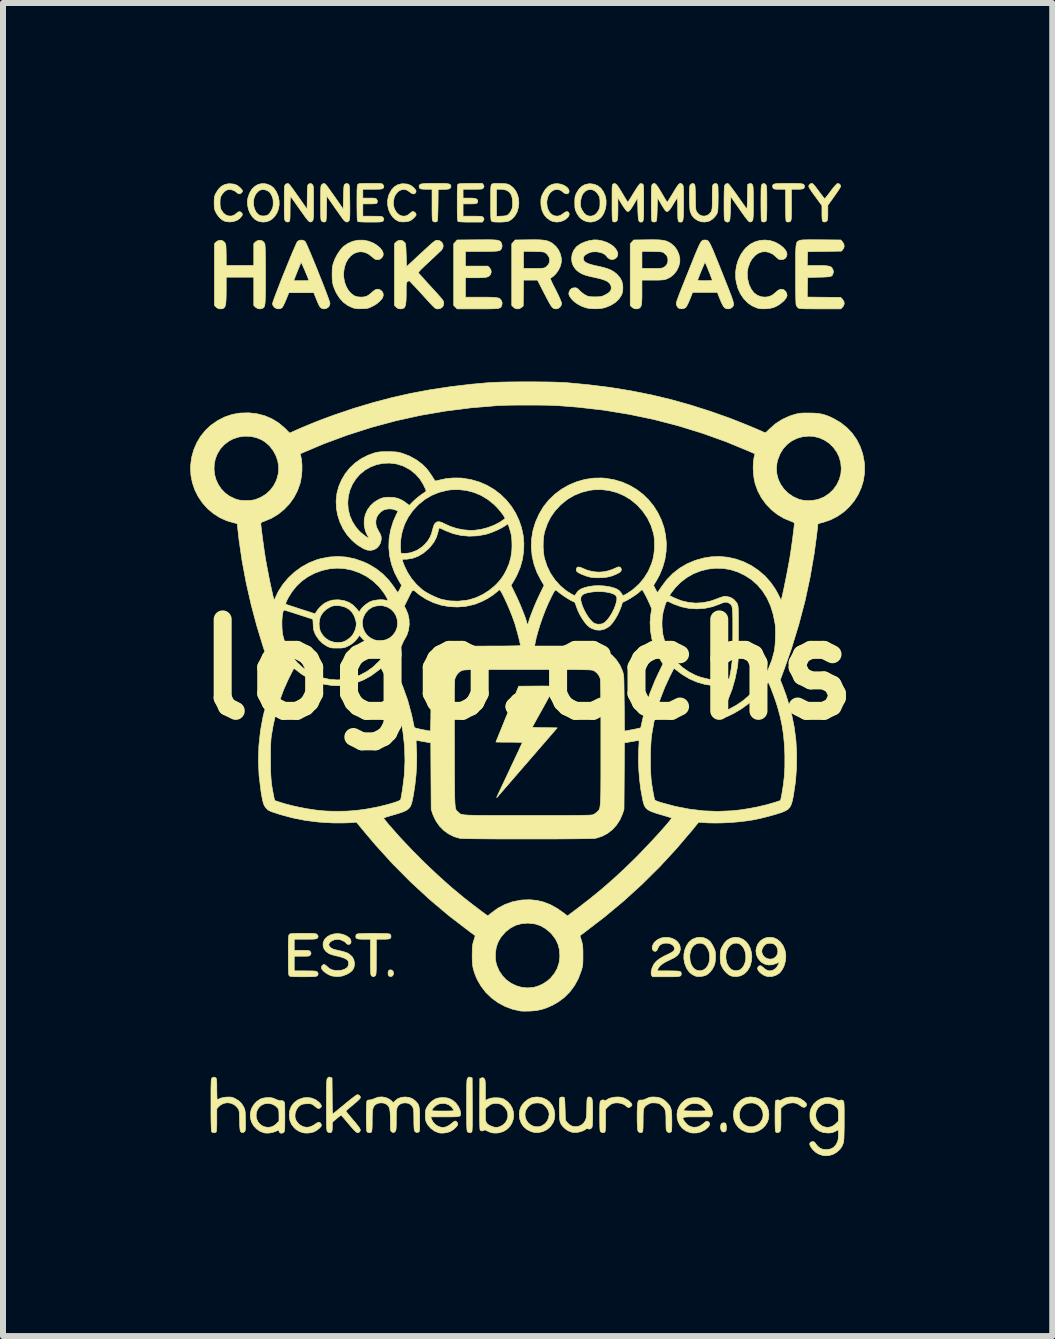
<source format=kicad_pcb>
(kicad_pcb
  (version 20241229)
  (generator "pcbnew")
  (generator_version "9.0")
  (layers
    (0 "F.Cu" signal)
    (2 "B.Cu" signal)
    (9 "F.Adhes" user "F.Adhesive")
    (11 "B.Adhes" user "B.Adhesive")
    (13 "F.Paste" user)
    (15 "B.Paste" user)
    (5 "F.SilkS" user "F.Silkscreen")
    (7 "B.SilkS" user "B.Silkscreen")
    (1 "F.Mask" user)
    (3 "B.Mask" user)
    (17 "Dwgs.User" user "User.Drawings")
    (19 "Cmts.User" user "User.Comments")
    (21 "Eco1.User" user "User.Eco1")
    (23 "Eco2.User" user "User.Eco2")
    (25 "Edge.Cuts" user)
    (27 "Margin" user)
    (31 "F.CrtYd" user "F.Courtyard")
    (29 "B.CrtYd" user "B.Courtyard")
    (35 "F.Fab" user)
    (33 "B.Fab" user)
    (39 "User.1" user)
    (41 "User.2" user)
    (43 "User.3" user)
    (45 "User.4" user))
  (footprint "logo.cchs"
    (layer "F.Cu")
    (at 5.74 8.104)
    (property "Reference" "logo.cchs" (at 0 0 0) (layer "F.SilkS") (effects (font (size 1.524 1.524) (thickness 0.3))))
    (attr through_hole)
    (fp_poly (pts (xy -2.261 5.009) (xy -2.241 5.03) (xy -2.239 5.034) (xy -2.232 5.064) (xy -2.24 5.091) (xy -2.258 5.11) (xy -2.282 5.117) (xy -2.308 5.109) (xy -2.32 5.092) (xy -2.325 5.065) (xy -2.323 5.037) (xy -2.314 5.015) (xy -2.311 5.012) (xy -2.287 5.003) (xy -2.261 5.009)) (stroke (width 0.01) (type solid)) (fill yes) (layer "F.SilkS"))
    (fp_poly (pts (xy 3.3 7.563) (xy 3.306 7.579) (xy 3.311 7.607) (xy 3.312 7.631) (xy 3.31 7.665) (xy 3.306 7.685) (xy 3.296 7.696) (xy 3.293 7.698) (xy 3.264 7.707) (xy 3.241 7.699) (xy 3.229 7.686) (xy 3.218 7.659) (xy 3.214 7.625) (xy 3.218 7.592) (xy 3.228 7.569) (xy 3.229 7.567) (xy 3.253 7.554) (xy 3.281 7.553) (xy 3.3 7.563)) (stroke (width 0.01) (type solid)) (fill yes) (layer "F.SilkS"))
    (fp_poly (pts (xy -0.951 6.795) (xy -0.923 6.805) (xy -0.921 7.248) (xy -0.92 7.363) (xy -0.92 7.46) (xy -0.921 7.539) (xy -0.921 7.602) (xy -0.923 7.648) (xy -0.925 7.681) (xy -0.927 7.699) (xy -0.929 7.704) (xy -0.95 7.716) (xy -0.977 7.715) (xy -1 7.703) (xy -1.001 7.702) (xy -1.004 7.697) (xy -1.007 7.687) (xy -1.01 7.671) (xy -1.012 7.648) (xy -1.013 7.616) (xy -1.015 7.572) (xy -1.015 7.516) (xy -1.016 7.445) (xy -1.016 7.358) (xy -1.016 7.259) (xy -1.016 7.156) (xy -1.016 7.071) (xy -1.015 7.002) (xy -1.015 6.947) (xy -1.014 6.904) (xy -1.012 6.872) (xy -1.011 6.849) (xy -1.008 6.832) (xy -1.005 6.821) (xy -1.001 6.813) (xy -0.997 6.808) (xy -0.981 6.792) (xy -0.964 6.791) (xy -0.951 6.795)) (stroke (width 0.01) (type solid)) (fill yes) (layer "F.SilkS"))
    (fp_poly (pts (xy 1.546 -1.701) (xy 1.56 -1.679) (xy 1.561 -1.655) (xy 1.556 -1.639) (xy 1.543 -1.625) (xy 1.518 -1.609) (xy 1.495 -1.596) (xy 1.451 -1.577) (xy 1.402 -1.558) (xy 1.368 -1.548) (xy 1.308 -1.536) (xy 1.238 -1.53) (xy 1.166 -1.528) (xy 1.098 -1.531) (xy 1.045 -1.538) (xy 0.977 -1.557) (xy 0.91 -1.582) (xy 0.851 -1.61) (xy 0.843 -1.615) (xy 0.819 -1.634) (xy 0.811 -1.656) (xy 0.811 -1.66) (xy 0.816 -1.69) (xy 0.833 -1.706) (xy 0.862 -1.707) (xy 0.903 -1.693) (xy 0.92 -1.685) (xy 0.984 -1.658) (xy 1.059 -1.637) (xy 1.135 -1.625) (xy 1.187 -1.622) (xy 1.258 -1.627) (xy 1.335 -1.642) (xy 1.408 -1.665) (xy 1.454 -1.685) (xy 1.485 -1.699) (xy 1.511 -1.708) (xy 1.522 -1.71) (xy 1.546 -1.701)) (stroke (width 0.01) (type solid)) (fill yes) (layer "F.SilkS"))
    (fp_poly (pts (xy 3.948 -8.094) (xy 3.966 -8.079) (xy 3.972 -8.073) (xy 3.976 -8.064) (xy 3.98 -8.052) (xy 3.982 -8.033) (xy 3.984 -8.006) (xy 3.985 -7.968) (xy 3.986 -7.917) (xy 3.986 -7.851) (xy 3.986 -7.772) (xy 3.986 -7.688) (xy 3.985 -7.622) (xy 3.984 -7.57) (xy 3.983 -7.532) (xy 3.981 -7.505) (xy 3.978 -7.487) (xy 3.975 -7.476) (xy 3.97 -7.469) (xy 3.947 -7.456) (xy 3.919 -7.456) (xy 3.9 -7.466) (xy 3.896 -7.475) (xy 3.893 -7.497) (xy 3.891 -7.532) (xy 3.89 -7.581) (xy 3.889 -7.647) (xy 3.888 -7.731) (xy 3.888 -7.772) (xy 3.888 -7.856) (xy 3.889 -7.922) (xy 3.889 -7.974) (xy 3.89 -8.012) (xy 3.892 -8.04) (xy 3.894 -8.058) (xy 3.898 -8.071) (xy 3.902 -8.078) (xy 3.906 -8.083) (xy 3.928 -8.097) (xy 3.948 -8.094)) (stroke (width 0.01) (type solid)) (fill yes) (layer "F.SilkS"))
    (fp_poly (pts (xy 4.427 -8.099) (xy 4.488 -8.098) (xy 4.534 -8.096) (xy 4.567 -8.092) (xy 4.589 -8.087) (xy 4.602 -8.079) (xy 4.609 -8.069) (xy 4.611 -8.055) (xy 4.611 -8.046) (xy 4.609 -8.027) (xy 4.599 -8.014) (xy 4.579 -8.006) (xy 4.546 -8.002) (xy 4.496 -8.001) (xy 4.492 -8.001) (xy 4.396 -8.001) (xy 4.396 -7.743) (xy 4.396 -7.663) (xy 4.396 -7.601) (xy 4.395 -7.555) (xy 4.393 -7.52) (xy 4.391 -7.497) (xy 4.387 -7.481) (xy 4.383 -7.472) (xy 4.381 -7.469) (xy 4.357 -7.456) (xy 4.329 -7.456) (xy 4.31 -7.466) (xy 4.306 -7.476) (xy 4.303 -7.498) (xy 4.301 -7.535) (xy 4.3 -7.586) (xy 4.299 -7.655) (xy 4.298 -7.739) (xy 4.298 -8.001) (xy 4.201 -8.001) (xy 4.156 -8.001) (xy 4.127 -8.003) (xy 4.108 -8.007) (xy 4.097 -8.013) (xy 4.09 -8.022) (xy 4.081 -8.043) (xy 4.081 -8.058) (xy 4.086 -8.071) (xy 4.094 -8.08) (xy 4.107 -8.087) (xy 4.127 -8.092) (xy 4.156 -8.096) (xy 4.197 -8.097) (xy 4.253 -8.098) (xy 4.325 -8.099) (xy 4.348 -8.099) (xy 4.427 -8.099)) (stroke (width 0.01) (type solid)) (fill yes) (layer "F.SilkS"))
    (fp_poly (pts (xy -2.501 4.397) (xy -2.437 4.398) (xy -2.383 4.399) (xy -2.34 4.401) (xy -2.311 4.404) (xy -2.301 4.406) (xy -2.282 4.419) (xy -2.276 4.443) (xy -2.278 4.463) (xy -2.285 4.477) (xy -2.301 4.487) (xy -2.328 4.491) (xy -2.37 4.494) (xy -2.41 4.494) (xy -2.52 4.494) (xy -2.52 4.79) (xy -2.521 4.875) (xy -2.521 4.942) (xy -2.521 4.993) (xy -2.523 5.032) (xy -2.524 5.059) (xy -2.527 5.078) (xy -2.53 5.091) (xy -2.534 5.098) (xy -2.538 5.103) (xy -2.564 5.118) (xy -2.588 5.113) (xy -2.602 5.101) (xy -2.607 5.094) (xy -2.61 5.083) (xy -2.613 5.066) (xy -2.615 5.041) (xy -2.617 5.006) (xy -2.617 4.958) (xy -2.618 4.895) (xy -2.618 4.816) (xy -2.618 4.789) (xy -2.618 4.494) (xy -2.729 4.494) (xy -2.782 4.493) (xy -2.819 4.49) (xy -2.843 4.484) (xy -2.856 4.474) (xy -2.862 4.458) (xy -2.862 4.443) (xy -2.857 4.419) (xy -2.837 4.406) (xy -2.821 4.403) (xy -2.788 4.401) (xy -2.741 4.399) (xy -2.684 4.397) (xy -2.618 4.396) (xy -2.569 4.396) (xy -2.501 4.397)) (stroke (width 0.01) (type solid)) (fill yes) (layer "F.SilkS"))
    (fp_poly (pts (xy -1.462 -8.099) (xy -1.403 -8.098) (xy -1.359 -8.096) (xy -1.327 -8.093) (xy -1.306 -8.088) (xy -1.292 -8.081) (xy -1.283 -8.072) (xy -1.278 -8.06) (xy -1.277 -8.058) (xy -1.278 -8.038) (xy -1.288 -8.021) (xy -1.298 -8.012) (xy -1.314 -8.005) (xy -1.338 -8.002) (xy -1.376 -7.999) (xy -1.397 -7.999) (xy -1.49 -7.996) (xy -1.492 -7.738) (xy -1.494 -7.646) (xy -1.496 -7.573) (xy -1.498 -7.519) (xy -1.502 -7.483) (xy -1.506 -7.467) (xy -1.506 -7.467) (xy -1.526 -7.456) (xy -1.553 -7.456) (xy -1.576 -7.469) (xy -1.577 -7.469) (xy -1.582 -7.476) (xy -1.585 -7.488) (xy -1.588 -7.507) (xy -1.59 -7.536) (xy -1.591 -7.576) (xy -1.592 -7.631) (xy -1.592 -7.701) (xy -1.592 -7.743) (xy -1.592 -8.001) (xy -1.688 -8.001) (xy -1.739 -8.002) (xy -1.773 -8.006) (xy -1.794 -8.013) (xy -1.804 -8.026) (xy -1.807 -8.045) (xy -1.807 -8.046) (xy -1.806 -8.062) (xy -1.8 -8.074) (xy -1.788 -8.083) (xy -1.767 -8.09) (xy -1.735 -8.094) (xy -1.691 -8.097) (xy -1.632 -8.098) (xy -1.555 -8.099) (xy -1.538 -8.099) (xy -1.462 -8.099)) (stroke (width 0.01) (type solid)) (fill yes) (layer "F.SilkS"))
    (fp_poly (pts (xy 4.48 7.128) (xy 4.543 7.149) (xy 4.598 7.186) (xy 4.608 7.194) (xy 4.633 7.218) (xy 4.646 7.236) (xy 4.648 7.251) (xy 4.647 7.261) (xy 4.632 7.285) (xy 4.608 7.295) (xy 4.579 7.289) (xy 4.566 7.282) (xy 4.523 7.252) (xy 4.49 7.234) (xy 4.46 7.224) (xy 4.429 7.22) (xy 4.413 7.22) (xy 4.347 7.227) (xy 4.291 7.25) (xy 4.252 7.28) (xy 4.22 7.311) (xy 4.22 7.493) (xy 4.22 7.56) (xy 4.219 7.61) (xy 4.217 7.646) (xy 4.214 7.67) (xy 4.21 7.687) (xy 4.205 7.696) (xy 4.183 7.713) (xy 4.157 7.717) (xy 4.134 7.706) (xy 4.13 7.696) (xy 4.127 7.673) (xy 4.125 7.636) (xy 4.124 7.583) (xy 4.123 7.513) (xy 4.123 7.444) (xy 4.123 7.36) (xy 4.124 7.294) (xy 4.125 7.244) (xy 4.128 7.21) (xy 4.131 7.19) (xy 4.134 7.182) (xy 4.153 7.173) (xy 4.176 7.171) (xy 4.194 7.178) (xy 4.196 7.181) (xy 4.208 7.183) (xy 4.229 7.171) (xy 4.23 7.171) (xy 4.289 7.14) (xy 4.36 7.124) (xy 4.405 7.122) (xy 4.48 7.128)) (stroke (width 0.01) (type solid)) (fill yes) (layer "F.SilkS"))
    (fp_poly (pts (xy 0.544 -8.088) (xy 0.596 -8.071) (xy 0.641 -8.046) (xy 0.674 -8.014) (xy 0.688 -7.988) (xy 0.692 -7.958) (xy 0.681 -7.936) (xy 0.661 -7.925) (xy 0.634 -7.926) (xy 0.605 -7.941) (xy 0.594 -7.951) (xy 0.552 -7.983) (xy 0.508 -7.997) (xy 0.463 -7.996) (xy 0.421 -7.979) (xy 0.383 -7.95) (xy 0.352 -7.908) (xy 0.331 -7.856) (xy 0.32 -7.795) (xy 0.32 -7.776) (xy 0.326 -7.71) (xy 0.345 -7.653) (xy 0.374 -7.608) (xy 0.411 -7.575) (xy 0.454 -7.557) (xy 0.5 -7.553) (xy 0.548 -7.566) (xy 0.593 -7.596) (xy 0.629 -7.621) (xy 0.657 -7.629) (xy 0.679 -7.62) (xy 0.682 -7.618) (xy 0.693 -7.594) (xy 0.689 -7.564) (xy 0.67 -7.533) (xy 0.662 -7.525) (xy 0.607 -7.484) (xy 0.545 -7.461) (xy 0.481 -7.454) (xy 0.416 -7.466) (xy 0.38 -7.481) (xy 0.321 -7.523) (xy 0.274 -7.578) (xy 0.242 -7.646) (xy 0.224 -7.724) (xy 0.221 -7.783) (xy 0.222 -7.825) (xy 0.226 -7.857) (xy 0.235 -7.887) (xy 0.251 -7.923) (xy 0.258 -7.937) (xy 0.297 -8.001) (xy 0.343 -8.047) (xy 0.398 -8.078) (xy 0.437 -8.09) (xy 0.49 -8.095) (xy 0.544 -8.088)) (stroke (width 0.01) (type solid)) (fill yes) (layer "F.SilkS"))
    (fp_poly (pts (xy 4.744 -8.096) (xy 4.758 -8.086) (xy 4.776 -8.066) (xy 4.801 -8.036) (xy 4.834 -7.992) (xy 4.851 -7.969) (xy 4.883 -7.926) (xy 4.911 -7.89) (xy 4.933 -7.862) (xy 4.947 -7.846) (xy 4.951 -7.843) (xy 4.959 -7.851) (xy 4.976 -7.873) (xy 5.001 -7.904) (xy 5.031 -7.943) (xy 5.051 -7.97) (xy 5.093 -8.025) (xy 5.127 -8.064) (xy 5.151 -8.089) (xy 5.164 -8.097) (xy 5.189 -8.092) (xy 5.209 -8.074) (xy 5.217 -8.051) (xy 5.211 -8.037) (xy 5.196 -8.011) (xy 5.173 -7.975) (xy 5.143 -7.932) (xy 5.109 -7.884) (xy 5.002 -7.734) (xy 5.002 -7.61) (xy 5.002 -7.558) (xy 5 -7.521) (xy 4.998 -7.497) (xy 4.993 -7.482) (xy 4.986 -7.472) (xy 4.984 -7.47) (xy 4.958 -7.456) (xy 4.931 -7.457) (xy 4.916 -7.466) (xy 4.91 -7.481) (xy 4.906 -7.516) (xy 4.904 -7.569) (xy 4.904 -7.603) (xy 4.904 -7.728) (xy 4.803 -7.867) (xy 4.761 -7.924) (xy 4.73 -7.968) (xy 4.708 -8.001) (xy 4.694 -8.024) (xy 4.686 -8.041) (xy 4.684 -8.053) (xy 4.687 -8.063) (xy 4.692 -8.073) (xy 4.694 -8.075) (xy 4.715 -8.094) (xy 4.733 -8.099) (xy 4.744 -8.096)) (stroke (width 0.01) (type solid)) (fill yes) (layer "F.SilkS"))
    (fp_poly (pts (xy 3.798 7.131) (xy 3.866 7.158) (xy 3.926 7.2) (xy 3.975 7.257) (xy 3.995 7.293) (xy 4.014 7.351) (xy 4.02 7.417) (xy 4.014 7.483) (xy 3.997 7.537) (xy 3.96 7.598) (xy 3.909 7.649) (xy 3.849 7.686) (xy 3.783 7.709) (xy 3.715 7.717) (xy 3.647 7.707) (xy 3.637 7.704) (xy 3.567 7.672) (xy 3.51 7.626) (xy 3.467 7.569) (xy 3.439 7.502) (xy 3.429 7.428) (xy 3.429 7.424) (xy 3.429 7.421) (xy 3.527 7.421) (xy 3.535 7.48) (xy 3.56 7.532) (xy 3.596 7.573) (xy 3.643 7.602) (xy 3.696 7.618) (xy 3.752 7.618) (xy 3.805 7.602) (xy 3.837 7.583) (xy 3.868 7.557) (xy 3.876 7.548) (xy 3.907 7.499) (xy 3.922 7.446) (xy 3.922 7.391) (xy 3.907 7.34) (xy 3.88 7.293) (xy 3.841 7.256) (xy 3.791 7.231) (xy 3.745 7.221) (xy 3.681 7.225) (xy 3.625 7.244) (xy 3.58 7.278) (xy 3.547 7.325) (xy 3.53 7.383) (xy 3.527 7.421) (xy 3.429 7.421) (xy 3.434 7.355) (xy 3.452 7.297) (xy 3.484 7.245) (xy 3.516 7.209) (xy 3.57 7.164) (xy 3.627 7.136) (xy 3.69 7.123) (xy 3.723 7.122) (xy 3.798 7.131)) (stroke (width 0.01) (type solid)) (fill yes) (layer "F.SilkS"))
    (fp_poly (pts (xy 0.174 7.123) (xy 0.249 7.137) (xy 0.315 7.166) (xy 0.37 7.21) (xy 0.413 7.266) (xy 0.441 7.333) (xy 0.453 7.407) (xy 0.453 7.42) (xy 0.446 7.49) (xy 0.424 7.551) (xy 0.385 7.609) (xy 0.375 7.62) (xy 0.321 7.666) (xy 0.257 7.698) (xy 0.188 7.714) (xy 0.118 7.714) (xy 0.062 7.7) (xy -0.009 7.666) (xy -0.065 7.618) (xy -0.106 7.559) (xy -0.131 7.489) (xy -0.139 7.415) (xy -0.137 7.396) (xy -0.043 7.396) (xy -0.041 7.448) (xy -0.026 7.498) (xy 0.001 7.542) (xy 0.037 7.578) (xy 0.082 7.604) (xy 0.132 7.618) (xy 0.187 7.618) (xy 0.24 7.602) (xy 0.287 7.57) (xy 0.325 7.526) (xy 0.349 7.474) (xy 0.359 7.418) (xy 0.357 7.387) (xy 0.338 7.332) (xy 0.3 7.281) (xy 0.271 7.255) (xy 0.245 7.237) (xy 0.218 7.227) (xy 0.181 7.222) (xy 0.172 7.221) (xy 0.11 7.225) (xy 0.058 7.244) (xy 0.013 7.281) (xy 0.002 7.294) (xy -0.029 7.344) (xy -0.043 7.396) (xy -0.137 7.396) (xy -0.132 7.344) (xy -0.108 7.281) (xy -0.067 7.224) (xy -0.043 7.201) (xy 0.014 7.157) (xy 0.074 7.132) (xy 0.14 7.123) (xy 0.174 7.123)) (stroke (width 0.01) (type solid)) (fill yes) (layer "F.SilkS"))
    (fp_poly (pts (xy -2.002 -8.087) (xy -1.949 -8.067) (xy -1.902 -8.032) (xy -1.887 -8.016) (xy -1.866 -7.99) (xy -1.858 -7.972) (xy -1.86 -7.956) (xy -1.866 -7.942) (xy -1.884 -7.925) (xy -1.911 -7.925) (xy -1.942 -7.939) (xy -1.964 -7.956) (xy -2.009 -7.986) (xy -2.056 -7.998) (xy -2.103 -7.992) (xy -2.146 -7.971) (xy -2.184 -7.935) (xy -2.214 -7.885) (xy -2.224 -7.857) (xy -2.235 -7.795) (xy -2.234 -7.736) (xy -2.221 -7.682) (xy -2.198 -7.636) (xy -2.168 -7.598) (xy -2.131 -7.57) (xy -2.09 -7.555) (xy -2.047 -7.553) (xy -2.004 -7.566) (xy -1.961 -7.597) (xy -1.955 -7.604) (xy -1.933 -7.622) (xy -1.911 -7.63) (xy -1.91 -7.63) (xy -1.885 -7.622) (xy -1.865 -7.602) (xy -1.856 -7.578) (xy -1.856 -7.578) (xy -1.864 -7.56) (xy -1.883 -7.536) (xy -1.909 -7.511) (xy -1.938 -7.488) (xy -1.956 -7.477) (xy -1.991 -7.466) (xy -2.036 -7.459) (xy -2.084 -7.457) (xy -2.127 -7.461) (xy -2.148 -7.467) (xy -2.205 -7.498) (xy -2.253 -7.545) (xy -2.291 -7.603) (xy -2.318 -7.669) (xy -2.332 -7.74) (xy -2.333 -7.813) (xy -2.319 -7.885) (xy -2.304 -7.924) (xy -2.265 -7.992) (xy -2.22 -8.042) (xy -2.167 -8.074) (xy -2.105 -8.091) (xy -2.066 -8.093) (xy -2.002 -8.087)) (stroke (width 0.01) (type solid)) (fill yes) (layer "F.SilkS"))
    (fp_poly (pts (xy 1.543 7.124) (xy 1.58 7.131) (xy 1.618 7.145) (xy 1.627 7.15) (xy 1.666 7.172) (xy 1.7 7.198) (xy 1.725 7.224) (xy 1.738 7.247) (xy 1.739 7.253) (xy 1.731 7.271) (xy 1.711 7.288) (xy 1.688 7.297) (xy 1.683 7.298) (xy 1.663 7.291) (xy 1.645 7.277) (xy 1.608 7.248) (xy 1.559 7.229) (xy 1.505 7.22) (xy 1.45 7.222) (xy 1.401 7.237) (xy 1.398 7.238) (xy 1.368 7.258) (xy 1.337 7.285) (xy 1.33 7.292) (xy 1.299 7.328) (xy 1.299 7.511) (xy 1.299 7.584) (xy 1.297 7.638) (xy 1.295 7.676) (xy 1.291 7.699) (xy 1.288 7.706) (xy 1.265 7.717) (xy 1.237 7.714) (xy 1.217 7.702) (xy 1.212 7.695) (xy 1.208 7.683) (xy 1.206 7.663) (xy 1.204 7.634) (xy 1.203 7.592) (xy 1.202 7.536) (xy 1.202 7.464) (xy 1.202 7.444) (xy 1.202 7.367) (xy 1.202 7.308) (xy 1.203 7.263) (xy 1.205 7.231) (xy 1.208 7.209) (xy 1.211 7.196) (xy 1.216 7.187) (xy 1.217 7.186) (xy 1.237 7.174) (xy 1.262 7.171) (xy 1.281 7.177) (xy 1.285 7.181) (xy 1.296 7.184) (xy 1.309 7.176) (xy 1.344 7.153) (xy 1.393 7.136) (xy 1.449 7.125) (xy 1.497 7.122) (xy 1.543 7.124)) (stroke (width 0.01) (type solid)) (fill yes) (layer "F.SilkS"))
    (fp_poly (pts (xy -5.079 -7.142) (xy -5.048 -7.117) (xy -5.031 -7.086) (xy -5.027 -7.068) (xy -5.025 -7.035) (xy -5.023 -6.99) (xy -5.022 -6.937) (xy -5.021 -6.896) (xy -5.021 -6.731) (xy -4.562 -6.731) (xy -4.562 -7.094) (xy -4.534 -7.123) (xy -4.499 -7.145) (xy -4.462 -7.152) (xy -4.425 -7.143) (xy -4.395 -7.121) (xy -4.377 -7.09) (xy -4.375 -7.072) (xy -4.372 -7.034) (xy -4.37 -6.977) (xy -4.369 -6.901) (xy -4.368 -6.806) (xy -4.367 -6.693) (xy -4.367 -6.578) (xy -4.367 -6.462) (xy -4.367 -6.364) (xy -4.368 -6.283) (xy -4.369 -6.216) (xy -4.371 -6.162) (xy -4.373 -6.12) (xy -4.376 -6.088) (xy -4.381 -6.064) (xy -4.386 -6.047) (xy -4.393 -6.035) (xy -4.401 -6.027) (xy -4.411 -6.02) (xy -4.414 -6.019) (xy -4.454 -6.007) (xy -4.496 -6.013) (xy -4.532 -6.035) (xy -4.534 -6.037) (xy -4.562 -6.065) (xy -4.562 -6.536) (xy -5.021 -6.536) (xy -5.021 -6.315) (xy -5.022 -6.23) (xy -5.024 -6.161) (xy -5.028 -6.108) (xy -5.034 -6.069) (xy -5.044 -6.042) (xy -5.059 -6.024) (xy -5.077 -6.013) (xy -5.101 -6.009) (xy -5.124 -6.008) (xy -5.157 -6.014) (xy -5.185 -6.034) (xy -5.188 -6.037) (xy -5.217 -6.065) (xy -5.217 -7.094) (xy -5.188 -7.123) (xy -5.153 -7.146) (xy -5.115 -7.152) (xy -5.079 -7.142)) (stroke (width 0.01) (type solid)) (fill yes) (layer "F.SilkS"))
    (fp_poly (pts (xy -4.372 -8.093) (xy -4.337 -8.085) (xy -4.277 -8.06) (xy -4.228 -8.02) (xy -4.189 -7.964) (xy -4.184 -7.955) (xy -4.154 -7.884) (xy -4.14 -7.811) (xy -4.139 -7.741) (xy -4.15 -7.674) (xy -4.173 -7.612) (xy -4.206 -7.558) (xy -4.247 -7.513) (xy -4.296 -7.479) (xy -4.352 -7.459) (xy -4.413 -7.454) (xy -4.477 -7.466) (xy -4.489 -7.47) (xy -4.541 -7.498) (xy -4.586 -7.543) (xy -4.623 -7.599) (xy -4.65 -7.663) (xy -4.665 -7.733) (xy -4.667 -7.785) (xy -4.567 -7.785) (xy -4.563 -7.724) (xy -4.547 -7.668) (xy -4.522 -7.618) (xy -4.487 -7.581) (xy -4.461 -7.565) (xy -4.422 -7.556) (xy -4.377 -7.557) (xy -4.336 -7.569) (xy -4.319 -7.578) (xy -4.301 -7.598) (xy -4.28 -7.627) (xy -4.266 -7.651) (xy -4.25 -7.686) (xy -4.241 -7.718) (xy -4.238 -7.757) (xy -4.238 -7.776) (xy -4.24 -7.82) (xy -4.246 -7.854) (xy -4.259 -7.888) (xy -4.266 -7.902) (xy -4.286 -7.937) (xy -4.307 -7.96) (xy -4.336 -7.978) (xy -4.34 -7.98) (xy -4.391 -7.996) (xy -4.439 -7.993) (xy -4.482 -7.972) (xy -4.52 -7.933) (xy -4.539 -7.901) (xy -4.56 -7.845) (xy -4.567 -7.785) (xy -4.667 -7.785) (xy -4.668 -7.803) (xy -4.66 -7.856) (xy -4.634 -7.932) (xy -4.598 -7.995) (xy -4.552 -8.043) (xy -4.498 -8.077) (xy -4.437 -8.094) (xy -4.372 -8.093)) (stroke (width 0.01) (type solid)) (fill yes) (layer "F.SilkS"))
    (fp_poly (pts (xy -3.596 7.141) (xy -3.531 7.168) (xy -3.477 7.209) (xy -3.447 7.243) (xy -3.435 7.271) (xy -3.441 7.293) (xy -3.464 7.31) (xy -3.476 7.314) (xy -3.487 7.315) (xy -3.501 7.309) (xy -3.521 7.295) (xy -3.552 7.271) (xy -3.561 7.263) (xy -3.582 7.248) (xy -3.602 7.239) (xy -3.626 7.235) (xy -3.662 7.234) (xy -3.673 7.234) (xy -3.734 7.239) (xy -3.78 7.255) (xy -3.817 7.284) (xy -3.848 7.328) (xy -3.854 7.341) (xy -3.874 7.401) (xy -3.875 7.459) (xy -3.857 7.514) (xy -3.821 7.563) (xy -3.792 7.588) (xy -3.739 7.617) (xy -3.683 7.628) (xy -3.625 7.62) (xy -3.566 7.593) (xy -3.542 7.576) (xy -3.514 7.557) (xy -3.49 7.545) (xy -3.478 7.542) (xy -3.457 7.55) (xy -3.441 7.571) (xy -3.435 7.595) (xy -3.436 7.601) (xy -3.448 7.621) (xy -3.472 7.645) (xy -3.504 7.671) (xy -3.538 7.692) (xy -3.56 7.703) (xy -3.604 7.716) (xy -3.657 7.723) (xy -3.709 7.723) (xy -3.753 7.715) (xy -3.756 7.714) (xy -3.811 7.692) (xy -3.855 7.665) (xy -3.89 7.633) (xy -3.933 7.577) (xy -3.96 7.514) (xy -3.97 7.443) (xy -3.971 7.425) (xy -3.963 7.348) (xy -3.938 7.281) (xy -3.897 7.225) (xy -3.839 7.178) (xy -3.808 7.161) (xy -3.738 7.137) (xy -3.667 7.13) (xy -3.596 7.141)) (stroke (width 0.01) (type solid)) (fill yes) (layer "F.SilkS"))
    (fp_poly (pts (xy 3.532 4.47) (xy 3.59 4.496) (xy 3.64 4.535) (xy 3.68 4.586) (xy 3.71 4.646) (xy 3.729 4.714) (xy 3.736 4.786) (xy 3.729 4.861) (xy 3.708 4.937) (xy 3.698 4.959) (xy 3.66 5.022) (xy 3.611 5.07) (xy 3.553 5.102) (xy 3.489 5.116) (xy 3.42 5.112) (xy 3.397 5.107) (xy 3.356 5.088) (xy 3.313 5.054) (xy 3.274 5.011) (xy 3.242 4.961) (xy 3.238 4.951) (xy 3.224 4.921) (xy 3.216 4.894) (xy 3.212 4.866) (xy 3.21 4.829) (xy 3.209 4.812) (xy 3.303 4.812) (xy 3.315 4.877) (xy 3.322 4.897) (xy 3.35 4.951) (xy 3.386 4.991) (xy 3.43 5.014) (xy 3.477 5.02) (xy 3.527 5.008) (xy 3.533 5.006) (xy 3.573 4.976) (xy 3.603 4.933) (xy 3.624 4.881) (xy 3.635 4.822) (xy 3.635 4.761) (xy 3.624 4.701) (xy 3.602 4.645) (xy 3.568 4.599) (xy 3.568 4.599) (xy 3.527 4.569) (xy 3.48 4.558) (xy 3.43 4.564) (xy 3.422 4.567) (xy 3.378 4.594) (xy 3.343 4.635) (xy 3.318 4.688) (xy 3.304 4.748) (xy 3.303 4.812) (xy 3.209 4.812) (xy 3.209 4.787) (xy 3.21 4.738) (xy 3.212 4.702) (xy 3.217 4.675) (xy 3.226 4.649) (xy 3.235 4.63) (xy 3.275 4.562) (xy 3.323 4.511) (xy 3.38 4.478) (xy 3.443 4.462) (xy 3.467 4.461) (xy 3.532 4.47)) (stroke (width 0.01) (type solid)) (fill yes) (layer "F.SilkS"))
    (fp_poly (pts (xy 2.938 4.47) (xy 2.994 4.494) (xy 3.041 4.532) (xy 3.044 4.536) (xy 3.062 4.561) (xy 3.083 4.596) (xy 3.101 4.631) (xy 3.115 4.663) (xy 3.124 4.69) (xy 3.129 4.719) (xy 3.13 4.756) (xy 3.13 4.787) (xy 3.129 4.841) (xy 3.123 4.883) (xy 3.114 4.919) (xy 3.108 4.934) (xy 3.078 4.993) (xy 3.038 5.044) (xy 2.992 5.082) (xy 2.977 5.091) (xy 2.939 5.105) (xy 2.893 5.113) (xy 2.847 5.116) (xy 2.809 5.112) (xy 2.804 5.111) (xy 2.747 5.085) (xy 2.701 5.049) (xy 2.662 4.998) (xy 2.643 4.964) (xy 2.616 4.892) (xy 2.603 4.816) (xy 2.604 4.787) (xy 2.702 4.787) (xy 2.708 4.856) (xy 2.726 4.915) (xy 2.754 4.962) (xy 2.791 4.997) (xy 2.833 5.016) (xy 2.881 5.019) (xy 2.925 5.008) (xy 2.967 4.98) (xy 2.999 4.939) (xy 3.022 4.887) (xy 3.033 4.827) (xy 3.034 4.764) (xy 3.022 4.701) (xy 3.002 4.652) (xy 2.971 4.604) (xy 2.934 4.574) (xy 2.888 4.56) (xy 2.867 4.559) (xy 2.817 4.568) (xy 2.774 4.594) (xy 2.74 4.634) (xy 2.716 4.687) (xy 2.703 4.751) (xy 2.702 4.787) (xy 2.604 4.787) (xy 2.605 4.74) (xy 2.62 4.668) (xy 2.648 4.601) (xy 2.687 4.544) (xy 2.738 4.5) (xy 2.756 4.49) (xy 2.815 4.467) (xy 2.877 4.461) (xy 2.938 4.47)) (stroke (width 0.01) (type solid)) (fill yes) (layer "F.SilkS"))
    (fp_poly (pts (xy -4.893 -8.087) (xy -4.84 -8.067) (xy -4.794 -8.032) (xy -4.779 -8.016) (xy -4.758 -7.992) (xy -4.75 -7.976) (xy -4.752 -7.962) (xy -4.763 -7.945) (xy -4.763 -7.945) (xy -4.786 -7.926) (xy -4.813 -7.925) (xy -4.839 -7.941) (xy -4.842 -7.944) (xy -4.862 -7.961) (xy -4.891 -7.978) (xy -4.903 -7.984) (xy -4.953 -7.997) (xy -5.001 -7.992) (xy -5.045 -7.968) (xy -5.084 -7.925) (xy -5.097 -7.905) (xy -5.111 -7.88) (xy -5.119 -7.856) (xy -5.123 -7.827) (xy -5.124 -7.787) (xy -5.124 -7.776) (xy -5.123 -7.73) (xy -5.118 -7.696) (xy -5.11 -7.669) (xy -5.102 -7.653) (xy -5.068 -7.605) (xy -5.027 -7.572) (xy -4.981 -7.556) (xy -4.933 -7.555) (xy -4.887 -7.571) (xy -4.851 -7.6) (xy -4.82 -7.623) (xy -4.793 -7.628) (xy -4.769 -7.615) (xy -4.762 -7.606) (xy -4.752 -7.587) (xy -4.753 -7.572) (xy -4.762 -7.555) (xy -4.798 -7.513) (xy -4.846 -7.481) (xy -4.904 -7.462) (xy -4.965 -7.456) (xy -5.028 -7.464) (xy -5.048 -7.47) (xy -5.096 -7.496) (xy -5.142 -7.539) (xy -5.181 -7.593) (xy -5.193 -7.616) (xy -5.206 -7.644) (xy -5.215 -7.669) (xy -5.219 -7.696) (xy -5.221 -7.731) (xy -5.222 -7.776) (xy -5.221 -7.824) (xy -5.219 -7.858) (xy -5.214 -7.884) (xy -5.206 -7.908) (xy -5.194 -7.933) (xy -5.153 -7.998) (xy -5.107 -8.046) (xy -5.053 -8.077) (xy -4.991 -8.092) (xy -4.958 -8.093) (xy -4.893 -8.087)) (stroke (width 0.01) (type solid)) (fill yes) (layer "F.SilkS"))
    (fp_poly (pts (xy -0.737 -8.074) (xy -0.726 -8.055) (xy -0.728 -8.04) (xy -0.737 -8.025) (xy -0.743 -8.016) (xy -0.751 -8.01) (xy -0.762 -8.006) (xy -0.781 -8.003) (xy -0.81 -8.002) (xy -0.853 -8.001) (xy -0.912 -8.001) (xy -1.075 -8.001) (xy -1.075 -7.854) (xy -0.974 -7.854) (xy -0.916 -7.853) (xy -0.874 -7.847) (xy -0.848 -7.837) (xy -0.834 -7.821) (xy -0.83 -7.802) (xy -0.833 -7.784) (xy -0.841 -7.771) (xy -0.858 -7.763) (xy -0.888 -7.759) (xy -0.933 -7.757) (xy -0.964 -7.757) (xy -1.075 -7.757) (xy -1.075 -7.552) (xy -0.914 -7.552) (xy -0.854 -7.552) (xy -0.811 -7.551) (xy -0.782 -7.55) (xy -0.763 -7.547) (xy -0.751 -7.543) (xy -0.743 -7.536) (xy -0.737 -7.527) (xy -0.737 -7.527) (xy -0.726 -7.508) (xy -0.728 -7.493) (xy -0.737 -7.478) (xy -0.753 -7.454) (xy -0.951 -7.454) (xy -1.026 -7.454) (xy -1.084 -7.456) (xy -1.124 -7.458) (xy -1.149 -7.461) (xy -1.161 -7.466) (xy -1.164 -7.475) (xy -1.167 -7.496) (xy -1.169 -7.531) (xy -1.171 -7.581) (xy -1.172 -7.646) (xy -1.172 -7.729) (xy -1.172 -7.778) (xy -1.172 -7.863) (xy -1.172 -7.93) (xy -1.171 -7.982) (xy -1.17 -8.02) (xy -1.169 -8.048) (xy -1.167 -8.066) (xy -1.164 -8.078) (xy -1.159 -8.084) (xy -1.154 -8.088) (xy -1.153 -8.089) (xy -1.137 -8.092) (xy -1.104 -8.095) (xy -1.056 -8.097) (xy -0.997 -8.098) (xy -0.944 -8.099) (xy -0.753 -8.099) (xy -0.737 -8.074)) (stroke (width 0.01) (type solid)) (fill yes) (layer "F.SilkS"))
    (fp_poly (pts (xy 1.112 -8.084) (xy 1.172 -8.058) (xy 1.224 -8.015) (xy 1.265 -7.956) (xy 1.295 -7.886) (xy 1.308 -7.816) (xy 1.307 -7.74) (xy 1.293 -7.664) (xy 1.266 -7.594) (xy 1.228 -7.535) (xy 1.227 -7.535) (xy 1.185 -7.498) (xy 1.131 -7.471) (xy 1.072 -7.456) (xy 1.045 -7.454) (xy 0.991 -7.46) (xy 0.94 -7.479) (xy 0.893 -7.509) (xy 0.855 -7.547) (xy 0.822 -7.598) (xy 0.812 -7.62) (xy 0.8 -7.647) (xy 0.792 -7.673) (xy 0.788 -7.702) (xy 0.787 -7.742) (xy 0.787 -7.749) (xy 0.88 -7.749) (xy 0.882 -7.719) (xy 0.89 -7.692) (xy 0.906 -7.657) (xy 0.907 -7.656) (xy 0.94 -7.605) (xy 0.979 -7.57) (xy 1.024 -7.554) (xy 1.071 -7.555) (xy 1.114 -7.572) (xy 1.15 -7.602) (xy 1.179 -7.643) (xy 1.193 -7.671) (xy 1.201 -7.696) (xy 1.205 -7.726) (xy 1.206 -7.767) (xy 1.206 -7.776) (xy 1.205 -7.826) (xy 1.2 -7.862) (xy 1.19 -7.89) (xy 1.188 -7.894) (xy 1.153 -7.945) (xy 1.111 -7.98) (xy 1.065 -7.996) (xy 1.014 -7.993) (xy 1.008 -7.992) (xy 0.963 -7.97) (xy 0.926 -7.932) (xy 0.899 -7.879) (xy 0.884 -7.814) (xy 0.881 -7.788) (xy 0.88 -7.749) (xy 0.787 -7.749) (xy 0.786 -7.776) (xy 0.787 -7.824) (xy 0.789 -7.859) (xy 0.794 -7.886) (xy 0.803 -7.91) (xy 0.814 -7.936) (xy 0.854 -8.001) (xy 0.901 -8.048) (xy 0.955 -8.078) (xy 1.019 -8.092) (xy 1.045 -8.093) (xy 1.112 -8.084)) (stroke (width 0.01) (type solid)) (fill yes) (layer "F.SilkS"))
    (fp_poly (pts (xy 2.153 -7.159) (xy 2.211 -7.156) (xy 2.258 -7.15) (xy 2.297 -7.142) (xy 2.331 -7.13) (xy 2.362 -7.114) (xy 2.392 -7.095) (xy 2.447 -7.047) (xy 2.49 -6.987) (xy 2.52 -6.919) (xy 2.536 -6.847) (xy 2.536 -6.785) (xy 2.517 -6.712) (xy 2.484 -6.645) (xy 2.437 -6.585) (xy 2.379 -6.537) (xy 2.322 -6.508) (xy 2.3 -6.5) (xy 2.277 -6.495) (xy 2.251 -6.491) (xy 2.218 -6.489) (xy 2.174 -6.487) (xy 2.116 -6.487) (xy 2.085 -6.487) (xy 1.905 -6.487) (xy 1.905 -6.286) (xy 1.905 -6.21) (xy 1.903 -6.15) (xy 1.9 -6.105) (xy 1.895 -6.073) (xy 1.888 -6.05) (xy 1.877 -6.034) (xy 1.864 -6.022) (xy 1.857 -6.018) (xy 1.817 -6.007) (xy 1.776 -6.013) (xy 1.741 -6.034) (xy 1.738 -6.037) (xy 1.71 -6.065) (xy 1.71 -6.682) (xy 1.905 -6.682) (xy 2.074 -6.682) (xy 2.136 -6.682) (xy 2.182 -6.683) (xy 2.216 -6.685) (xy 2.239 -6.688) (xy 2.256 -6.693) (xy 2.27 -6.699) (xy 2.273 -6.701) (xy 2.311 -6.733) (xy 2.333 -6.775) (xy 2.339 -6.819) (xy 2.333 -6.864) (xy 2.313 -6.903) (xy 2.275 -6.938) (xy 2.272 -6.94) (xy 2.261 -6.948) (xy 2.247 -6.953) (xy 2.228 -6.957) (xy 2.2 -6.96) (xy 2.16 -6.962) (xy 2.105 -6.963) (xy 2.075 -6.964) (xy 1.905 -6.967) (xy 1.905 -6.682) (xy 1.71 -6.682) (xy 1.71 -7.092) (xy 1.738 -7.124) (xy 1.767 -7.156) (xy 1.992 -7.159) (xy 2.081 -7.16) (xy 2.153 -7.159)) (stroke (width 0.01) (type solid)) (fill yes) (layer "F.SilkS"))
    (fp_poly (pts (xy -0.606 -7.159) (xy -0.556 -7.157) (xy -0.518 -7.154) (xy -0.49 -7.149) (xy -0.47 -7.141) (xy -0.455 -7.132) (xy -0.445 -7.12) (xy -0.437 -7.105) (xy -0.434 -7.097) (xy -0.425 -7.066) (xy -0.427 -7.039) (xy -0.43 -7.029) (xy -0.436 -7.011) (xy -0.444 -6.997) (xy -0.455 -6.987) (xy -0.471 -6.978) (xy -0.496 -6.973) (xy -0.53 -6.969) (xy -0.576 -6.967) (xy -0.636 -6.966) (xy -0.712 -6.965) (xy -0.762 -6.965) (xy -1.036 -6.965) (xy -1.036 -6.721) (xy -0.663 -6.721) (xy -0.634 -6.693) (xy -0.611 -6.658) (xy -0.606 -6.619) (xy -0.618 -6.582) (xy -0.622 -6.576) (xy -0.636 -6.559) (xy -0.655 -6.546) (xy -0.68 -6.537) (xy -0.715 -6.531) (xy -0.763 -6.528) (xy -0.825 -6.526) (xy -0.869 -6.526) (xy -1.036 -6.526) (xy -1.036 -6.203) (xy -0.779 -6.203) (xy -0.692 -6.203) (xy -0.622 -6.202) (xy -0.568 -6.199) (xy -0.526 -6.196) (xy -0.496 -6.191) (xy -0.474 -6.184) (xy -0.458 -6.174) (xy -0.447 -6.161) (xy -0.438 -6.145) (xy -0.436 -6.142) (xy -0.425 -6.115) (xy -0.425 -6.091) (xy -0.43 -6.072) (xy -0.435 -6.056) (xy -0.441 -6.042) (xy -0.45 -6.032) (xy -0.463 -6.024) (xy -0.482 -6.018) (xy -0.509 -6.014) (xy -0.547 -6.011) (xy -0.597 -6.009) (xy -0.66 -6.008) (xy -0.74 -6.008) (xy -0.828 -6.008) (xy -1.174 -6.008) (xy -1.202 -6.037) (xy -1.231 -6.065) (xy -1.231 -7.092) (xy -1.202 -7.124) (xy -1.174 -7.156) (xy -0.846 -7.159) (xy -0.749 -7.159) (xy -0.67 -7.16) (xy -0.606 -7.159)) (stroke (width 0.01) (type solid)) (fill yes) (layer "F.SilkS"))
    (fp_poly (pts (xy -0.465 -8.097) (xy -0.457 -8.097) (xy -0.406 -8.095) (xy -0.369 -8.093) (xy -0.342 -8.089) (xy -0.321 -8.082) (xy -0.301 -8.073) (xy -0.29 -8.066) (xy -0.237 -8.024) (xy -0.194 -7.966) (xy -0.166 -7.905) (xy -0.15 -7.84) (xy -0.146 -7.768) (xy -0.155 -7.694) (xy -0.174 -7.625) (xy -0.18 -7.612) (xy -0.213 -7.556) (xy -0.256 -7.509) (xy -0.303 -7.476) (xy -0.33 -7.465) (xy -0.356 -7.461) (xy -0.395 -7.457) (xy -0.442 -7.454) (xy -0.477 -7.454) (xy -0.527 -7.455) (xy -0.562 -7.457) (xy -0.584 -7.461) (xy -0.598 -7.467) (xy -0.6 -7.469) (xy -0.605 -7.476) (xy -0.608 -7.487) (xy -0.611 -7.505) (xy -0.613 -7.533) (xy -0.614 -7.571) (xy -0.615 -7.622) (xy -0.615 -7.689) (xy -0.615 -7.773) (xy -0.615 -7.775) (xy -0.615 -7.859) (xy -0.615 -7.925) (xy -0.615 -7.975) (xy -0.614 -8.001) (xy -0.518 -8.001) (xy -0.518 -7.55) (xy -0.435 -7.553) (xy -0.39 -7.556) (xy -0.359 -7.561) (xy -0.336 -7.57) (xy -0.326 -7.577) (xy -0.305 -7.598) (xy -0.283 -7.628) (xy -0.274 -7.645) (xy -0.261 -7.673) (xy -0.253 -7.701) (xy -0.25 -7.736) (xy -0.249 -7.776) (xy -0.255 -7.85) (xy -0.272 -7.909) (xy -0.302 -7.952) (xy -0.345 -7.982) (xy -0.402 -7.998) (xy -0.451 -8.001) (xy -0.518 -8.001) (xy -0.614 -8.001) (xy -0.613 -8.013) (xy -0.612 -8.04) (xy -0.609 -8.058) (xy -0.606 -8.07) (xy -0.602 -8.078) (xy -0.596 -8.084) (xy -0.586 -8.091) (xy -0.571 -8.095) (xy -0.549 -8.098) (xy -0.514 -8.098) (xy -0.465 -8.097)) (stroke (width 0.01) (type solid)) (fill yes) (layer "F.SilkS"))
    (fp_poly (pts (xy 0.604 7.127) (xy 0.612 7.134) (xy 0.615 7.147) (xy 0.618 7.177) (xy 0.621 7.219) (xy 0.623 7.271) (xy 0.625 7.328) (xy 0.63 7.509) (xy 0.658 7.546) (xy 0.699 7.586) (xy 0.747 7.61) (xy 0.797 7.618) (xy 0.848 7.611) (xy 0.894 7.591) (xy 0.934 7.557) (xy 0.964 7.511) (xy 0.976 7.473) (xy 0.98 7.447) (xy 0.983 7.407) (xy 0.985 7.357) (xy 0.986 7.303) (xy 0.986 7.287) (xy 0.987 7.225) (xy 0.989 7.181) (xy 0.993 7.151) (xy 1.001 7.133) (xy 1.012 7.124) (xy 1.027 7.122) (xy 1.037 7.123) (xy 1.051 7.127) (xy 1.062 7.136) (xy 1.071 7.151) (xy 1.077 7.175) (xy 1.081 7.211) (xy 1.083 7.26) (xy 1.084 7.324) (xy 1.084 7.39) (xy 1.084 7.471) (xy 1.082 7.534) (xy 1.08 7.58) (xy 1.077 7.611) (xy 1.072 7.629) (xy 1.072 7.63) (xy 1.053 7.65) (xy 1.028 7.658) (xy 1.004 7.651) (xy 1.002 7.65) (xy 0.988 7.644) (xy 0.982 7.649) (xy 0.97 7.659) (xy 0.947 7.673) (xy 0.927 7.684) (xy 0.88 7.701) (xy 0.826 7.712) (xy 0.773 7.714) (xy 0.738 7.709) (xy 0.682 7.688) (xy 0.63 7.655) (xy 0.598 7.625) (xy 0.576 7.6) (xy 0.56 7.578) (xy 0.549 7.555) (xy 0.54 7.529) (xy 0.535 7.496) (xy 0.532 7.452) (xy 0.53 7.394) (xy 0.529 7.339) (xy 0.528 7.266) (xy 0.529 7.211) (xy 0.53 7.172) (xy 0.533 7.147) (xy 0.538 7.136) (xy 0.556 7.125) (xy 0.581 7.122) (xy 0.604 7.127)) (stroke (width 0.01) (type solid)) (fill yes) (layer "F.SilkS"))
    (fp_poly (pts (xy 4.043 -7.145) (xy 4.125 -7.119) (xy 4.203 -7.075) (xy 4.255 -7.033) (xy 4.294 -6.99) (xy 4.316 -6.951) (xy 4.322 -6.915) (xy 4.314 -6.882) (xy 4.294 -6.851) (xy 4.266 -6.834) (xy 4.224 -6.829) (xy 4.222 -6.829) (xy 4.196 -6.831) (xy 4.175 -6.841) (xy 4.152 -6.862) (xy 4.145 -6.869) (xy 4.088 -6.918) (xy 4.027 -6.948) (xy 3.965 -6.961) (xy 3.903 -6.957) (xy 3.843 -6.935) (xy 3.788 -6.896) (xy 3.74 -6.841) (xy 3.707 -6.786) (xy 3.673 -6.696) (xy 3.659 -6.606) (xy 3.664 -6.514) (xy 3.688 -6.42) (xy 3.692 -6.407) (xy 3.728 -6.332) (xy 3.773 -6.274) (xy 3.828 -6.234) (xy 3.891 -6.21) (xy 3.956 -6.204) (xy 4.015 -6.211) (xy 4.07 -6.233) (xy 4.122 -6.272) (xy 4.134 -6.284) (xy 4.175 -6.318) (xy 4.211 -6.335) (xy 4.246 -6.334) (xy 4.269 -6.326) (xy 4.297 -6.302) (xy 4.316 -6.269) (xy 4.323 -6.234) (xy 4.321 -6.222) (xy 4.304 -6.185) (xy 4.272 -6.145) (xy 4.228 -6.106) (xy 4.177 -6.07) (xy 4.123 -6.041) (xy 4.086 -6.028) (xy 4.032 -6.016) (xy 3.97 -6.01) (xy 3.907 -6.009) (xy 3.851 -6.015) (xy 3.825 -6.022) (xy 3.741 -6.058) (xy 3.665 -6.111) (xy 3.6 -6.179) (xy 3.546 -6.259) (xy 3.504 -6.351) (xy 3.477 -6.452) (xy 3.468 -6.509) (xy 3.465 -6.615) (xy 3.479 -6.72) (xy 3.509 -6.821) (xy 3.554 -6.915) (xy 3.612 -6.998) (xy 3.643 -7.031) (xy 3.712 -7.087) (xy 3.79 -7.126) (xy 3.872 -7.149) (xy 3.957 -7.155) (xy 4.043 -7.145)) (stroke (width 0.01) (type solid)) (fill yes) (layer "F.SilkS"))
    (fp_poly (pts (xy 4.101 4.47) (xy 4.158 4.495) (xy 4.209 4.537) (xy 4.214 4.542) (xy 4.26 4.607) (xy 4.289 4.68) (xy 4.302 4.76) (xy 4.299 4.842) (xy 4.278 4.924) (xy 4.259 4.97) (xy 4.238 5.006) (xy 4.213 5.04) (xy 4.194 5.06) (xy 4.14 5.093) (xy 4.08 5.113) (xy 4.019 5.117) (xy 3.976 5.11) (xy 3.93 5.091) (xy 3.889 5.063) (xy 3.866 5.043) (xy 3.839 5.009) (xy 3.83 4.979) (xy 3.841 4.953) (xy 3.845 4.949) (xy 3.868 4.935) (xy 3.893 4.939) (xy 3.921 4.962) (xy 3.923 4.964) (xy 3.963 4.997) (xy 4.008 5.017) (xy 4.04 5.021) (xy 4.084 5.012) (xy 4.125 4.987) (xy 4.159 4.95) (xy 4.183 4.905) (xy 4.186 4.897) (xy 4.192 4.875) (xy 4.14 4.899) (xy 4.075 4.92) (xy 4.011 4.923) (xy 3.949 4.908) (xy 3.894 4.875) (xy 3.88 4.862) (xy 3.837 4.809) (xy 3.811 4.749) (xy 3.807 4.711) (xy 3.902 4.711) (xy 3.92 4.758) (xy 3.951 4.794) (xy 3.992 4.817) (xy 4.038 4.826) (xy 4.086 4.819) (xy 4.104 4.811) (xy 4.139 4.783) (xy 4.161 4.745) (xy 4.17 4.701) (xy 4.165 4.656) (xy 4.147 4.614) (xy 4.115 4.581) (xy 4.109 4.577) (xy 4.074 4.563) (xy 4.031 4.561) (xy 3.989 4.568) (xy 3.968 4.578) (xy 3.939 4.604) (xy 3.916 4.64) (xy 3.902 4.679) (xy 3.902 4.711) (xy 3.807 4.711) (xy 3.804 4.685) (xy 3.814 4.629) (xy 3.84 4.568) (xy 3.879 4.521) (xy 3.928 4.487) (xy 3.983 4.466) (xy 4.042 4.461) (xy 4.101 4.47)) (stroke (width 0.01) (type solid)) (fill yes) (layer "F.SilkS"))
    (fp_poly (pts (xy -2.998 -8.094) (xy -2.984 -8.085) (xy -2.978 -8.08) (xy -2.974 -8.072) (xy -2.971 -8.06) (xy -2.968 -8.041) (xy -2.966 -8.013) (xy -2.965 -7.974) (xy -2.964 -7.922) (xy -2.963 -7.854) (xy -2.962 -7.786) (xy -2.961 -7.702) (xy -2.961 -7.635) (xy -2.961 -7.584) (xy -2.963 -7.545) (xy -2.964 -7.517) (xy -2.967 -7.498) (xy -2.97 -7.485) (xy -2.975 -7.477) (xy -2.996 -7.457) (xy -3.021 -7.456) (xy -3.049 -7.473) (xy -3.065 -7.491) (xy -3.079 -7.509) (xy -3.102 -7.541) (xy -3.132 -7.583) (xy -3.167 -7.633) (xy -3.205 -7.686) (xy -3.22 -7.708) (xy -3.346 -7.889) (xy -3.349 -7.684) (xy -3.35 -7.607) (xy -3.352 -7.546) (xy -3.356 -7.501) (xy -3.359 -7.474) (xy -3.362 -7.467) (xy -3.383 -7.455) (xy -3.409 -7.457) (xy -3.432 -7.472) (xy -3.432 -7.472) (xy -3.437 -7.479) (xy -3.441 -7.49) (xy -3.444 -7.507) (xy -3.446 -7.533) (xy -3.447 -7.569) (xy -3.448 -7.617) (xy -3.448 -7.681) (xy -3.449 -7.762) (xy -3.449 -7.775) (xy -3.448 -7.857) (xy -3.448 -7.922) (xy -3.448 -7.972) (xy -3.446 -8.009) (xy -3.445 -8.035) (xy -3.442 -8.053) (xy -3.439 -8.065) (xy -3.434 -8.073) (xy -3.429 -8.079) (xy -3.404 -8.096) (xy -3.38 -8.094) (xy -3.363 -8.081) (xy -3.353 -8.069) (xy -3.333 -8.042) (xy -3.306 -8.005) (xy -3.273 -7.958) (xy -3.236 -7.906) (xy -3.209 -7.868) (xy -3.072 -7.671) (xy -3.068 -7.871) (xy -3.066 -7.939) (xy -3.064 -7.99) (xy -3.062 -8.027) (xy -3.059 -8.052) (xy -3.056 -8.068) (xy -3.051 -8.078) (xy -3.045 -8.084) (xy -3.044 -8.085) (xy -3.02 -8.097) (xy -2.998 -8.094)) (stroke (width 0.01) (type solid)) (fill yes) (layer "F.SilkS"))
    (fp_poly (pts (xy 2.343 4.464) (xy 2.401 4.477) (xy 2.454 4.501) (xy 2.497 4.536) (xy 2.529 4.581) (xy 2.54 4.611) (xy 2.545 4.664) (xy 2.532 4.714) (xy 2.501 4.759) (xy 2.453 4.796) (xy 2.431 4.808) (xy 2.394 4.826) (xy 2.35 4.848) (xy 2.313 4.865) (xy 2.256 4.898) (xy 2.21 4.935) (xy 2.179 4.973) (xy 2.17 4.993) (xy 2.16 5.021) (xy 2.348 5.021) (xy 2.418 5.022) (xy 2.47 5.023) (xy 2.507 5.025) (xy 2.533 5.029) (xy 2.548 5.036) (xy 2.556 5.046) (xy 2.559 5.059) (xy 2.56 5.07) (xy 2.559 5.085) (xy 2.555 5.097) (xy 2.547 5.105) (xy 2.531 5.111) (xy 2.505 5.115) (xy 2.468 5.118) (xy 2.417 5.119) (xy 2.349 5.119) (xy 2.309 5.119) (xy 2.081 5.119) (xy 2.066 5.096) (xy 2.058 5.068) (xy 2.06 5.027) (xy 2.072 4.98) (xy 2.093 4.931) (xy 2.098 4.921) (xy 2.123 4.884) (xy 2.158 4.849) (xy 2.205 4.815) (xy 2.267 4.779) (xy 2.327 4.75) (xy 2.375 4.727) (xy 2.407 4.709) (xy 2.428 4.694) (xy 2.439 4.68) (xy 2.443 4.673) (xy 2.447 4.64) (xy 2.435 4.611) (xy 2.41 4.587) (xy 2.376 4.57) (xy 2.336 4.56) (xy 2.292 4.559) (xy 2.25 4.568) (xy 2.21 4.588) (xy 2.209 4.589) (xy 2.189 4.611) (xy 2.173 4.64) (xy 2.17 4.648) (xy 2.154 4.681) (xy 2.132 4.696) (xy 2.105 4.692) (xy 2.101 4.69) (xy 2.082 4.669) (xy 2.075 4.639) (xy 2.081 4.603) (xy 2.1 4.564) (xy 2.122 4.536) (xy 2.17 4.498) (xy 2.224 4.474) (xy 2.283 4.463) (xy 2.343 4.464)) (stroke (width 0.01) (type solid)) (fill yes) (layer "F.SilkS"))
    (fp_poly (pts (xy -2.552 -8.099) (xy -2.502 -8.098) (xy -2.467 -8.097) (xy -2.443 -8.095) (xy -2.428 -8.092) (xy -2.418 -8.088) (xy -2.412 -8.081) (xy -2.409 -8.077) (xy -2.395 -8.051) (xy -2.398 -8.03) (xy -2.409 -8.016) (xy -2.418 -8.01) (xy -2.433 -8.006) (xy -2.457 -8.003) (xy -2.493 -8.002) (xy -2.545 -8.001) (xy -2.585 -8.001) (xy -2.745 -8.001) (xy -2.745 -7.854) (xy -2.639 -7.854) (xy -2.591 -7.854) (xy -2.558 -7.852) (xy -2.537 -7.849) (xy -2.524 -7.843) (xy -2.517 -7.837) (xy -2.503 -7.81) (xy -2.504 -7.783) (xy -2.513 -7.768) (xy -2.529 -7.762) (xy -2.565 -7.758) (xy -2.62 -7.757) (xy -2.635 -7.757) (xy -2.745 -7.757) (xy -2.745 -7.552) (xy -2.585 -7.552) (xy -2.525 -7.551) (xy -2.482 -7.551) (xy -2.451 -7.549) (xy -2.432 -7.546) (xy -2.419 -7.541) (xy -2.411 -7.535) (xy -2.41 -7.534) (xy -2.395 -7.508) (xy -2.4 -7.484) (xy -2.411 -7.47) (xy -2.42 -7.464) (xy -2.433 -7.46) (xy -2.454 -7.457) (xy -2.485 -7.455) (xy -2.528 -7.454) (xy -2.587 -7.454) (xy -2.624 -7.454) (xy -2.699 -7.454) (xy -2.756 -7.456) (xy -2.796 -7.458) (xy -2.821 -7.461) (xy -2.831 -7.466) (xy -2.835 -7.475) (xy -2.838 -7.497) (xy -2.84 -7.532) (xy -2.841 -7.581) (xy -2.842 -7.647) (xy -2.843 -7.73) (xy -2.843 -7.773) (xy -2.843 -7.858) (xy -2.842 -7.926) (xy -2.842 -7.978) (xy -2.84 -8.017) (xy -2.838 -8.045) (xy -2.836 -8.064) (xy -2.832 -8.076) (xy -2.828 -8.083) (xy -2.827 -8.083) (xy -2.819 -8.089) (xy -2.806 -8.093) (xy -2.784 -8.096) (xy -2.751 -8.097) (xy -2.705 -8.098) (xy -2.642 -8.099) (xy -2.618 -8.099) (xy -2.552 -8.099)) (stroke (width 0.01) (type solid)) (fill yes) (layer "F.SilkS"))
    (fp_poly (pts (xy 3.148 -8.093) (xy 3.16 -8.083) (xy 3.165 -8.076) (xy 3.169 -8.062) (xy 3.172 -8.041) (xy 3.173 -8.009) (xy 3.174 -7.965) (xy 3.175 -7.904) (xy 3.175 -7.861) (xy 3.174 -7.793) (xy 3.173 -7.732) (xy 3.171 -7.68) (xy 3.168 -7.641) (xy 3.165 -7.617) (xy 3.164 -7.616) (xy 3.146 -7.577) (xy 3.114 -7.536) (xy 3.076 -7.501) (xy 3.035 -7.475) (xy 3.021 -7.469) (xy 2.955 -7.455) (xy 2.892 -7.459) (xy 2.832 -7.481) (xy 2.777 -7.519) (xy 2.735 -7.569) (xy 2.71 -7.628) (xy 2.707 -7.64) (xy 2.704 -7.665) (xy 2.701 -7.707) (xy 2.698 -7.759) (xy 2.697 -7.818) (xy 2.696 -7.874) (xy 2.696 -7.939) (xy 2.697 -7.988) (xy 2.698 -8.022) (xy 2.701 -8.046) (xy 2.704 -8.061) (xy 2.709 -8.071) (xy 2.716 -8.079) (xy 2.74 -8.096) (xy 2.763 -8.095) (xy 2.777 -8.086) (xy 2.782 -8.08) (xy 2.786 -8.068) (xy 2.79 -8.049) (xy 2.792 -8.019) (xy 2.794 -7.977) (xy 2.795 -7.92) (xy 2.796 -7.864) (xy 2.797 -7.795) (xy 2.798 -7.741) (xy 2.8 -7.702) (xy 2.802 -7.674) (xy 2.806 -7.654) (xy 2.81 -7.638) (xy 2.817 -7.626) (xy 2.821 -7.619) (xy 2.854 -7.582) (xy 2.895 -7.56) (xy 2.94 -7.553) (xy 2.984 -7.562) (xy 3.024 -7.585) (xy 3.056 -7.623) (xy 3.06 -7.63) (xy 3.066 -7.644) (xy 3.07 -7.662) (xy 3.074 -7.686) (xy 3.076 -7.72) (xy 3.077 -7.766) (xy 3.077 -7.826) (xy 3.077 -7.865) (xy 3.077 -7.933) (xy 3.078 -7.985) (xy 3.079 -8.022) (xy 3.081 -8.048) (xy 3.084 -8.064) (xy 3.089 -8.075) (xy 3.095 -8.082) (xy 3.095 -8.083) (xy 3.122 -8.097) (xy 3.148 -8.093)) (stroke (width 0.01) (type solid)) (fill yes) (layer "F.SilkS"))
    (fp_poly (pts (xy -0.731 6.808) (xy -0.722 6.818) (xy -0.715 6.828) (xy -0.71 6.841) (xy -0.707 6.86) (xy -0.705 6.889) (xy -0.704 6.929) (xy -0.703 6.985) (xy -0.703 7.011) (xy -0.703 7.181) (xy -0.662 7.159) (xy -0.621 7.144) (xy -0.569 7.136) (xy -0.513 7.135) (xy -0.458 7.139) (xy -0.412 7.15) (xy -0.396 7.157) (xy -0.334 7.2) (xy -0.287 7.252) (xy -0.255 7.31) (xy -0.236 7.372) (xy -0.232 7.436) (xy -0.241 7.499) (xy -0.262 7.558) (xy -0.295 7.612) (xy -0.341 7.658) (xy -0.397 7.694) (xy -0.464 7.716) (xy -0.508 7.723) (xy -0.561 7.723) (xy -0.605 7.716) (xy -0.611 7.714) (xy -0.646 7.701) (xy -0.678 7.685) (xy -0.682 7.683) (xy -0.705 7.672) (xy -0.72 7.673) (xy -0.725 7.677) (xy -0.747 7.687) (xy -0.772 7.686) (xy -0.79 7.675) (xy -0.793 7.665) (xy -0.795 7.642) (xy -0.797 7.604) (xy -0.798 7.552) (xy -0.799 7.483) (xy -0.799 7.398) (xy -0.799 7.321) (xy -0.703 7.321) (xy -0.703 7.425) (xy -0.702 7.482) (xy -0.697 7.523) (xy -0.685 7.553) (xy -0.665 7.575) (xy -0.635 7.595) (xy -0.611 7.606) (xy -0.559 7.625) (xy -0.512 7.628) (xy -0.468 7.619) (xy -0.414 7.591) (xy -0.372 7.552) (xy -0.344 7.505) (xy -0.329 7.452) (xy -0.33 7.397) (xy -0.347 7.343) (xy -0.38 7.294) (xy -0.388 7.286) (xy -0.428 7.253) (xy -0.468 7.236) (xy -0.517 7.229) (xy -0.528 7.229) (xy -0.579 7.234) (xy -0.62 7.249) (xy -0.659 7.279) (xy -0.667 7.286) (xy -0.703 7.321) (xy -0.799 7.321) (xy -0.799 7.294) (xy -0.799 7.238) (xy -0.796 6.815) (xy -0.768 6.805) (xy -0.746 6.8) (xy -0.731 6.808)) (stroke (width 0.01) (type solid)) (fill yes) (layer "F.SilkS"))
    (fp_poly (pts (xy 2.169 7.127) (xy 2.227 7.144) (xy 2.279 7.176) (xy 2.316 7.209) (xy 2.344 7.239) (xy 2.366 7.267) (xy 2.381 7.297) (xy 2.392 7.331) (xy 2.398 7.374) (xy 2.402 7.429) (xy 2.403 7.498) (xy 2.403 7.529) (xy 2.403 7.59) (xy 2.402 7.635) (xy 2.401 7.666) (xy 2.399 7.686) (xy 2.395 7.698) (xy 2.389 7.705) (xy 2.384 7.708) (xy 2.36 7.717) (xy 2.34 7.711) (xy 2.325 7.698) (xy 2.318 7.689) (xy 2.313 7.678) (xy 2.309 7.661) (xy 2.307 7.634) (xy 2.306 7.596) (xy 2.305 7.542) (xy 2.305 7.52) (xy 2.305 7.45) (xy 2.302 7.397) (xy 2.296 7.356) (xy 2.286 7.325) (xy 2.27 7.299) (xy 2.249 7.276) (xy 2.224 7.255) (xy 2.201 7.238) (xy 2.177 7.228) (xy 2.146 7.223) (xy 2.12 7.221) (xy 2.081 7.22) (xy 2.053 7.223) (xy 2.029 7.232) (xy 2.007 7.244) (xy 1.98 7.26) (xy 1.96 7.277) (xy 1.945 7.296) (xy 1.935 7.321) (xy 1.929 7.355) (xy 1.926 7.4) (xy 1.925 7.46) (xy 1.925 7.513) (xy 1.924 7.586) (xy 1.923 7.64) (xy 1.92 7.677) (xy 1.916 7.699) (xy 1.913 7.706) (xy 1.89 7.717) (xy 1.863 7.713) (xy 1.842 7.696) (xy 1.836 7.678) (xy 1.832 7.644) (xy 1.829 7.597) (xy 1.826 7.542) (xy 1.825 7.48) (xy 1.825 7.417) (xy 1.826 7.356) (xy 1.828 7.299) (xy 1.832 7.25) (xy 1.836 7.214) (xy 1.842 7.193) (xy 1.843 7.191) (xy 1.859 7.175) (xy 1.88 7.172) (xy 1.89 7.174) (xy 1.918 7.173) (xy 1.953 7.162) (xy 1.978 7.15) (xy 2.018 7.133) (xy 2.055 7.124) (xy 2.099 7.122) (xy 2.1 7.122) (xy 2.169 7.127)) (stroke (width 0.01) (type solid)) (fill yes) (layer "F.SilkS"))
    (fp_poly (pts (xy 3.734 -8.09) (xy 3.743 -8.08) (xy 3.748 -8.072) (xy 3.752 -8.062) (xy 3.755 -8.048) (xy 3.758 -8.026) (xy 3.759 -7.996) (xy 3.76 -7.953) (xy 3.761 -7.898) (xy 3.761 -7.826) (xy 3.761 -7.777) (xy 3.761 -7.694) (xy 3.761 -7.628) (xy 3.76 -7.578) (xy 3.758 -7.54) (xy 3.756 -7.513) (xy 3.753 -7.494) (xy 3.749 -7.482) (xy 3.746 -7.475) (xy 3.724 -7.458) (xy 3.704 -7.456) (xy 3.695 -7.459) (xy 3.682 -7.468) (xy 3.667 -7.485) (xy 3.646 -7.511) (xy 3.618 -7.547) (xy 3.582 -7.597) (xy 3.538 -7.66) (xy 3.532 -7.669) (xy 3.385 -7.879) (xy 3.38 -7.682) (xy 3.378 -7.61) (xy 3.375 -7.554) (xy 3.372 -7.513) (xy 3.367 -7.485) (xy 3.359 -7.468) (xy 3.349 -7.458) (xy 3.336 -7.454) (xy 3.326 -7.454) (xy 3.303 -7.462) (xy 3.288 -7.476) (xy 3.283 -7.485) (xy 3.28 -7.499) (xy 3.277 -7.52) (xy 3.275 -7.551) (xy 3.274 -7.594) (xy 3.273 -7.65) (xy 3.273 -7.723) (xy 3.273 -7.768) (xy 3.273 -7.84) (xy 3.274 -7.907) (xy 3.275 -7.965) (xy 3.277 -8.012) (xy 3.279 -8.046) (xy 3.282 -8.063) (xy 3.282 -8.063) (xy 3.299 -8.087) (xy 3.325 -8.096) (xy 3.343 -8.093) (xy 3.353 -8.084) (xy 3.372 -8.061) (xy 3.398 -8.026) (xy 3.431 -7.982) (xy 3.467 -7.932) (xy 3.493 -7.895) (xy 3.531 -7.841) (xy 3.567 -7.79) (xy 3.598 -7.747) (xy 3.622 -7.713) (xy 3.638 -7.691) (xy 3.643 -7.685) (xy 3.648 -7.68) (xy 3.652 -7.681) (xy 3.655 -7.69) (xy 3.658 -7.709) (xy 3.659 -7.74) (xy 3.661 -7.785) (xy 3.663 -7.847) (xy 3.663 -7.875) (xy 3.668 -8.084) (xy 3.696 -8.093) (xy 3.718 -8.098) (xy 3.734 -8.09)) (stroke (width 0.01) (type solid)) (fill yes) (layer "F.SilkS"))
    (fp_poly (pts (xy 0.179 -7.159) (xy 0.238 -7.156) (xy 0.285 -7.15) (xy 0.324 -7.142) (xy 0.358 -7.13) (xy 0.389 -7.114) (xy 0.419 -7.095) (xy 0.473 -7.047) (xy 0.517 -6.987) (xy 0.547 -6.919) (xy 0.563 -6.847) (xy 0.562 -6.785) (xy 0.546 -6.72) (xy 0.516 -6.657) (xy 0.476 -6.599) (xy 0.429 -6.551) (xy 0.392 -6.526) (xy 0.385 -6.522) (xy 0.382 -6.516) (xy 0.382 -6.507) (xy 0.387 -6.491) (xy 0.397 -6.467) (xy 0.413 -6.432) (xy 0.437 -6.385) (xy 0.469 -6.323) (xy 0.508 -6.244) (xy 0.537 -6.181) (xy 0.556 -6.135) (xy 0.566 -6.105) (xy 0.567 -6.098) (xy 0.558 -6.064) (xy 0.536 -6.034) (xy 0.506 -6.014) (xy 0.48 -6.008) (xy 0.46 -6.009) (xy 0.442 -6.012) (xy 0.427 -6.02) (xy 0.41 -6.035) (xy 0.393 -6.057) (xy 0.372 -6.09) (xy 0.347 -6.135) (xy 0.316 -6.194) (xy 0.282 -6.259) (xy 0.165 -6.487) (xy -0.067 -6.487) (xy -0.073 -6.055) (xy -0.101 -6.032) (xy -0.138 -6.011) (xy -0.179 -6.008) (xy -0.218 -6.022) (xy -0.235 -6.037) (xy -0.264 -6.065) (xy -0.264 -6.682) (xy -0.068 -6.682) (xy 0.101 -6.682) (xy 0.163 -6.682) (xy 0.209 -6.683) (xy 0.241 -6.685) (xy 0.264 -6.687) (xy 0.281 -6.692) (xy 0.294 -6.698) (xy 0.304 -6.704) (xy 0.342 -6.74) (xy 0.364 -6.782) (xy 0.368 -6.827) (xy 0.356 -6.873) (xy 0.326 -6.916) (xy 0.299 -6.94) (xy 0.288 -6.948) (xy 0.274 -6.953) (xy 0.254 -6.957) (xy 0.226 -6.96) (xy 0.186 -6.962) (xy 0.131 -6.963) (xy 0.102 -6.964) (xy -0.068 -6.967) (xy -0.068 -6.682) (xy -0.264 -6.682) (xy -0.264 -7.092) (xy -0.235 -7.124) (xy -0.207 -7.156) (xy 0.018 -7.159) (xy 0.107 -7.16) (xy 0.179 -7.159)) (stroke (width 0.01) (type solid)) (fill yes) (layer "F.SilkS"))
    (fp_poly (pts (xy 4.79 -7.159) (xy 4.879 -7.159) (xy 4.891 -7.159) (xy 5.218 -7.156) (xy 5.247 -7.124) (xy 5.27 -7.086) (xy 5.275 -7.047) (xy 5.261 -7.009) (xy 5.252 -6.998) (xy 5.228 -6.97) (xy 4.947 -6.965) (xy 4.665 -6.961) (xy 4.662 -6.846) (xy 4.659 -6.731) (xy 4.828 -6.73) (xy 4.902 -6.73) (xy 4.958 -6.728) (xy 5.001 -6.723) (xy 5.032 -6.717) (xy 5.054 -6.707) (xy 5.069 -6.693) (xy 5.081 -6.674) (xy 5.083 -6.67) (xy 5.094 -6.642) (xy 5.095 -6.619) (xy 5.09 -6.6) (xy 5.083 -6.581) (xy 5.075 -6.566) (xy 5.062 -6.555) (xy 5.043 -6.548) (xy 5.015 -6.543) (xy 4.975 -6.54) (xy 4.921 -6.537) (xy 4.856 -6.536) (xy 4.665 -6.531) (xy 4.659 -6.205) (xy 5.218 -6.199) (xy 5.247 -6.167) (xy 5.271 -6.129) (xy 5.275 -6.09) (xy 5.261 -6.054) (xy 5.247 -6.037) (xy 5.218 -6.008) (xy 4.873 -6.008) (xy 4.781 -6.008) (xy 4.707 -6.009) (xy 4.648 -6.009) (xy 4.602 -6.01) (xy 4.568 -6.012) (xy 4.544 -6.014) (xy 4.527 -6.017) (xy 4.516 -6.02) (xy 4.508 -6.024) (xy 4.507 -6.025) (xy 4.487 -6.048) (xy 4.475 -6.07) (xy 4.472 -6.087) (xy 4.47 -6.123) (xy 4.468 -6.179) (xy 4.467 -6.252) (xy 4.465 -6.343) (xy 4.465 -6.451) (xy 4.465 -6.576) (xy 4.465 -6.581) (xy 4.465 -6.697) (xy 4.465 -6.795) (xy 4.465 -6.877) (xy 4.466 -6.944) (xy 4.468 -6.998) (xy 4.471 -7.041) (xy 4.475 -7.073) (xy 4.48 -7.097) (xy 4.486 -7.115) (xy 4.494 -7.127) (xy 4.504 -7.135) (xy 4.516 -7.141) (xy 4.528 -7.147) (xy 4.541 -7.151) (xy 4.558 -7.154) (xy 4.582 -7.157) (xy 4.616 -7.158) (xy 4.66 -7.159) (xy 4.717 -7.16) (xy 4.79 -7.159)) (stroke (width 0.01) (type solid)) (fill yes) (layer "F.SilkS"))
    (fp_poly (pts (xy -4.273 7.134) (xy -4.237 7.142) (xy -4.197 7.16) (xy -4.195 7.16) (xy -4.154 7.178) (xy -4.123 7.184) (xy -4.111 7.183) (xy -4.08 7.185) (xy -4.064 7.195) (xy -4.058 7.202) (xy -4.053 7.21) (xy -4.05 7.224) (xy -4.047 7.244) (xy -4.046 7.274) (xy -4.045 7.316) (xy -4.045 7.373) (xy -4.044 7.446) (xy -4.044 7.454) (xy -4.045 7.529) (xy -4.045 7.587) (xy -4.046 7.631) (xy -4.047 7.662) (xy -4.05 7.683) (xy -4.053 7.697) (xy -4.058 7.706) (xy -4.062 7.711) (xy -4.088 7.725) (xy -4.114 7.725) (xy -4.134 7.712) (xy -4.142 7.689) (xy -4.142 7.687) (xy -4.144 7.678) (xy -4.152 7.677) (xy -4.17 7.683) (xy -4.196 7.695) (xy -4.248 7.713) (xy -4.306 7.723) (xy -4.36 7.724) (xy -4.391 7.719) (xy -4.461 7.692) (xy -4.52 7.65) (xy -4.567 7.598) (xy -4.6 7.537) (xy -4.618 7.471) (xy -4.619 7.432) (xy -4.523 7.432) (xy -4.516 7.482) (xy -4.496 7.529) (xy -4.464 7.571) (xy -4.419 7.604) (xy -4.378 7.62) (xy -4.331 7.628) (xy -4.281 7.623) (xy -4.264 7.619) (xy -4.23 7.603) (xy -4.194 7.577) (xy -4.184 7.566) (xy -4.142 7.525) (xy -4.142 7.43) (xy -4.143 7.385) (xy -4.145 7.355) (xy -4.149 7.334) (xy -4.157 7.317) (xy -4.167 7.302) (xy -4.208 7.265) (xy -4.26 7.24) (xy -4.318 7.229) (xy -4.326 7.229) (xy -4.386 7.237) (xy -4.435 7.259) (xy -4.473 7.293) (xy -4.501 7.335) (xy -4.518 7.382) (xy -4.523 7.432) (xy -4.619 7.432) (xy -4.62 7.401) (xy -4.605 7.331) (xy -4.593 7.302) (xy -4.557 7.245) (xy -4.511 7.196) (xy -4.458 7.16) (xy -4.428 7.147) (xy -4.393 7.139) (xy -4.35 7.133) (xy -4.318 7.132) (xy -4.273 7.134)) (stroke (width 0.01) (type solid)) (fill yes) (layer "F.SilkS"))
    (fp_poly (pts (xy -1.37 7.134) (xy -1.328 7.141) (xy -1.306 7.147) (xy -1.25 7.176) (xy -1.199 7.219) (xy -1.157 7.274) (xy -1.128 7.334) (xy -1.117 7.379) (xy -1.115 7.401) (xy -1.115 7.418) (xy -1.12 7.431) (xy -1.133 7.441) (xy -1.154 7.447) (xy -1.186 7.451) (xy -1.232 7.453) (xy -1.293 7.454) (xy -1.371 7.454) (xy -1.613 7.454) (xy -1.606 7.476) (xy -1.581 7.531) (xy -1.542 7.576) (xy -1.493 7.61) (xy -1.439 7.627) (xy -1.412 7.63) (xy -1.36 7.621) (xy -1.307 7.594) (xy -1.269 7.566) (xy -1.243 7.544) (xy -1.22 7.528) (xy -1.207 7.522) (xy -1.186 7.531) (xy -1.169 7.551) (xy -1.163 7.575) (xy -1.17 7.596) (xy -1.192 7.624) (xy -1.222 7.652) (xy -1.257 7.679) (xy -1.293 7.699) (xy -1.293 7.699) (xy -1.34 7.714) (xy -1.394 7.723) (xy -1.446 7.724) (xy -1.48 7.719) (xy -1.549 7.691) (xy -1.61 7.647) (xy -1.66 7.591) (xy -1.682 7.553) (xy -1.694 7.524) (xy -1.701 7.494) (xy -1.704 7.455) (xy -1.704 7.425) (xy -1.703 7.38) (xy -1.7 7.347) (xy -1.699 7.344) (xy -1.596 7.344) (xy -1.595 7.348) (xy -1.583 7.352) (xy -1.56 7.354) (xy -1.523 7.355) (xy -1.47 7.356) (xy -1.412 7.356) (xy -1.344 7.356) (xy -1.293 7.355) (xy -1.258 7.354) (xy -1.237 7.351) (xy -1.228 7.348) (xy -1.227 7.344) (xy -1.266 7.289) (xy -1.313 7.253) (xy -1.368 7.233) (xy -1.412 7.229) (xy -1.473 7.237) (xy -1.526 7.262) (xy -1.57 7.304) (xy -1.596 7.344) (xy -1.699 7.344) (xy -1.691 7.32) (xy -1.678 7.292) (xy -1.644 7.241) (xy -1.599 7.196) (xy -1.549 7.161) (xy -1.517 7.147) (xy -1.481 7.138) (xy -1.437 7.133) (xy -1.412 7.132) (xy -1.37 7.134)) (stroke (width 0.01) (type solid)) (fill yes) (layer "F.SilkS"))
    (fp_poly (pts (xy 0.325 0.276) (xy 0.385 0.277) (xy 0.425 0.279) (xy 0.446 0.281) (xy 0.449 0.283) (xy 0.445 0.294) (xy 0.432 0.319) (xy 0.411 0.358) (xy 0.384 0.408) (xy 0.351 0.468) (xy 0.314 0.535) (xy 0.274 0.608) (xy 0.264 0.626) (xy 0.223 0.699) (xy 0.185 0.768) (xy 0.151 0.828) (xy 0.123 0.88) (xy 0.1 0.921) (xy 0.085 0.949) (xy 0.078 0.962) (xy 0.078 0.963) (xy 0.087 0.964) (xy 0.113 0.965) (xy 0.153 0.967) (xy 0.204 0.968) (xy 0.263 0.969) (xy 0.286 0.969) (xy 0.494 0.972) (xy 0.012 1.529) (xy -0.066 1.619) (xy -0.141 1.705) (xy -0.211 1.787) (xy -0.276 1.862) (xy -0.335 1.93) (xy -0.386 1.989) (xy -0.429 2.038) (xy -0.462 2.076) (xy -0.484 2.102) (xy -0.495 2.115) (xy -0.495 2.115) (xy -0.509 2.13) (xy -0.515 2.133) (xy -0.515 2.13) (xy -0.51 2.118) (xy -0.497 2.091) (xy -0.478 2.049) (xy -0.452 1.995) (xy -0.422 1.93) (xy -0.387 1.857) (xy -0.349 1.776) (xy -0.308 1.689) (xy -0.299 1.669) (xy -0.258 1.582) (xy -0.219 1.5) (xy -0.184 1.425) (xy -0.153 1.36) (xy -0.128 1.304) (xy -0.108 1.261) (xy -0.094 1.232) (xy -0.088 1.218) (xy -0.088 1.217) (xy -0.097 1.215) (xy -0.123 1.214) (xy -0.163 1.213) (xy -0.215 1.212) (xy -0.275 1.211) (xy -0.308 1.211) (xy -0.371 1.211) (xy -0.427 1.211) (xy -0.473 1.21) (xy -0.507 1.209) (xy -0.525 1.209) (xy -0.528 1.208) (xy -0.524 1.199) (xy -0.514 1.173) (xy -0.497 1.132) (xy -0.476 1.079) (xy -0.449 1.014) (xy -0.419 0.94) (xy -0.386 0.858) (xy -0.35 0.77) (xy -0.338 0.742) (xy -0.148 0.278) (xy 0.15 0.276) (xy 0.247 0.275) (xy 0.325 0.276)) (stroke (width 0.01) (type solid)) (fill yes) (layer "F.SilkS"))
    (fp_poly (pts (xy -3.601 -8.092) (xy -3.585 -8.079) (xy -3.58 -8.073) (xy -3.575 -8.064) (xy -3.572 -8.052) (xy -3.569 -8.033) (xy -3.568 -8.005) (xy -3.567 -7.967) (xy -3.566 -7.915) (xy -3.566 -7.848) (xy -3.566 -7.778) (xy -3.566 -7.695) (xy -3.566 -7.629) (xy -3.567 -7.578) (xy -3.569 -7.54) (xy -3.571 -7.513) (xy -3.574 -7.494) (xy -3.578 -7.482) (xy -3.581 -7.475) (xy -3.602 -7.458) (xy -3.623 -7.456) (xy -3.633 -7.459) (xy -3.645 -7.468) (xy -3.661 -7.485) (xy -3.682 -7.511) (xy -3.71 -7.547) (xy -3.745 -7.597) (xy -3.791 -7.661) (xy -3.792 -7.662) (xy -3.831 -7.718) (xy -3.867 -7.769) (xy -3.898 -7.813) (xy -3.923 -7.847) (xy -3.939 -7.869) (xy -3.945 -7.877) (xy -3.949 -7.875) (xy -3.952 -7.862) (xy -3.954 -7.834) (xy -3.956 -7.791) (xy -3.956 -7.732) (xy -3.957 -7.683) (xy -3.957 -7.606) (xy -3.958 -7.547) (xy -3.96 -7.505) (xy -3.964 -7.479) (xy -3.968 -7.466) (xy -3.968 -7.466) (xy -3.991 -7.455) (xy -4.018 -7.458) (xy -4.039 -7.476) (xy -4.044 -7.485) (xy -4.047 -7.498) (xy -4.05 -7.519) (xy -4.052 -7.55) (xy -4.053 -7.592) (xy -4.054 -7.647) (xy -4.054 -7.718) (xy -4.054 -7.778) (xy -4.054 -7.86) (xy -4.054 -7.924) (xy -4.053 -7.974) (xy -4.052 -8.01) (xy -4.05 -8.036) (xy -4.048 -8.054) (xy -4.044 -8.066) (xy -4.04 -8.074) (xy -4.035 -8.079) (xy -4.011 -8.096) (xy -3.988 -8.095) (xy -3.974 -8.086) (xy -3.964 -8.075) (xy -3.945 -8.05) (xy -3.918 -8.014) (xy -3.885 -7.969) (xy -3.848 -7.916) (xy -3.816 -7.871) (xy -3.674 -7.668) (xy -3.671 -7.869) (xy -3.67 -7.937) (xy -3.669 -7.988) (xy -3.667 -8.025) (xy -3.665 -8.051) (xy -3.662 -8.067) (xy -3.657 -8.077) (xy -3.651 -8.084) (xy -3.649 -8.085) (xy -3.624 -8.097) (xy -3.601 -8.092)) (stroke (width 0.01) (type solid)) (fill yes) (layer "F.SilkS"))
    (fp_poly (pts (xy 2.847 7.136) (xy 2.868 7.14) (xy 2.933 7.167) (xy 2.989 7.211) (xy 3.035 7.268) (xy 3.068 7.337) (xy 3.074 7.354) (xy 3.082 7.385) (xy 3.084 7.405) (xy 3.079 7.42) (xy 3.073 7.43) (xy 3.057 7.454) (xy 2.823 7.454) (xy 2.745 7.454) (xy 2.685 7.454) (xy 2.641 7.456) (xy 2.611 7.46) (xy 2.594 7.466) (xy 2.588 7.476) (xy 2.59 7.49) (xy 2.601 7.508) (xy 2.617 7.532) (xy 2.621 7.538) (xy 2.663 7.585) (xy 2.712 7.615) (xy 2.767 7.627) (xy 2.824 7.623) (xy 2.881 7.6) (xy 2.932 7.563) (xy 2.959 7.54) (xy 2.976 7.528) (xy 2.989 7.525) (xy 3.002 7.53) (xy 3.008 7.533) (xy 3.03 7.552) (xy 3.035 7.576) (xy 3.022 7.606) (xy 3.004 7.629) (xy 2.952 7.672) (xy 2.889 7.704) (xy 2.82 7.721) (xy 2.751 7.723) (xy 2.706 7.715) (xy 2.637 7.687) (xy 2.582 7.646) (xy 2.539 7.595) (xy 2.509 7.537) (xy 2.492 7.474) (xy 2.489 7.409) (xy 2.499 7.346) (xy 2.599 7.346) (xy 2.608 7.35) (xy 2.636 7.353) (xy 2.681 7.355) (xy 2.741 7.356) (xy 2.784 7.356) (xy 2.842 7.356) (xy 2.892 7.355) (xy 2.933 7.354) (xy 2.959 7.352) (xy 2.97 7.35) (xy 2.97 7.35) (xy 2.963 7.333) (xy 2.946 7.309) (xy 2.923 7.284) (xy 2.9 7.262) (xy 2.894 7.258) (xy 2.854 7.24) (xy 2.804 7.231) (xy 2.753 7.231) (xy 2.708 7.242) (xy 2.703 7.244) (xy 2.679 7.259) (xy 2.652 7.281) (xy 2.626 7.306) (xy 2.607 7.329) (xy 2.599 7.345) (xy 2.599 7.346) (xy 2.499 7.346) (xy 2.499 7.344) (xy 2.524 7.283) (xy 2.562 7.228) (xy 2.616 7.18) (xy 2.652 7.158) (xy 2.692 7.144) (xy 2.743 7.136) (xy 2.797 7.133) (xy 2.847 7.136)) (stroke (width 0.01) (type solid)) (fill yes) (layer "F.SilkS"))
    (fp_poly (pts (xy -3.087 4.41) (xy -3.036 4.429) (xy -3.003 4.447) (xy -2.974 4.468) (xy -2.96 4.481) (xy -2.945 4.511) (xy -2.941 4.542) (xy -2.949 4.566) (xy -2.952 4.57) (xy -2.975 4.581) (xy -3.001 4.578) (xy -3.021 4.562) (xy -3.021 4.561) (xy -3.043 4.539) (xy -3.078 4.519) (xy -3.119 4.503) (xy -3.139 4.498) (xy -3.182 4.497) (xy -3.224 4.505) (xy -3.263 4.522) (xy -3.293 4.545) (xy -3.31 4.572) (xy -3.312 4.585) (xy -3.303 4.612) (xy -3.277 4.637) (xy -3.24 4.658) (xy -3.202 4.669) (xy -3.136 4.684) (xy -3.086 4.696) (xy -3.048 4.707) (xy -3.02 4.716) (xy -2.997 4.726) (xy -2.977 4.738) (xy -2.972 4.742) (xy -2.925 4.783) (xy -2.896 4.833) (xy -2.884 4.89) (xy -2.884 4.916) (xy -2.894 4.967) (xy -2.917 5.009) (xy -2.955 5.045) (xy -3.01 5.078) (xy -3.088 5.107) (xy -3.168 5.117) (xy -3.248 5.108) (xy -3.279 5.1) (xy -3.321 5.081) (xy -3.363 5.056) (xy -3.399 5.026) (xy -3.425 4.997) (xy -3.435 4.976) (xy -3.433 4.95) (xy -3.419 4.927) (xy -3.397 4.915) (xy -3.39 4.914) (xy -3.374 4.921) (xy -3.352 4.937) (xy -3.345 4.944) (xy -3.302 4.982) (xy -3.254 5.005) (xy -3.197 5.015) (xy -3.165 5.016) (xy -3.099 5.01) (xy -3.045 4.992) (xy -3.005 4.964) (xy -2.995 4.951) (xy -2.982 4.917) (xy -2.982 4.879) (xy -2.99 4.855) (xy -3.01 4.834) (xy -3.046 4.813) (xy -3.096 4.794) (xy -3.155 4.778) (xy -3.18 4.773) (xy -3.226 4.762) (xy -3.271 4.748) (xy -3.307 4.734) (xy -3.315 4.73) (xy -3.361 4.696) (xy -3.392 4.653) (xy -3.407 4.605) (xy -3.406 4.554) (xy -3.387 4.505) (xy -3.375 4.488) (xy -3.334 4.449) (xy -3.28 4.421) (xy -3.218 4.404) (xy -3.152 4.4) (xy -3.087 4.41)) (stroke (width 0.01) (type solid)) (fill yes) (layer "F.SilkS"))
    (fp_poly (pts (xy -2.652 -7.137) (xy -2.569 -7.104) (xy -2.51 -7.067) (xy -2.458 -7.023) (xy -2.423 -6.979) (xy -2.406 -6.937) (xy -2.407 -6.898) (xy -2.426 -6.863) (xy -2.432 -6.857) (xy -2.458 -6.837) (xy -2.488 -6.829) (xy -2.5 -6.829) (xy -2.523 -6.83) (xy -2.542 -6.837) (xy -2.565 -6.853) (xy -2.595 -6.879) (xy -2.598 -6.882) (xy -2.658 -6.926) (xy -2.719 -6.952) (xy -2.78 -6.96) (xy -2.839 -6.952) (xy -2.895 -6.929) (xy -2.946 -6.891) (xy -2.99 -6.84) (xy -3.026 -6.777) (xy -3.051 -6.702) (xy -3.065 -6.617) (xy -3.065 -6.613) (xy -3.063 -6.532) (xy -3.049 -6.454) (xy -3.022 -6.381) (xy -2.986 -6.317) (xy -2.94 -6.264) (xy -2.888 -6.227) (xy -2.878 -6.222) (xy -2.833 -6.209) (xy -2.779 -6.204) (xy -2.725 -6.207) (xy -2.682 -6.219) (xy -2.655 -6.234) (xy -2.623 -6.257) (xy -2.595 -6.282) (xy -2.556 -6.315) (xy -2.524 -6.332) (xy -2.494 -6.337) (xy -2.464 -6.328) (xy -2.459 -6.326) (xy -2.425 -6.301) (xy -2.407 -6.266) (xy -2.405 -6.227) (xy -2.419 -6.188) (xy -2.43 -6.173) (xy -2.471 -6.129) (xy -2.512 -6.094) (xy -2.562 -6.063) (xy -2.588 -6.05) (xy -2.623 -6.033) (xy -2.651 -6.022) (xy -2.679 -6.016) (xy -2.714 -6.012) (xy -2.759 -6.011) (xy -2.815 -6.01) (xy -2.859 -6.014) (xy -2.896 -6.021) (xy -2.912 -6.026) (xy -2.994 -6.063) (xy -3.068 -6.117) (xy -3.132 -6.187) (xy -3.186 -6.272) (xy -3.193 -6.286) (xy -3.22 -6.347) (xy -3.239 -6.4) (xy -3.25 -6.454) (xy -3.256 -6.514) (xy -3.257 -6.584) (xy -3.256 -6.641) (xy -3.254 -6.683) (xy -3.249 -6.719) (xy -3.241 -6.753) (xy -3.23 -6.786) (xy -3.204 -6.852) (xy -3.168 -6.918) (xy -3.127 -6.98) (xy -3.084 -7.031) (xy -3.067 -7.048) (xy -2.993 -7.099) (xy -2.912 -7.134) (xy -2.827 -7.152) (xy -2.739 -7.153) (xy -2.652 -7.137)) (stroke (width 0.01) (type solid)) (fill yes) (layer "F.SilkS"))
    (fp_poly (pts (xy -3.728 -7.146) (xy -3.707 -7.132) (xy -3.699 -7.118) (xy -3.684 -7.088) (xy -3.664 -7.044) (xy -3.64 -6.988) (xy -3.612 -6.922) (xy -3.581 -6.848) (xy -3.548 -6.768) (xy -3.514 -6.685) (xy -3.48 -6.599) (xy -3.446 -6.515) (xy -3.413 -6.432) (xy -3.383 -6.354) (xy -3.356 -6.283) (xy -3.332 -6.22) (xy -3.313 -6.168) (xy -3.3 -6.128) (xy -3.293 -6.104) (xy -3.292 -6.098) (xy -3.301 -6.061) (xy -3.325 -6.032) (xy -3.359 -6.013) (xy -3.387 -6.008) (xy -3.413 -6.011) (xy -3.435 -6.02) (xy -3.455 -6.038) (xy -3.474 -6.067) (xy -3.495 -6.111) (xy -3.515 -6.16) (xy -3.562 -6.277) (xy -3.977 -6.277) (xy -4.025 -6.16) (xy -4.045 -6.114) (xy -4.064 -6.073) (xy -4.081 -6.043) (xy -4.093 -6.026) (xy -4.094 -6.025) (xy -4.127 -6.01) (xy -4.166 -6.009) (xy -4.203 -6.023) (xy -4.221 -6.037) (xy -4.245 -6.07) (xy -4.25 -6.095) (xy -4.246 -6.111) (xy -4.236 -6.143) (xy -4.219 -6.189) (xy -4.198 -6.247) (xy -4.172 -6.314) (xy -4.143 -6.389) (xy -4.112 -6.47) (xy -4.109 -6.477) (xy -3.898 -6.477) (xy -3.771 -6.477) (xy -3.724 -6.477) (xy -3.684 -6.478) (xy -3.657 -6.479) (xy -3.644 -6.48) (xy -3.644 -6.48) (xy -3.647 -6.492) (xy -3.657 -6.518) (xy -3.671 -6.554) (xy -3.689 -6.596) (xy -3.707 -6.64) (xy -3.726 -6.684) (xy -3.744 -6.724) (xy -3.759 -6.756) (xy -3.769 -6.777) (xy -3.774 -6.783) (xy -3.78 -6.77) (xy -3.793 -6.738) (xy -3.813 -6.689) (xy -3.84 -6.622) (xy -3.874 -6.537) (xy -3.879 -6.523) (xy -3.898 -6.477) (xy -4.109 -6.477) (xy -4.079 -6.554) (xy -4.044 -6.639) (xy -4.01 -6.724) (xy -3.976 -6.806) (xy -3.944 -6.884) (xy -3.915 -6.954) (xy -3.888 -7.016) (xy -3.866 -7.066) (xy -3.849 -7.104) (xy -3.837 -7.126) (xy -3.834 -7.131) (xy -3.802 -7.15) (xy -3.765 -7.155) (xy -3.728 -7.146)) (stroke (width 0.01) (type solid)) (fill yes) (layer "F.SilkS"))
    (fp_poly (pts (xy -3.669 4.396) (xy -3.616 4.397) (xy -3.577 4.398) (xy -3.55 4.4) (xy -3.531 4.402) (xy -3.519 4.407) (xy -3.511 4.412) (xy -3.507 4.416) (xy -3.49 4.44) (xy -3.492 4.461) (xy -3.505 4.478) (xy -3.514 4.483) (xy -3.528 4.488) (xy -3.55 4.491) (xy -3.581 4.493) (xy -3.627 4.493) (xy -3.688 4.494) (xy -3.706 4.494) (xy -3.888 4.494) (xy -3.888 4.679) (xy -3.761 4.679) (xy -3.71 4.68) (xy -3.674 4.68) (xy -3.65 4.683) (xy -3.636 4.686) (xy -3.627 4.693) (xy -3.619 4.703) (xy -3.619 4.704) (xy -3.608 4.723) (xy -3.61 4.738) (xy -3.619 4.753) (xy -3.626 4.763) (xy -3.635 4.77) (xy -3.648 4.774) (xy -3.67 4.776) (xy -3.705 4.777) (xy -3.754 4.777) (xy -3.761 4.777) (xy -3.888 4.777) (xy -3.888 5.021) (xy -3.704 5.021) (xy -3.639 5.022) (xy -3.591 5.022) (xy -3.556 5.024) (xy -3.533 5.026) (xy -3.518 5.03) (xy -3.509 5.035) (xy -3.504 5.039) (xy -3.489 5.065) (xy -3.494 5.089) (xy -3.505 5.103) (xy -3.514 5.108) (xy -3.526 5.112) (xy -3.546 5.115) (xy -3.575 5.117) (xy -3.616 5.118) (xy -3.672 5.119) (xy -3.739 5.119) (xy -3.811 5.119) (xy -3.866 5.118) (xy -3.907 5.117) (xy -3.935 5.115) (xy -3.954 5.112) (xy -3.965 5.108) (xy -3.97 5.104) (xy -3.975 5.097) (xy -3.978 5.087) (xy -3.981 5.069) (xy -3.983 5.044) (xy -3.984 5.007) (xy -3.985 4.959) (xy -3.986 4.896) (xy -3.986 4.817) (xy -3.986 4.758) (xy -3.986 4.669) (xy -3.986 4.597) (xy -3.985 4.541) (xy -3.984 4.498) (xy -3.983 4.466) (xy -3.981 4.444) (xy -3.978 4.43) (xy -3.974 4.42) (xy -3.97 4.414) (xy -3.968 4.412) (xy -3.96 4.407) (xy -3.947 4.403) (xy -3.927 4.4) (xy -3.898 4.398) (xy -3.856 4.397) (xy -3.799 4.396) (xy -3.738 4.396) (xy -3.669 4.396)) (stroke (width 0.01) (type solid)) (fill yes) (layer "F.SilkS"))
    (fp_poly (pts (xy -5.205 6.796) (xy -5.193 6.805) (xy -5.187 6.813) (xy -5.183 6.828) (xy -5.181 6.851) (xy -5.179 6.885) (xy -5.178 6.934) (xy -5.178 6.996) (xy -5.177 7.052) (xy -5.176 7.1) (xy -5.175 7.138) (xy -5.173 7.161) (xy -5.17 7.168) (xy -5.121 7.145) (xy -5.077 7.132) (xy -5.028 7.125) (xy -5.01 7.124) (xy -4.967 7.123) (xy -4.936 7.125) (xy -4.907 7.133) (xy -4.882 7.144) (xy -4.817 7.182) (xy -4.766 7.23) (xy -4.731 7.286) (xy -4.721 7.307) (xy -4.714 7.326) (xy -4.709 7.347) (xy -4.705 7.374) (xy -4.703 7.409) (xy -4.702 7.457) (xy -4.701 7.511) (xy -4.7 7.573) (xy -4.7 7.619) (xy -4.701 7.651) (xy -4.703 7.673) (xy -4.707 7.687) (xy -4.712 7.697) (xy -4.714 7.699) (xy -4.739 7.716) (xy -4.764 7.713) (xy -4.78 7.701) (xy -4.786 7.69) (xy -4.79 7.673) (xy -4.793 7.646) (xy -4.796 7.607) (xy -4.798 7.552) (xy -4.798 7.517) (xy -4.8 7.456) (xy -4.801 7.411) (xy -4.804 7.378) (xy -4.807 7.355) (xy -4.812 7.338) (xy -4.819 7.323) (xy -4.825 7.314) (xy -4.848 7.285) (xy -4.879 7.258) (xy -4.893 7.248) (xy -4.946 7.225) (xy -5.004 7.218) (xy -5.061 7.228) (xy -5.114 7.254) (xy -5.152 7.288) (xy -5.178 7.319) (xy -5.178 7.506) (xy -5.178 7.58) (xy -5.18 7.636) (xy -5.182 7.674) (xy -5.186 7.698) (xy -5.189 7.706) (xy -5.211 7.717) (xy -5.237 7.716) (xy -5.259 7.706) (xy -5.265 7.699) (xy -5.268 7.684) (xy -5.27 7.65) (xy -5.272 7.597) (xy -5.274 7.527) (xy -5.275 7.439) (xy -5.275 7.335) (xy -5.275 7.251) (xy -5.275 7.148) (xy -5.275 7.063) (xy -5.275 6.993) (xy -5.274 6.938) (xy -5.273 6.896) (xy -5.272 6.864) (xy -5.27 6.841) (xy -5.268 6.826) (xy -5.265 6.816) (xy -5.261 6.809) (xy -5.258 6.806) (xy -5.231 6.791) (xy -5.205 6.796)) (stroke (width 0.01) (type solid)) (fill yes) (layer "F.SilkS"))
    (fp_poly (pts (xy 1.46 -8.094) (xy 1.477 -8.083) (xy 1.497 -8.061) (xy 1.521 -8.026) (xy 1.552 -7.977) (xy 1.578 -7.934) (xy 1.606 -7.886) (xy 1.631 -7.845) (xy 1.652 -7.812) (xy 1.665 -7.792) (xy 1.67 -7.786) (xy 1.677 -7.794) (xy 1.691 -7.816) (xy 1.713 -7.85) (xy 1.739 -7.892) (xy 1.766 -7.937) (xy 1.799 -7.99) (xy 1.828 -8.035) (xy 1.852 -8.069) (xy 1.869 -8.089) (xy 1.875 -8.094) (xy 1.899 -8.094) (xy 1.914 -8.089) (xy 1.92 -8.086) (xy 1.924 -8.08) (xy 1.928 -8.07) (xy 1.93 -8.054) (xy 1.932 -8.03) (xy 1.933 -7.996) (xy 1.934 -7.949) (xy 1.934 -7.887) (xy 1.934 -7.809) (xy 1.934 -7.778) (xy 1.934 -7.69) (xy 1.934 -7.619) (xy 1.933 -7.565) (xy 1.931 -7.523) (xy 1.928 -7.494) (xy 1.923 -7.474) (xy 1.917 -7.462) (xy 1.909 -7.456) (xy 1.899 -7.454) (xy 1.89 -7.454) (xy 1.874 -7.455) (xy 1.862 -7.462) (xy 1.854 -7.475) (xy 1.847 -7.498) (xy 1.843 -7.532) (xy 1.84 -7.58) (xy 1.837 -7.645) (xy 1.837 -7.671) (xy 1.832 -7.857) (xy 1.774 -7.758) (xy 1.743 -7.706) (xy 1.719 -7.67) (xy 1.7 -7.646) (xy 1.684 -7.634) (xy 1.669 -7.631) (xy 1.664 -7.631) (xy 1.65 -7.64) (xy 1.63 -7.664) (xy 1.602 -7.703) (xy 1.566 -7.758) (xy 1.537 -7.807) (xy 1.505 -7.859) (xy 1.505 -7.678) (xy 1.504 -7.612) (xy 1.503 -7.562) (xy 1.501 -7.526) (xy 1.498 -7.501) (xy 1.494 -7.485) (xy 1.489 -7.476) (xy 1.468 -7.458) (xy 1.441 -7.455) (xy 1.418 -7.466) (xy 1.415 -7.475) (xy 1.412 -7.496) (xy 1.41 -7.531) (xy 1.408 -7.581) (xy 1.407 -7.646) (xy 1.407 -7.729) (xy 1.407 -7.778) (xy 1.407 -7.862) (xy 1.407 -7.929) (xy 1.407 -7.981) (xy 1.408 -8.02) (xy 1.41 -8.047) (xy 1.412 -8.066) (xy 1.415 -8.077) (xy 1.419 -8.084) (xy 1.425 -8.088) (xy 1.428 -8.09) (xy 1.444 -8.095) (xy 1.46 -8.094)) (stroke (width 0.01) (type solid)) (fill yes) (layer "F.SilkS"))
    (fp_poly (pts (xy -3.286 6.795) (xy -3.258 6.805) (xy -3.255 7.105) (xy -3.255 7.179) (xy -3.254 7.247) (xy -3.252 7.305) (xy -3.251 7.353) (xy -3.249 7.386) (xy -3.248 7.403) (xy -3.247 7.405) (xy -3.238 7.399) (xy -3.217 7.382) (xy -3.184 7.356) (xy -3.143 7.322) (xy -3.095 7.283) (xy -3.048 7.244) (xy -2.992 7.198) (xy -2.942 7.158) (xy -2.899 7.125) (xy -2.865 7.1) (xy -2.843 7.086) (xy -2.835 7.083) (xy -2.809 7.091) (xy -2.79 7.111) (xy -2.784 7.132) (xy -2.792 7.146) (xy -2.815 7.171) (xy -2.852 7.205) (xy -2.902 7.247) (xy -2.906 7.251) (xy -2.947 7.285) (xy -2.982 7.315) (xy -3.009 7.338) (xy -3.025 7.353) (xy -3.028 7.357) (xy -3.022 7.366) (xy -3.005 7.387) (xy -2.98 7.419) (xy -2.947 7.458) (xy -2.91 7.502) (xy -2.906 7.507) (xy -2.861 7.56) (xy -2.829 7.601) (xy -2.806 7.631) (xy -2.793 7.653) (xy -2.787 7.668) (xy -2.786 7.676) (xy -2.797 7.703) (xy -2.82 7.716) (xy -2.844 7.714) (xy -2.858 7.704) (xy -2.883 7.681) (xy -2.916 7.646) (xy -2.955 7.601) (xy -2.985 7.566) (xy -3.022 7.522) (xy -3.054 7.483) (xy -3.081 7.453) (xy -3.099 7.433) (xy -3.107 7.425) (xy -3.107 7.425) (xy -3.117 7.431) (xy -3.137 7.446) (xy -3.166 7.469) (xy -3.183 7.484) (xy -3.253 7.543) (xy -3.253 7.619) (xy -3.255 7.661) (xy -3.259 7.692) (xy -3.265 7.706) (xy -3.288 7.717) (xy -3.315 7.713) (xy -3.335 7.7) (xy -3.339 7.694) (xy -3.342 7.685) (xy -3.344 7.67) (xy -3.347 7.649) (xy -3.348 7.619) (xy -3.349 7.578) (xy -3.35 7.525) (xy -3.351 7.458) (xy -3.351 7.376) (xy -3.351 7.276) (xy -3.351 7.256) (xy -3.351 7.154) (xy -3.351 7.069) (xy -3.35 7) (xy -3.35 6.945) (xy -3.349 6.903) (xy -3.347 6.871) (xy -3.345 6.848) (xy -3.343 6.832) (xy -3.34 6.821) (xy -3.336 6.813) (xy -3.332 6.808) (xy -3.316 6.792) (xy -3.298 6.791) (xy -3.286 6.795)) (stroke (width 0.01) (type solid)) (fill yes) (layer "F.SilkS"))
    (fp_poly (pts (xy 2.555 -8.098) (xy 2.569 -8.088) (xy 2.579 -8.079) (xy 2.585 -8.073) (xy 2.589 -8.064) (xy 2.593 -8.052) (xy 2.595 -8.033) (xy 2.597 -8.005) (xy 2.598 -7.967) (xy 2.598 -7.915) (xy 2.599 -7.848) (xy 2.599 -7.778) (xy 2.598 -7.69) (xy 2.598 -7.619) (xy 2.596 -7.564) (xy 2.593 -7.523) (xy 2.589 -7.493) (xy 2.583 -7.474) (xy 2.575 -7.462) (xy 2.565 -7.456) (xy 2.551 -7.454) (xy 2.546 -7.454) (xy 2.531 -7.455) (xy 2.52 -7.46) (xy 2.512 -7.471) (xy 2.507 -7.49) (xy 2.503 -7.521) (xy 2.502 -7.565) (xy 2.501 -7.625) (xy 2.501 -7.666) (xy 2.501 -7.724) (xy 2.5 -7.775) (xy 2.498 -7.816) (xy 2.496 -7.843) (xy 2.494 -7.854) (xy 2.494 -7.854) (xy 2.486 -7.846) (xy 2.471 -7.824) (xy 2.45 -7.792) (xy 2.426 -7.752) (xy 2.423 -7.746) (xy 2.391 -7.694) (xy 2.365 -7.658) (xy 2.343 -7.637) (xy 2.325 -7.63) (xy 2.308 -7.634) (xy 2.301 -7.639) (xy 2.291 -7.652) (xy 2.274 -7.677) (xy 2.251 -7.713) (xy 2.226 -7.754) (xy 2.226 -7.755) (xy 2.164 -7.859) (xy 2.159 -7.666) (xy 2.157 -7.598) (xy 2.155 -7.546) (xy 2.152 -7.51) (xy 2.149 -7.485) (xy 2.145 -7.471) (xy 2.14 -7.464) (xy 2.139 -7.463) (xy 2.113 -7.455) (xy 2.085 -7.458) (xy 2.073 -7.466) (xy 2.069 -7.475) (xy 2.067 -7.497) (xy 2.064 -7.532) (xy 2.063 -7.581) (xy 2.062 -7.647) (xy 2.061 -7.731) (xy 2.061 -7.772) (xy 2.061 -7.856) (xy 2.062 -7.922) (xy 2.062 -7.974) (xy 2.063 -8.012) (xy 2.065 -8.04) (xy 2.068 -8.058) (xy 2.071 -8.071) (xy 2.075 -8.078) (xy 2.079 -8.083) (xy 2.094 -8.094) (xy 2.108 -8.098) (xy 2.123 -8.094) (xy 2.139 -8.081) (xy 2.16 -8.055) (xy 2.185 -8.017) (xy 2.217 -7.965) (xy 2.252 -7.905) (xy 2.277 -7.862) (xy 2.299 -7.826) (xy 2.315 -7.8) (xy 2.325 -7.787) (xy 2.326 -7.786) (xy 2.333 -7.794) (xy 2.348 -7.816) (xy 2.369 -7.85) (xy 2.395 -7.892) (xy 2.418 -7.93) (xy 2.455 -7.992) (xy 2.484 -8.038) (xy 2.507 -8.07) (xy 2.526 -8.09) (xy 2.541 -8.098) (xy 2.555 -8.098)) (stroke (width 0.01) (type solid)) (fill yes) (layer "F.SilkS"))
    (fp_poly (pts (xy -2.077 -7.14) (xy -2.043 -7.11) (xy -2.042 -7.108) (xy -2.036 -7.097) (xy -2.032 -7.078) (xy -2.029 -7.047) (xy -2.026 -7.004) (xy -2.024 -6.945) (xy -2.022 -6.9) (xy -2.017 -6.711) (xy -1.78 -6.931) (xy -1.715 -6.991) (xy -1.663 -7.039) (xy -1.622 -7.076) (xy -1.59 -7.104) (xy -1.565 -7.124) (xy -1.546 -7.138) (xy -1.532 -7.146) (xy -1.52 -7.15) (xy -1.509 -7.151) (xy -1.503 -7.151) (xy -1.463 -7.143) (xy -1.432 -7.121) (xy -1.412 -7.09) (xy -1.406 -7.053) (xy -1.415 -7.016) (xy -1.434 -6.988) (xy -1.448 -6.974) (xy -1.475 -6.949) (xy -1.511 -6.914) (xy -1.555 -6.873) (xy -1.604 -6.828) (xy -1.644 -6.79) (xy -1.7 -6.738) (xy -1.743 -6.697) (xy -1.775 -6.666) (xy -1.797 -6.643) (xy -1.81 -6.627) (xy -1.816 -6.616) (xy -1.817 -6.608) (xy -1.815 -6.603) (xy -1.805 -6.592) (xy -1.784 -6.568) (xy -1.753 -6.534) (xy -1.715 -6.491) (xy -1.67 -6.441) (xy -1.62 -6.387) (xy -1.6 -6.365) (xy -1.543 -6.303) (xy -1.497 -6.253) (xy -1.463 -6.214) (xy -1.437 -6.184) (xy -1.419 -6.161) (xy -1.408 -6.144) (xy -1.401 -6.13) (xy -1.398 -6.118) (xy -1.397 -6.106) (xy -1.397 -6.102) (xy -1.405 -6.06) (xy -1.429 -6.029) (xy -1.465 -6.011) (xy -1.491 -6.008) (xy -1.503 -6.008) (xy -1.514 -6.009) (xy -1.524 -6.012) (xy -1.536 -6.018) (xy -1.551 -6.029) (xy -1.57 -6.047) (xy -1.595 -6.072) (xy -1.627 -6.107) (xy -1.669 -6.152) (xy -1.721 -6.209) (xy -1.772 -6.265) (xy -1.821 -6.318) (xy -1.866 -6.367) (xy -1.906 -6.409) (xy -1.937 -6.442) (xy -1.96 -6.466) (xy -1.971 -6.476) (xy -1.972 -6.477) (xy -1.984 -6.472) (xy -2.001 -6.462) (xy -2.008 -6.456) (xy -2.014 -6.448) (xy -2.018 -6.435) (xy -2.02 -6.415) (xy -2.022 -6.384) (xy -2.022 -6.34) (xy -2.022 -6.279) (xy -2.022 -6.271) (xy -2.023 -6.192) (xy -2.026 -6.13) (xy -2.032 -6.083) (xy -2.041 -6.05) (xy -2.055 -6.028) (xy -2.075 -6.015) (xy -2.1 -6.009) (xy -2.125 -6.008) (xy -2.158 -6.014) (xy -2.186 -6.034) (xy -2.189 -6.037) (xy -2.218 -6.065) (xy -2.218 -7.094) (xy -2.189 -7.123) (xy -2.153 -7.147) (xy -2.115 -7.152) (xy -2.077 -7.14)) (stroke (width 0.01) (type solid)) (fill yes) (layer "F.SilkS"))
    (fp_poly (pts (xy 2.969 -7.155) (xy 2.982 -7.153) (xy 2.994 -7.149) (xy 3.005 -7.142) (xy 3.017 -7.128) (xy 3.03 -7.108) (xy 3.046 -7.08) (xy 3.063 -7.043) (xy 3.085 -6.995) (xy 3.11 -6.935) (xy 3.14 -6.861) (xy 3.176 -6.773) (xy 3.218 -6.668) (xy 3.239 -6.616) (xy 3.283 -6.504) (xy 3.321 -6.409) (xy 3.353 -6.328) (xy 3.378 -6.262) (xy 3.399 -6.208) (xy 3.413 -6.165) (xy 3.424 -6.131) (xy 3.43 -6.104) (xy 3.432 -6.084) (xy 3.43 -6.069) (xy 3.426 -6.057) (xy 3.419 -6.047) (xy 3.41 -6.037) (xy 3.405 -6.032) (xy 3.376 -6.013) (xy 3.343 -6.008) (xy 3.315 -6.011) (xy 3.291 -6.02) (xy 3.271 -6.039) (xy 3.251 -6.07) (xy 3.229 -6.114) (xy 3.208 -6.164) (xy 3.162 -6.282) (xy 2.749 -6.282) (xy 2.702 -6.164) (xy 2.676 -6.103) (xy 2.653 -6.058) (xy 2.635 -6.032) (xy 2.631 -6.028) (xy 2.598 -6.012) (xy 2.559 -6.009) (xy 2.523 -6.018) (xy 2.513 -6.023) (xy 2.496 -6.042) (xy 2.482 -6.07) (xy 2.481 -6.075) (xy 2.479 -6.083) (xy 2.478 -6.093) (xy 2.478 -6.104) (xy 2.482 -6.12) (xy 2.487 -6.141) (xy 2.497 -6.168) (xy 2.51 -6.205) (xy 2.527 -6.251) (xy 2.549 -6.308) (xy 2.577 -6.379) (xy 2.611 -6.463) (xy 2.619 -6.484) (xy 2.833 -6.484) (xy 2.842 -6.482) (xy 2.867 -6.479) (xy 2.904 -6.478) (xy 2.95 -6.477) (xy 2.955 -6.477) (xy 3.001 -6.478) (xy 3.04 -6.479) (xy 3.066 -6.482) (xy 3.077 -6.485) (xy 3.077 -6.485) (xy 3.074 -6.496) (xy 3.064 -6.521) (xy 3.051 -6.557) (xy 3.034 -6.6) (xy 3.016 -6.646) (xy 2.998 -6.69) (xy 2.981 -6.731) (xy 2.968 -6.762) (xy 2.959 -6.782) (xy 2.957 -6.787) (xy 2.952 -6.779) (xy 2.942 -6.757) (xy 2.928 -6.724) (xy 2.911 -6.684) (xy 2.892 -6.639) (xy 2.874 -6.595) (xy 2.858 -6.553) (xy 2.844 -6.519) (xy 2.836 -6.494) (xy 2.833 -6.484) (xy 2.619 -6.484) (xy 2.651 -6.564) (xy 2.673 -6.617) (xy 2.718 -6.73) (xy 2.756 -6.825) (xy 2.788 -6.905) (xy 2.816 -6.971) (xy 2.839 -7.024) (xy 2.858 -7.066) (xy 2.874 -7.097) (xy 2.888 -7.121) (xy 2.901 -7.137) (xy 2.912 -7.147) (xy 2.924 -7.152) (xy 2.936 -7.154) (xy 2.949 -7.155) (xy 2.955 -7.155) (xy 2.969 -7.155)) (stroke (width 0.01) (type solid)) (fill yes) (layer "F.SilkS"))
    (fp_poly (pts (xy 5.077 7.141) (xy 5.135 7.162) (xy 5.171 7.178) (xy 5.194 7.181) (xy 5.198 7.179) (xy 5.227 7.171) (xy 5.255 7.181) (xy 5.26 7.186) (xy 5.264 7.192) (xy 5.268 7.203) (xy 5.27 7.221) (xy 5.272 7.247) (xy 5.274 7.284) (xy 5.275 7.333) (xy 5.275 7.398) (xy 5.275 7.479) (xy 5.275 7.516) (xy 5.275 7.598) (xy 5.274 7.674) (xy 5.272 7.742) (xy 5.271 7.799) (xy 5.268 7.842) (xy 5.266 7.869) (xy 5.265 7.874) (xy 5.241 7.939) (xy 5.202 7.996) (xy 5.151 8.042) (xy 5.091 8.077) (xy 5.025 8.097) (xy 4.957 8.102) (xy 4.905 8.093) (xy 4.847 8.072) (xy 4.799 8.043) (xy 4.753 8) (xy 4.748 7.994) (xy 4.717 7.952) (xy 4.702 7.918) (xy 4.702 7.891) (xy 4.719 7.873) (xy 4.746 7.866) (xy 4.77 7.868) (xy 4.787 7.882) (xy 4.793 7.891) (xy 4.833 7.943) (xy 4.877 7.978) (xy 4.927 7.996) (xy 4.987 7.999) (xy 4.988 7.999) (xy 5.048 7.988) (xy 5.097 7.963) (xy 5.134 7.923) (xy 5.152 7.892) (xy 5.165 7.863) (xy 5.173 7.835) (xy 5.177 7.802) (xy 5.178 7.757) (xy 5.178 7.755) (xy 5.178 7.669) (xy 5.126 7.695) (xy 5.093 7.71) (xy 5.061 7.718) (xy 5.021 7.722) (xy 5.002 7.722) (xy 4.924 7.714) (xy 4.856 7.688) (xy 4.796 7.645) (xy 4.747 7.586) (xy 4.73 7.556) (xy 4.716 7.527) (xy 4.708 7.498) (xy 4.705 7.463) (xy 4.704 7.429) (xy 4.704 7.421) (xy 4.799 7.421) (xy 4.806 7.477) (xy 4.827 7.529) (xy 4.862 7.573) (xy 4.908 7.606) (xy 4.93 7.615) (xy 4.974 7.627) (xy 5.016 7.627) (xy 5.056 7.619) (xy 5.089 7.603) (xy 5.125 7.577) (xy 5.136 7.566) (xy 5.178 7.525) (xy 5.178 7.427) (xy 5.177 7.381) (xy 5.176 7.35) (xy 5.172 7.33) (xy 5.164 7.314) (xy 5.153 7.299) (xy 5.152 7.298) (xy 5.108 7.26) (xy 5.056 7.237) (xy 5 7.229) (xy 4.944 7.236) (xy 4.892 7.259) (xy 4.847 7.295) (xy 4.833 7.313) (xy 4.807 7.365) (xy 4.799 7.421) (xy 4.704 7.421) (xy 4.705 7.385) (xy 4.71 7.351) (xy 4.72 7.321) (xy 4.731 7.296) (xy 4.769 7.236) (xy 4.821 7.189) (xy 4.882 7.154) (xy 4.943 7.136) (xy 5.01 7.131) (xy 5.077 7.141)) (stroke (width 0.01) (type solid)) (fill yes) (layer "F.SilkS"))
    (fp_poly (pts (xy 1.167 -7.156) (xy 1.246 -7.141) (xy 1.321 -7.116) (xy 1.387 -7.081) (xy 1.44 -7.04) (xy 1.475 -6.998) (xy 1.496 -6.958) (xy 1.504 -6.926) (xy 1.498 -6.894) (xy 1.493 -6.882) (xy 1.472 -6.855) (xy 1.439 -6.836) (xy 1.407 -6.829) (xy 1.372 -6.837) (xy 1.339 -6.858) (xy 1.319 -6.882) (xy 1.295 -6.909) (xy 1.255 -6.933) (xy 1.206 -6.95) (xy 1.15 -6.959) (xy 1.129 -6.959) (xy 1.086 -6.958) (xy 1.054 -6.953) (xy 1.022 -6.941) (xy 1 -6.931) (xy 0.958 -6.905) (xy 0.935 -6.877) (xy 0.928 -6.847) (xy 0.934 -6.821) (xy 0.947 -6.799) (xy 0.972 -6.78) (xy 1.01 -6.762) (xy 1.063 -6.745) (xy 1.133 -6.727) (xy 1.17 -6.72) (xy 1.257 -6.7) (xy 1.329 -6.679) (xy 1.387 -6.655) (xy 1.437 -6.626) (xy 1.481 -6.592) (xy 1.491 -6.582) (xy 1.539 -6.528) (xy 1.57 -6.47) (xy 1.585 -6.404) (xy 1.587 -6.359) (xy 1.585 -6.315) (xy 1.58 -6.28) (xy 1.567 -6.246) (xy 1.56 -6.23) (xy 1.52 -6.171) (xy 1.464 -6.117) (xy 1.394 -6.072) (xy 1.312 -6.037) (xy 1.266 -6.023) (xy 1.21 -6.014) (xy 1.144 -6.01) (xy 1.075 -6.011) (xy 1.012 -6.018) (xy 0.985 -6.023) (xy 0.913 -6.047) (xy 0.845 -6.081) (xy 0.784 -6.122) (xy 0.735 -6.169) (xy 0.702 -6.217) (xy 0.689 -6.245) (xy 0.687 -6.268) (xy 0.693 -6.293) (xy 0.712 -6.33) (xy 0.742 -6.353) (xy 0.785 -6.36) (xy 0.785 -6.36) (xy 0.808 -6.358) (xy 0.827 -6.35) (xy 0.848 -6.333) (xy 0.869 -6.311) (xy 0.902 -6.28) (xy 0.941 -6.251) (xy 0.967 -6.236) (xy 0.994 -6.223) (xy 1.017 -6.215) (xy 1.044 -6.211) (xy 1.079 -6.209) (xy 1.124 -6.208) (xy 1.171 -6.209) (xy 1.205 -6.211) (xy 1.232 -6.216) (xy 1.257 -6.224) (xy 1.287 -6.238) (xy 1.293 -6.241) (xy 1.343 -6.27) (xy 1.376 -6.3) (xy 1.392 -6.334) (xy 1.393 -6.373) (xy 1.393 -6.373) (xy 1.383 -6.41) (xy 1.36 -6.441) (xy 1.324 -6.468) (xy 1.272 -6.491) (xy 1.204 -6.512) (xy 1.12 -6.531) (xy 1.033 -6.55) (xy 0.963 -6.569) (xy 0.906 -6.592) (xy 0.859 -6.618) (xy 0.82 -6.649) (xy 0.798 -6.671) (xy 0.76 -6.727) (xy 0.738 -6.79) (xy 0.733 -6.856) (xy 0.743 -6.922) (xy 0.769 -6.983) (xy 0.81 -7.038) (xy 0.824 -7.051) (xy 0.88 -7.09) (xy 0.949 -7.122) (xy 1.025 -7.145) (xy 1.101 -7.157) (xy 1.167 -7.156)) (stroke (width 0.01) (type solid)) (fill yes) (layer "F.SilkS"))
    (fp_poly (pts (xy -2.354 7.135) (xy -2.327 7.147) (xy -2.295 7.165) (xy -2.269 7.185) (xy -2.258 7.195) (xy -2.24 7.219) (xy -2.212 7.19) (xy -2.163 7.151) (xy -2.104 7.128) (xy -2.041 7.122) (xy -1.974 7.129) (xy -1.917 7.152) (xy -1.867 7.19) (xy -1.867 7.191) (xy -1.845 7.214) (xy -1.828 7.236) (xy -1.816 7.261) (xy -1.808 7.291) (xy -1.802 7.329) (xy -1.799 7.378) (xy -1.798 7.442) (xy -1.798 7.5) (xy -1.798 7.567) (xy -1.798 7.617) (xy -1.799 7.653) (xy -1.801 7.677) (xy -1.804 7.692) (xy -1.808 7.701) (xy -1.814 7.706) (xy -1.817 7.708) (xy -1.846 7.714) (xy -1.872 7.703) (xy -1.886 7.682) (xy -1.889 7.664) (xy -1.892 7.631) (xy -1.894 7.586) (xy -1.895 7.533) (xy -1.895 7.492) (xy -1.896 7.425) (xy -1.897 7.374) (xy -1.901 7.336) (xy -1.907 7.308) (xy -1.916 7.286) (xy -1.93 7.268) (xy -1.948 7.249) (xy -1.981 7.23) (xy -2.023 7.221) (xy -2.068 7.222) (xy -2.109 7.233) (xy -2.118 7.238) (xy -2.141 7.254) (xy -2.158 7.271) (xy -2.171 7.292) (xy -2.179 7.319) (xy -2.185 7.357) (xy -2.187 7.406) (xy -2.188 7.472) (xy -2.188 7.5) (xy -2.188 7.564) (xy -2.189 7.611) (xy -2.19 7.644) (xy -2.193 7.667) (xy -2.197 7.682) (xy -2.202 7.692) (xy -2.208 7.698) (xy -2.226 7.714) (xy -2.242 7.715) (xy -2.263 7.704) (xy -2.264 7.702) (xy -2.272 7.696) (xy -2.278 7.688) (xy -2.282 7.675) (xy -2.284 7.655) (xy -2.285 7.624) (xy -2.286 7.579) (xy -2.286 7.517) (xy -2.286 7.515) (xy -2.287 7.439) (xy -2.29 7.38) (xy -2.296 7.334) (xy -2.305 7.3) (xy -2.319 7.274) (xy -2.338 7.254) (xy -2.359 7.239) (xy -2.401 7.223) (xy -2.449 7.22) (xy -2.496 7.228) (xy -2.518 7.239) (xy -2.541 7.255) (xy -2.558 7.274) (xy -2.571 7.298) (xy -2.58 7.331) (xy -2.585 7.375) (xy -2.588 7.432) (xy -2.589 7.506) (xy -2.589 7.515) (xy -2.589 7.587) (xy -2.591 7.641) (xy -2.594 7.678) (xy -2.597 7.7) (xy -2.601 7.706) (xy -2.622 7.717) (xy -2.649 7.716) (xy -2.671 7.706) (xy -2.676 7.699) (xy -2.68 7.683) (xy -2.682 7.651) (xy -2.684 7.606) (xy -2.686 7.552) (xy -2.687 7.491) (xy -2.687 7.429) (xy -2.686 7.367) (xy -2.685 7.309) (xy -2.683 7.259) (xy -2.681 7.22) (xy -2.678 7.195) (xy -2.676 7.189) (xy -2.661 7.174) (xy -2.635 7.172) (xy -2.635 7.172) (xy -2.605 7.168) (xy -2.567 7.155) (xy -2.553 7.148) (xy -2.488 7.125) (xy -2.421 7.121) (xy -2.354 7.135)) (stroke (width 0.01) (type solid)) (fill yes) (layer "F.SilkS"))
    (fp_poly (pts (xy 0.114 -4.792) (xy 0.226 -4.791) (xy 0.332 -4.79) (xy 0.43 -4.788) (xy 0.516 -4.785) (xy 0.589 -4.782) (xy 0.645 -4.779) (xy 0.645 -4.779) (xy 1.015 -4.744) (xy 1.371 -4.7) (xy 1.716 -4.644) (xy 2.054 -4.577) (xy 2.386 -4.498) (xy 2.717 -4.405) (xy 3.048 -4.3) (xy 3.356 -4.191) (xy 3.419 -4.167) (xy 3.49 -4.139) (xy 3.565 -4.109) (xy 3.642 -4.078) (xy 3.716 -4.048) (xy 3.785 -4.019) (xy 3.846 -3.993) (xy 3.896 -3.971) (xy 3.932 -3.954) (xy 3.938 -3.951) (xy 3.95 -3.946) (xy 3.961 -3.946) (xy 3.975 -3.953) (xy 3.994 -3.97) (xy 4.023 -3.999) (xy 4.031 -4.007) (xy 4.13 -4.094) (xy 4.242 -4.166) (xy 4.364 -4.222) (xy 4.455 -4.251) (xy 4.492 -4.26) (xy 4.526 -4.267) (xy 4.563 -4.271) (xy 4.608 -4.273) (xy 4.666 -4.273) (xy 4.689 -4.273) (xy 4.775 -4.271) (xy 4.847 -4.265) (xy 4.911 -4.253) (xy 4.973 -4.235) (xy 5.038 -4.209) (xy 5.097 -4.181) (xy 5.214 -4.113) (xy 5.318 -4.031) (xy 5.408 -3.936) (xy 5.482 -3.831) (xy 5.541 -3.714) (xy 5.584 -3.589) (xy 5.609 -3.455) (xy 5.614 -3.399) (xy 5.613 -3.27) (xy 5.594 -3.144) (xy 5.557 -3.024) (xy 5.505 -2.91) (xy 5.438 -2.804) (xy 5.357 -2.708) (xy 5.265 -2.623) (xy 5.161 -2.551) (xy 5.047 -2.493) (xy 4.924 -2.451) (xy 4.868 -2.437) (xy 4.846 -2.43) (xy 4.836 -2.42) (xy 4.836 -2.42) (xy 4.834 -2.402) (xy 4.831 -2.369) (xy 4.826 -2.323) (xy 4.819 -2.268) (xy 4.812 -2.207) (xy 4.803 -2.143) (xy 4.795 -2.081) (xy 4.787 -2.022) (xy 4.78 -1.971) (xy 4.777 -1.946) (xy 4.707 -1.538) (xy 4.621 -1.138) (xy 4.517 -0.744) (xy 4.397 -0.351) (xy 4.287 -0.037) (xy 4.209 0.175) (xy 4.248 0.271) (xy 4.307 0.431) (xy 4.36 0.602) (xy 4.405 0.778) (xy 4.44 0.95) (xy 4.444 0.973) (xy 4.471 1.19) (xy 4.483 1.415) (xy 4.48 1.643) (xy 4.463 1.87) (xy 4.43 2.092) (xy 4.424 2.125) (xy 4.409 2.196) (xy 4.392 2.25) (xy 4.371 2.292) (xy 4.343 2.324) (xy 4.305 2.35) (xy 4.256 2.372) (xy 4.21 2.389) (xy 4.137 2.412) (xy 4.052 2.436) (xy 3.961 2.46) (xy 3.872 2.482) (xy 3.79 2.499) (xy 3.761 2.505) (xy 3.644 2.523) (xy 3.517 2.538) (xy 3.385 2.549) (xy 3.253 2.556) (xy 3.127 2.558) (xy 3.012 2.556) (xy 2.961 2.553) (xy 2.85 2.544) (xy 2.746 2.672) (xy 2.476 2.989) (xy 2.197 3.291) (xy 1.906 3.579) (xy 1.602 3.856) (xy 1.284 4.121) (xy 0.949 4.378) (xy 0.942 4.384) (xy 0.872 4.435) (xy 0.897 4.516) (xy 0.906 4.548) (xy 0.913 4.577) (xy 0.917 4.607) (xy 0.92 4.643) (xy 0.922 4.689) (xy 0.922 4.749) (xy 0.922 4.763) (xy 0.922 4.825) (xy 0.921 4.873) (xy 0.919 4.909) (xy 0.915 4.94) (xy 0.909 4.969) (xy 0.9 5) (xy 0.895 5.016) (xy 0.846 5.148) (xy 0.781 5.267) (xy 0.703 5.372) (xy 0.61 5.465) (xy 0.504 5.543) (xy 0.415 5.593) (xy 0.323 5.634) (xy 0.237 5.663) (xy 0.151 5.681) (xy 0.057 5.69) (xy 0.024 5.691) (xy -0.024 5.692) (xy -0.069 5.692) (xy -0.103 5.691) (xy -0.122 5.689) (xy -0.254 5.659) (xy -0.379 5.612) (xy -0.495 5.549) (xy -0.6 5.472) (xy -0.694 5.382) (xy -0.773 5.28) (xy -0.838 5.168) (xy -0.859 5.121) (xy -0.882 5.061) (xy -0.899 5.008) (xy -0.911 4.958) (xy -0.918 4.903) (xy -0.922 4.841) (xy -0.923 4.769) (xy -0.537 4.769) (xy -0.535 4.832) (xy -0.525 4.888) (xy -0.513 4.931) (xy -0.474 5.021) (xy -0.42 5.102) (xy -0.354 5.171) (xy -0.276 5.227) (xy -0.19 5.269) (xy -0.098 5.295) (xy -0.002 5.305) (xy 0.097 5.296) (xy 0.109 5.294) (xy 0.184 5.271) (xy 0.261 5.235) (xy 0.331 5.188) (xy 0.378 5.148) (xy 0.445 5.068) (xy 0.494 4.98) (xy 0.525 4.886) (xy 0.537 4.785) (xy 0.537 4.768) (xy 0.53 4.667) (xy 0.506 4.576) (xy 0.466 4.492) (xy 0.407 4.414) (xy 0.376 4.381) (xy 0.298 4.316) (xy 0.214 4.268) (xy 0.123 4.239) (xy 0.023 4.227) (xy 0 4.226) (xy -0.102 4.235) (xy -0.195 4.26) (xy -0.28 4.304) (xy -0.36 4.365) (xy -0.376 4.381) (xy -0.443 4.458) (xy -0.49 4.538) (xy -0.521 4.625) (xy -0.536 4.721) (xy -0.537 4.769) (xy -0.923 4.769) (xy -0.923 4.764) (xy -0.923 4.758) (xy -0.922 4.695) (xy -0.921 4.647) (xy -0.918 4.61) (xy -0.914 4.579) (xy -0.907 4.549) (xy -0.897 4.517) (xy -0.897 4.516) (xy -0.872 4.435) (xy -0.961 4.37) (xy -1.303 4.108) (xy -1.631 3.832) (xy -1.946 3.542) (xy -2.249 3.237) (xy -2.54 2.916) (xy -2.73 2.691) (xy -2.851 2.544) (xy -2.962 2.553) (xy -3.01 2.555) (xy -3.071 2.557) (xy -3.14 2.557) (xy -3.21 2.557) (xy -3.253 2.556) (xy -3.482 2.542) (xy -3.7 2.515) (xy -3.91 2.473) (xy -2.399 2.473) (xy -2.394 2.482) (xy -2.379 2.503) (xy -2.356 2.533) (xy -2.325 2.57) (xy -2.309 2.59) (xy -2.124 2.799) (xy -1.925 3.01) (xy -1.716 3.22) (xy -1.501 3.423) (xy -1.285 3.617) (xy -1.093 3.777) (xy -1.053 3.81) (xy -1.006 3.846) (xy -0.955 3.886) (xy -0.901 3.928) (xy -0.848 3.968) (xy -0.798 4.006) (xy -0.752 4.041) (xy -0.713 4.069) (xy -0.684 4.09) (xy -0.667 4.101) (xy -0.664 4.103) (xy -0.654 4.097) (xy -0.634 4.082) (xy -0.607 4.06) (xy -0.604 4.057) (xy -0.495 3.977) (xy -0.377 3.915) (xy -0.251 3.87) (xy -0.119 3.844) (xy -0.088 3.84) (xy 0.036 3.836) (xy 0.154 3.847) (xy 0.269 3.875) (xy 0.381 3.919) (xy 0.493 3.981) (xy 0.607 4.061) (xy 0.637 4.085) (xy 0.664 4.106) (xy 0.836 3.977) (xy 1.037 3.821) (xy 1.227 3.666) (xy 1.41 3.507) (xy 1.592 3.34) (xy 1.738 3.199) (xy 1.799 3.139) (xy 1.863 3.074) (xy 1.929 3.005) (xy 1.995 2.936) (xy 2.061 2.866) (xy 2.125 2.797) (xy 2.185 2.732) (xy 2.24 2.67) (xy 2.289 2.614) (xy 2.331 2.566) (xy 2.364 2.526) (xy 2.387 2.496) (xy 2.398 2.478) (xy 2.399 2.473) (xy 2.388 2.469) (xy 2.362 2.461) (xy 2.323 2.449) (xy 2.276 2.435) (xy 2.246 2.426) (xy 2.163 2.402) (xy 2.097 2.38) (xy 2.046 2.36) (xy 2.006 2.338) (xy 1.977 2.314) (xy 1.955 2.285) (xy 1.939 2.25) (xy 1.926 2.207) (xy 1.915 2.156) (xy 1.886 1.998) (xy 1.865 1.831) (xy 1.852 1.662) (xy 1.848 1.54) (xy 2.046 1.54) (xy 2.048 1.641) (xy 2.052 1.736) (xy 2.057 1.819) (xy 2.064 1.881) (xy 2.073 1.94) (xy 2.083 2) (xy 2.093 2.058) (xy 2.103 2.109) (xy 2.111 2.149) (xy 2.116 2.17) (xy 2.128 2.181) (xy 2.158 2.195) (xy 2.205 2.211) (xy 2.22 2.216) (xy 2.461 2.281) (xy 2.698 2.327) (xy 2.933 2.355) (xy 3.167 2.364) (xy 3.401 2.354) (xy 3.406 2.354) (xy 3.545 2.339) (xy 3.693 2.316) (xy 3.841 2.287) (xy 3.984 2.253) (xy 4.116 2.215) (xy 4.147 2.205) (xy 4.215 2.182) (xy 4.237 2.07) (xy 4.261 1.922) (xy 4.278 1.774) (xy 4.286 1.618) (xy 4.286 1.452) (xy 4.286 1.421) (xy 4.278 1.247) (xy 4.263 1.086) (xy 4.24 0.933) (xy 4.207 0.781) (xy 4.165 0.627) (xy 4.138 0.542) (xy 4.116 0.478) (xy 4.093 0.415) (xy 4.071 0.356) (xy 4.051 0.304) (xy 4.033 0.262) (xy 4.019 0.232) (xy 4.009 0.217) (xy 4.007 0.215) (xy 3.999 0.223) (xy 3.983 0.243) (xy 3.963 0.271) (xy 3.959 0.278) (xy 3.88 0.381) (xy 3.784 0.48) (xy 3.676 0.573) (xy 3.559 0.658) (xy 3.435 0.731) (xy 3.338 0.778) (xy 3.28 0.8) (xy 3.235 0.81) (xy 3.199 0.807) (xy 3.171 0.793) (xy 3.162 0.785) (xy 3.146 0.766) (xy 3.137 0.744) (xy 3.137 0.718) (xy 3.145 0.685) (xy 3.162 0.642) (xy 3.189 0.585) (xy 3.203 0.557) (xy 3.232 0.5) (xy 3.258 0.442) (xy 3.282 0.388) (xy 3.301 0.34) (xy 3.315 0.302) (xy 3.321 0.277) (xy 3.322 0.273) (xy 3.312 0.269) (xy 3.285 0.267) (xy 3.243 0.268) (xy 3.221 0.269) (xy 3.088 0.268) (xy 2.954 0.248) (xy 2.823 0.21) (xy 2.697 0.156) (xy 2.579 0.085) (xy 2.52 0.041) (xy 2.487 0.015) (xy 2.46 -0.005) (xy 2.443 -0.016) (xy 2.438 -0.018) (xy 2.433 -0.009) (xy 2.42 0.015) (xy 2.402 0.051) (xy 2.38 0.094) (xy 2.366 0.122) (xy 2.281 0.307) (xy 2.21 0.491) (xy 2.152 0.679) (xy 2.105 0.875) (xy 2.069 1.077) (xy 2.06 1.149) (xy 2.054 1.236) (xy 2.049 1.333) (xy 2.047 1.435) (xy 2.046 1.54) (xy 1.848 1.54) (xy 1.847 1.495) (xy 1.85 1.338) (xy 1.855 1.263) (xy 1.857 1.222) (xy 1.856 1.194) (xy 1.853 1.182) (xy 1.852 1.182) (xy 1.839 1.184) (xy 1.812 1.188) (xy 1.775 1.194) (xy 1.759 1.197) (xy 1.717 1.204) (xy 1.678 1.211) (xy 1.65 1.216) (xy 1.644 1.217) (xy 1.613 1.222) (xy 1.61 1.776) (xy 1.606 2.33) (xy 1.58 2.409) (xy 1.538 2.505) (xy 1.481 2.592) (xy 1.412 2.668) (xy 1.331 2.731) (xy 1.242 2.778) (xy 1.146 2.809) (xy 1.129 2.813) (xy 1.109 2.815) (xy 1.073 2.816) (xy 1.02 2.818) (xy 0.95 2.819) (xy 0.862 2.82) (xy 0.756 2.821) (xy 0.632 2.822) (xy 0.489 2.823) (xy 0.328 2.823) (xy 0.147 2.823) (xy 0 2.823) (xy -0.195 2.823) (xy -0.37 2.823) (xy -0.527 2.823) (xy -0.665 2.822) (xy -0.784 2.821) (xy -0.886 2.82) (xy -0.969 2.819) (xy -1.035 2.817) (xy -1.084 2.816) (xy -1.116 2.814) (xy -1.129 2.813) (xy -1.225 2.785) (xy -1.315 2.74) (xy -1.397 2.681) (xy -1.469 2.607) (xy -1.528 2.522) (xy -1.573 2.428) (xy -1.58 2.409) (xy -1.606 2.33) (xy -1.61 1.776) (xy -1.613 1.222) (xy -1.644 1.217) (xy -1.668 1.213) (xy -1.705 1.206) (xy -1.747 1.199) (xy -1.759 1.197) (xy -1.798 1.19) (xy -1.83 1.185) (xy -1.849 1.182) (xy -1.852 1.182) (xy -1.856 1.191) (xy -1.857 1.217) (xy -1.855 1.255) (xy -1.855 1.263) (xy -1.847 1.414) (xy -1.848 1.578) (xy -1.858 1.748) (xy -1.876 1.918) (xy -1.901 2.084) (xy -1.915 2.156) (xy -1.927 2.209) (xy -1.94 2.252) (xy -1.956 2.287) (xy -1.978 2.315) (xy -2.008 2.339) (xy -2.048 2.361) (xy -2.1 2.381) (xy -2.167 2.403) (xy -2.246 2.426) (xy -2.297 2.441) (xy -2.341 2.454) (xy -2.374 2.465) (xy -2.394 2.472) (xy -2.399 2.473) (xy -3.91 2.473) (xy -3.913 2.473) (xy -4.124 2.416) (xy -4.198 2.392) (xy -4.249 2.375) (xy -4.285 2.362) (xy -4.31 2.349) (xy -4.33 2.336) (xy -4.347 2.319) (xy -4.356 2.309) (xy -4.372 2.289) (xy -4.386 2.267) (xy -4.397 2.241) (xy -4.408 2.207) (xy -4.418 2.163) (xy -4.429 2.106) (xy -4.441 2.034) (xy -4.444 2.011) (xy -4.474 1.766) (xy -4.485 1.519) (xy -4.484 1.5) (xy -4.283 1.5) (xy -4.283 1.606) (xy -4.281 1.697) (xy -4.277 1.777) (xy -4.272 1.849) (xy -4.264 1.918) (xy -4.253 1.988) (xy -4.239 2.063) (xy -4.227 2.124) (xy -4.215 2.182) (xy -4.147 2.205) (xy -4.041 2.238) (xy -3.922 2.269) (xy -3.795 2.297) (xy -3.667 2.321) (xy -3.543 2.34) (xy -3.43 2.353) (xy -3.428 2.353) (xy -3.335 2.359) (xy -3.233 2.362) (xy -3.127 2.362) (xy -3.025 2.36) (xy -2.935 2.355) (xy -2.926 2.354) (xy -2.85 2.347) (xy -2.781 2.339) (xy -2.713 2.33) (xy -2.638 2.317) (xy -2.574 2.305) (xy -2.503 2.291) (xy -2.432 2.274) (xy -2.361 2.257) (xy -2.295 2.239) (xy -2.235 2.221) (xy -2.184 2.204) (xy -2.146 2.189) (xy -2.122 2.177) (xy -2.115 2.17) (xy -2.112 2.155) (xy -2.106 2.125) (xy -2.099 2.083) (xy -2.09 2.033) (xy -2.086 2.012) (xy -2.055 1.769) (xy -2.043 1.525) (xy -2.05 1.281) (xy -2.077 1.039) (xy -2.122 0.799) (xy -2.187 0.563) (xy -2.239 0.411) (xy -2.253 0.376) (xy -2.272 0.332) (xy -2.294 0.281) (xy -2.319 0.226) (xy -2.344 0.171) (xy -2.369 0.118) (xy -2.393 0.069) (xy -2.413 0.029) (xy -2.429 -0.001) (xy -2.439 -0.017) (xy -2.441 -0.02) (xy -2.45 -0.014) (xy -2.47 0.001) (xy -2.491 0.018) (xy -2.607 0.104) (xy -2.73 0.172) (xy -2.858 0.222) (xy -2.989 0.255) (xy -3.122 0.27) (xy -3.256 0.267) (xy -3.389 0.246) (xy -3.519 0.208) (xy -3.644 0.152) (xy -3.764 0.078) (xy -3.838 0.021) (xy -3.866 -0.002) (xy -3.884 -0.012) (xy -3.895 -0.013) (xy -3.899 -0.009) (xy -3.907 0.004) (xy -3.921 0.032) (xy -3.94 0.07) (xy -3.963 0.116) (xy -3.981 0.151) (xy -4.065 0.339) (xy -4.135 0.529) (xy -4.193 0.725) (xy -4.239 0.933) (xy -4.266 1.089) (xy -4.272 1.13) (xy -4.276 1.173) (xy -4.279 1.221) (xy -4.281 1.276) (xy -4.283 1.343) (xy -4.283 1.423) (xy -4.283 1.5) (xy -4.484 1.5) (xy -4.477 1.271) (xy -4.451 1.026) (xy -4.407 0.783) (xy -4.345 0.545) (xy -4.265 0.315) (xy -4.248 0.271) (xy -4.209 0.175) (xy -4.282 -0.022) (xy -4.403 -0.37) (xy -4.511 -0.725) (xy -4.515 -0.74) (xy -4.093 -0.74) (xy -4.09 -0.668) (xy -4.084 -0.603) (xy -4.078 -0.571) (xy -4.043 -0.444) (xy -3.99 -0.326) (xy -3.924 -0.217) (xy -3.843 -0.12) (xy -3.751 -0.035) (xy -3.649 0.037) (xy -3.538 0.095) (xy -3.419 0.138) (xy -3.295 0.165) (xy -3.167 0.174) (xy -3.041 0.165) (xy -2.915 0.139) (xy -2.793 0.094) (xy -2.678 0.033) (xy -2.573 -0.042) (xy -2.52 -0.093) (xy -2.255 -0.093) (xy -2.183 0.052) (xy -2.081 0.28) (xy -1.998 0.512) (xy -1.934 0.748) (xy -1.92 0.812) (xy -1.91 0.86) (xy -1.901 0.903) (xy -1.894 0.935) (xy -1.891 0.953) (xy -1.89 0.954) (xy -1.885 0.965) (xy -1.872 0.973) (xy -1.847 0.981) (xy -1.807 0.99) (xy -1.805 0.991) (xy -1.741 1.004) (xy -1.688 1.014) (xy -1.649 1.021) (xy -1.626 1.025) (xy -1.625 1.025) (xy -1.622 1.02) (xy -1.62 1.004) (xy -1.617 0.976) (xy -1.615 0.934) (xy -1.614 0.878) (xy -1.612 0.806) (xy -1.612 0.742) (xy -1.22 0.742) (xy -1.22 0.892) (xy -1.22 1.061) (xy -1.219 1.248) (xy -1.219 1.25) (xy -1.219 1.418) (xy -1.218 1.567) (xy -1.218 1.699) (xy -1.218 1.815) (xy -1.217 1.915) (xy -1.216 2.002) (xy -1.215 2.076) (xy -1.214 2.138) (xy -1.212 2.19) (xy -1.21 2.232) (xy -1.207 2.266) (xy -1.204 2.292) (xy -1.2 2.313) (xy -1.196 2.328) (xy -1.19 2.34) (xy -1.184 2.349) (xy -1.177 2.357) (xy -1.169 2.364) (xy -1.16 2.371) (xy -1.156 2.375) (xy -1.147 2.384) (xy -1.139 2.392) (xy -1.131 2.399) (xy -1.122 2.405) (xy -1.111 2.41) (xy -1.097 2.415) (xy -1.078 2.418) (xy -1.054 2.422) (xy -1.023 2.424) (xy -0.985 2.427) (xy -0.937 2.428) (xy -0.88 2.43) (xy -0.811 2.431) (xy -0.73 2.431) (xy -0.636 2.432) (xy -0.528 2.432) (xy -0.404 2.432) (xy -0.263 2.432) (xy -0.105 2.432) (xy -0.002 2.432) (xy 0.167 2.432) (xy 0.317 2.432) (xy 0.45 2.432) (xy 0.566 2.432) (xy 0.668 2.432) (xy 0.755 2.431) (xy 0.83 2.431) (xy 0.892 2.43) (xy 0.944 2.429) (xy 0.986 2.428) (xy 1.02 2.427) (xy 1.045 2.425) (xy 1.065 2.424) (xy 1.079 2.422) (xy 1.089 2.42) (xy 1.096 2.417) (xy 1.097 2.417) (xy 1.125 2.4) (xy 1.154 2.376) (xy 1.16 2.371) (xy 1.17 2.362) (xy 1.178 2.354) (xy 1.186 2.345) (xy 1.192 2.334) (xy 1.198 2.321) (xy 1.203 2.304) (xy 1.207 2.281) (xy 1.21 2.253) (xy 1.213 2.217) (xy 1.215 2.173) (xy 1.217 2.119) (xy 1.219 2.055) (xy 1.22 1.979) (xy 1.22 1.89) (xy 1.221 1.787) (xy 1.221 1.669) (xy 1.221 1.534) (xy 1.221 1.383) (xy 1.221 1.219) (xy 1.221 1.031) (xy 1.221 0.862) (xy 1.22 0.713) (xy 1.22 0.581) (xy 1.219 0.468) (xy 1.218 0.373) (xy 1.217 0.295) (xy 1.215 0.234) (xy 1.214 0.19) (xy 1.212 0.162) (xy 1.211 0.152) (xy 1.189 0.102) (xy 1.154 0.057) (xy 1.11 0.023) (xy 1.1 0.018) (xy 1.093 0.016) (xy 1.084 0.013) (xy 1.074 0.011) (xy 1.059 0.009) (xy 1.04 0.007) (xy 1.015 0.006) (xy 0.982 0.005) (xy 0.942 0.004) (xy 0.892 0.003) (xy 0.832 0.002) (xy 0.761 0.001) (xy 0.677 0.001) (xy 0.579 0.001) (xy 0.466 0.001) (xy 0.338 0.001) (xy 0.192 0.000445) (xy 0.028 0.000429) (xy 0 0.000429) (xy -0.167 0.000441) (xy -0.316 0.000488) (xy -0.447 0.001) (xy -0.562 0.001) (xy -0.662 0.001) (xy -0.749 0.001) (xy -0.822 0.002) (xy -0.884 0.003) (xy -0.935 0.003) (xy -0.977 0.004) (xy -1.01 0.006) (xy -1.036 0.007) (xy -1.056 0.009) (xy -1.072 0.011) (xy -1.083 0.013) (xy -1.092 0.015) (xy -1.099 0.018) (xy -1.1 0.018) (xy -1.147 0.05) (xy -1.184 0.095) (xy -1.209 0.148) (xy -1.212 0.161) (xy -1.214 0.177) (xy -1.215 0.209) (xy -1.217 0.257) (xy -1.218 0.32) (xy -1.219 0.4) (xy -1.219 0.496) (xy -1.22 0.61) (xy -1.22 0.742) (xy -1.612 0.742) (xy -1.611 0.717) (xy -1.61 0.611) (xy -1.61 0.564) (xy -1.609 0.457) (xy -1.608 0.367) (xy -1.607 0.294) (xy -1.606 0.234) (xy -1.605 0.186) (xy -1.603 0.148) (xy -1.601 0.118) (xy -1.598 0.095) (xy -1.595 0.076) (xy -1.591 0.059) (xy -1.587 0.043) (xy -1.584 0.034) (xy -1.542 -0.063) (xy -1.486 -0.151) (xy -1.416 -0.228) (xy -1.336 -0.292) (xy -1.246 -0.341) (xy -1.149 -0.374) (xy -1.138 -0.376) (xy -1.118 -0.38) (xy -1.092 -0.382) (xy -1.059 -0.385) (xy -1.017 -0.387) (xy -0.964 -0.388) (xy -0.899 -0.389) (xy -0.819 -0.39) (xy -0.724 -0.39) (xy -0.611 -0.391) (xy -0.593 -0.391) (xy -0.509 -0.391) (xy 0.116 -0.391) (xy 0.593 -0.391) (xy 0.709 -0.39) (xy 0.806 -0.39) (xy 0.888 -0.389) (xy 0.955 -0.388) (xy 1.01 -0.387) (xy 1.054 -0.385) (xy 1.088 -0.383) (xy 1.115 -0.38) (xy 1.135 -0.377) (xy 1.138 -0.376) (xy 1.235 -0.346) (xy 1.326 -0.299) (xy 1.408 -0.236) (xy 1.479 -0.161) (xy 1.537 -0.074) (xy 1.58 0.022) (xy 1.584 0.034) (xy 1.589 0.051) (xy 1.593 0.067) (xy 1.597 0.084) (xy 1.6 0.105) (xy 1.602 0.132) (xy 1.604 0.165) (xy 1.605 0.208) (xy 1.606 0.261) (xy 1.607 0.328) (xy 1.608 0.409) (xy 1.609 0.507) (xy 1.61 0.564) (xy 1.614 1.026) (xy 1.649 1.02) (xy 1.675 1.016) (xy 1.713 1.008) (xy 1.757 1) (xy 1.783 0.995) (xy 1.824 0.986) (xy 1.857 0.979) (xy 1.878 0.974) (xy 1.884 0.972) (xy 1.887 0.962) (xy 1.893 0.936) (xy 1.901 0.899) (xy 1.911 0.854) (xy 1.911 0.853) (xy 1.965 0.623) (xy 2.035 0.403) (xy 2.121 0.188) (xy 2.179 0.064) (xy 2.255 -0.093) (xy 2.223 -0.143) (xy 2.157 -0.259) (xy 2.106 -0.384) (xy 2.069 -0.516) (xy 2.047 -0.651) (xy 2.041 -0.785) (xy 2.041 -0.786) (xy 2.239 -0.786) (xy 2.24 -0.708) (xy 2.255 -0.577) (xy 2.289 -0.451) (xy 2.339 -0.333) (xy 2.405 -0.223) (xy 2.485 -0.124) (xy 2.578 -0.036) (xy 2.684 0.038) (xy 2.8 0.098) (xy 2.892 0.131) (xy 3.018 0.162) (xy 3.141 0.174) (xy 3.263 0.169) (xy 3.287 0.166) (xy 3.321 0.16) (xy 3.346 0.156) (xy 3.358 0.152) (xy 3.358 0.152) (xy 3.363 0.139) (xy 3.37 0.111) (xy 3.377 0.071) (xy 3.386 0.023) (xy 3.394 -0.029) (xy 3.401 -0.081) (xy 3.407 -0.13) (xy 3.409 -0.152) (xy 3.411 -0.189) (xy 3.413 -0.242) (xy 3.415 -0.309) (xy 3.417 -0.386) (xy 3.418 -0.471) (xy 3.419 -0.559) (xy 3.419 -0.643) (xy 3.419 -0.745) (xy 3.419 -0.829) (xy 3.418 -0.898) (xy 3.416 -0.953) (xy 3.413 -0.996) (xy 3.409 -1.028) (xy 3.404 -1.052) (xy 3.396 -1.07) (xy 3.387 -1.083) (xy 3.375 -1.093) (xy 3.361 -1.102) (xy 3.359 -1.104) (xy 3.33 -1.118) (xy 3.3 -1.122) (xy 3.266 -1.116) (xy 3.222 -1.1) (xy 3.208 -1.093) (xy 3.083 -1.047) (xy 2.953 -1.019) (xy 2.821 -1.01) (xy 2.689 -1.018) (xy 2.56 -1.045) (xy 2.434 -1.09) (xy 2.39 -1.111) (xy 2.357 -1.127) (xy 2.335 -1.135) (xy 2.32 -1.133) (xy 2.308 -1.119) (xy 2.297 -1.091) (xy 2.283 -1.047) (xy 2.281 -1.042) (xy 2.258 -0.957) (xy 2.244 -0.874) (xy 2.239 -0.786) (xy 2.041 -0.786) (xy 2.052 -0.914) (xy 2.056 -0.938) (xy 2.069 -1.011) (xy 2.027 -1.107) (xy 2.002 -1.161) (xy 1.977 -1.212) (xy 1.966 -1.232) (xy 2.364 -1.232) (xy 2.445 -1.192) (xy 2.559 -1.146) (xy 2.678 -1.118) (xy 2.799 -1.106) (xy 2.92 -1.113) (xy 3.037 -1.137) (xy 3.09 -1.154) (xy 3.153 -1.177) (xy 3.2 -1.195) (xy 3.235 -1.207) (xy 3.261 -1.214) (xy 3.28 -1.218) (xy 3.294 -1.22) (xy 3.308 -1.219) (xy 3.319 -1.217) (xy 3.384 -1.2) (xy 3.438 -1.165) (xy 3.482 -1.115) (xy 3.494 -1.094) (xy 3.498 -1.085) (xy 3.502 -1.074) (xy 3.504 -1.06) (xy 3.507 -1.041) (xy 3.509 -1.014) (xy 3.51 -0.979) (xy 3.511 -0.933) (xy 3.511 -0.874) (xy 3.512 -0.802) (xy 3.512 -0.713) (xy 3.512 -0.607) (xy 3.512 -0.601) (xy 3.512 -0.49) (xy 3.511 -0.396) (xy 3.511 -0.318) (xy 3.51 -0.252) (xy 3.509 -0.199) (xy 3.507 -0.154) (xy 3.504 -0.116) (xy 3.501 -0.083) (xy 3.498 -0.053) (xy 3.494 -0.03) (xy 3.457 0.153) (xy 3.406 0.331) (xy 3.341 0.499) (xy 3.281 0.624) (xy 3.26 0.662) (xy 3.248 0.689) (xy 3.245 0.704) (xy 3.253 0.707) (xy 3.274 0.701) (xy 3.31 0.685) (xy 3.361 0.659) (xy 3.365 0.657) (xy 3.475 0.597) (xy 3.574 0.531) (xy 3.667 0.454) (xy 3.728 0.396) (xy 3.838 0.273) (xy 3.932 0.141) (xy 4.008 -0.001) (xy 4.068 -0.153) (xy 4.108 -0.298) (xy 4.116 -0.346) (xy 4.123 -0.408) (xy 4.127 -0.48) (xy 4.13 -0.555) (xy 4.131 -0.628) (xy 4.129 -0.695) (xy 4.125 -0.75) (xy 4.123 -0.762) (xy 4.092 -0.918) (xy 4.048 -1.061) (xy 3.989 -1.19) (xy 3.917 -1.305) (xy 3.832 -1.407) (xy 3.733 -1.495) (xy 3.62 -1.568) (xy 3.508 -1.622) (xy 3.385 -1.662) (xy 3.259 -1.684) (xy 3.132 -1.687) (xy 3.007 -1.673) (xy 2.885 -1.643) (xy 2.767 -1.597) (xy 2.657 -1.535) (xy 2.555 -1.458) (xy 2.463 -1.366) (xy 2.395 -1.278) (xy 2.364 -1.232) (xy 1.966 -1.232) (xy 1.953 -1.257) (xy 1.933 -1.294) (xy 1.917 -1.318) (xy 1.907 -1.329) (xy 1.906 -1.329) (xy 1.895 -1.322) (xy 1.878 -1.306) (xy 1.876 -1.304) (xy 1.85 -1.281) (xy 1.812 -1.252) (xy 1.766 -1.221) (xy 1.717 -1.189) (xy 1.67 -1.161) (xy 1.645 -1.148) (xy 1.58 -1.116) (xy 1.559 -1.048) (xy 1.532 -0.979) (xy 1.499 -0.909) (xy 1.46 -0.842) (xy 1.42 -0.783) (xy 1.379 -0.735) (xy 1.343 -0.705) (xy 1.278 -0.671) (xy 1.209 -0.655) (xy 1.14 -0.659) (xy 1.072 -0.682) (xy 1.034 -0.703) (xy 0.993 -0.738) (xy 0.95 -0.789) (xy 0.908 -0.85) (xy 0.868 -0.918) (xy 0.835 -0.989) (xy 0.809 -1.058) (xy 0.807 -1.067) (xy 0.796 -1.099) (xy 0.786 -1.118) (xy 0.77 -1.128) (xy 0.759 -1.133) (xy 0.733 -1.144) (xy 0.696 -1.165) (xy 0.659 -1.188) (xy 0.885 -1.188) (xy 0.887 -1.149) (xy 0.894 -1.12) (xy 0.913 -1.058) (xy 0.941 -0.994) (xy 0.974 -0.931) (xy 1.011 -0.874) (xy 1.049 -0.825) (xy 1.086 -0.787) (xy 1.118 -0.766) (xy 1.166 -0.754) (xy 1.218 -0.756) (xy 1.253 -0.765) (xy 1.29 -0.789) (xy 1.329 -0.828) (xy 1.368 -0.879) (xy 1.406 -0.94) (xy 1.439 -1.006) (xy 1.465 -1.074) (xy 1.475 -1.106) (xy 1.486 -1.158) (xy 1.487 -1.198) (xy 1.474 -1.227) (xy 1.447 -1.25) (xy 1.404 -1.268) (xy 1.363 -1.28) (xy 1.302 -1.291) (xy 1.235 -1.297) (xy 1.165 -1.298) (xy 1.096 -1.294) (xy 1.031 -1.285) (xy 0.976 -1.272) (xy 0.934 -1.256) (xy 0.915 -1.243) (xy 0.894 -1.218) (xy 0.885 -1.188) (xy 0.659 -1.188) (xy 0.652 -1.192) (xy 0.606 -1.222) (xy 0.563 -1.253) (xy 0.526 -1.28) (xy 0.508 -1.295) (xy 0.49 -1.312) (xy 0.476 -1.321) (xy 0.464 -1.322) (xy 0.453 -1.313) (xy 0.438 -1.291) (xy 0.419 -1.255) (xy 0.397 -1.212) (xy 0.347 -1.108) (xy 0.297 -0.993) (xy 0.251 -0.871) (xy 0.208 -0.748) (xy 0.171 -0.627) (xy 0.141 -0.515) (xy 0.123 -0.427) (xy 0.116 -0.391) (xy -0.509 -0.391) (xy -0.499 -0.391) (xy -0.411 -0.391) (xy -0.331 -0.392) (xy -0.261 -0.393) (xy -0.202 -0.394) (xy -0.158 -0.395) (xy -0.129 -0.397) (xy -0.117 -0.398) (xy -0.117 -0.399) (xy -0.12 -0.414) (xy -0.127 -0.445) (xy -0.137 -0.487) (xy -0.149 -0.537) (xy -0.163 -0.59) (xy -0.178 -0.644) (xy -0.192 -0.694) (xy -0.204 -0.737) (xy -0.213 -0.767) (xy -0.236 -0.831) (xy -0.262 -0.902) (xy -0.292 -0.977) (xy -0.323 -1.051) (xy -0.355 -1.123) (xy -0.385 -1.188) (xy -0.413 -1.244) (xy -0.436 -1.288) (xy -0.453 -1.314) (xy -0.463 -1.325) (xy -0.472 -1.326) (xy -0.486 -1.316) (xy -0.5 -1.303) (xy -0.575 -1.242) (xy -0.663 -1.185) (xy -0.759 -1.135) (xy -0.857 -1.095) (xy -0.901 -1.081) (xy -1.035 -1.051) (xy -1.172 -1.041) (xy -1.308 -1.048) (xy -1.441 -1.072) (xy -1.57 -1.114) (xy -1.692 -1.172) (xy -1.805 -1.246) (xy -1.844 -1.278) (xy -1.869 -1.299) (xy -1.888 -1.313) (xy -1.903 -1.319) (xy -1.916 -1.316) (xy -1.929 -1.301) (xy -1.946 -1.273) (xy -1.967 -1.231) (xy -1.995 -1.174) (xy -2.054 -1.055) (xy -2.029 -1.008) (xy -1.994 -0.925) (xy -1.975 -0.836) (xy -1.972 -0.745) (xy -1.984 -0.655) (xy -2.012 -0.571) (xy -2.044 -0.513) (xy -2.064 -0.479) (xy -2.084 -0.435) (xy -2.103 -0.391) (xy -2.104 -0.386) (xy -2.135 -0.306) (xy -2.17 -0.233) (xy -2.214 -0.158) (xy -2.218 -0.151) (xy -2.255 -0.093) (xy -2.52 -0.093) (xy -2.48 -0.131) (xy -2.446 -0.171) (xy -2.422 -0.203) (xy -2.396 -0.241) (xy -2.369 -0.283) (xy -2.344 -0.324) (xy -2.324 -0.361) (xy -2.31 -0.389) (xy -2.306 -0.404) (xy -2.314 -0.404) (xy -2.335 -0.399) (xy -2.351 -0.395) (xy -2.43 -0.381) (xy -2.511 -0.385) (xy -2.591 -0.405) (xy -2.666 -0.441) (xy -2.732 -0.492) (xy -2.763 -0.524) (xy -2.801 -0.569) (xy -2.831 -0.525) (xy -2.881 -0.466) (xy -2.943 -0.417) (xy -2.999 -0.387) (xy -3.029 -0.373) (xy -3.054 -0.365) (xy -3.08 -0.36) (xy -3.113 -0.357) (xy -3.159 -0.357) (xy -3.17 -0.357) (xy -3.219 -0.357) (xy -3.253 -0.359) (xy -3.28 -0.363) (xy -3.304 -0.371) (xy -3.332 -0.383) (xy -3.342 -0.388) (xy -3.411 -0.432) (xy -3.472 -0.491) (xy -3.522 -0.561) (xy -3.539 -0.593) (xy -3.555 -0.631) (xy -3.565 -0.664) (xy -3.57 -0.7) (xy -3.572 -0.746) (xy -3.573 -0.763) (xy -3.474 -0.763) (xy -3.469 -0.698) (xy -3.454 -0.639) (xy -3.45 -0.63) (xy -3.411 -0.567) (xy -3.359 -0.515) (xy -3.297 -0.477) (xy -3.228 -0.455) (xy -3.175 -0.449) (xy -3.135 -0.451) (xy -3.097 -0.455) (xy -3.076 -0.459) (xy -3.027 -0.48) (xy -2.978 -0.513) (xy -2.934 -0.553) (xy -2.914 -0.577) (xy -2.894 -0.612) (xy -2.875 -0.655) (xy -2.865 -0.687) (xy -2.856 -0.727) (xy -2.855 -0.745) (xy -2.752 -0.745) (xy -2.738 -0.68) (xy -2.71 -0.619) (xy -2.668 -0.565) (xy -2.612 -0.521) (xy -2.553 -0.493) (xy -2.498 -0.481) (xy -2.436 -0.481) (xy -2.375 -0.491) (xy -2.352 -0.498) (xy -2.289 -0.531) (xy -2.238 -0.578) (xy -2.2 -0.634) (xy -2.175 -0.697) (xy -2.166 -0.765) (xy -2.172 -0.833) (xy -2.194 -0.9) (xy -2.226 -0.953) (xy -2.277 -1.005) (xy -2.338 -1.041) (xy -2.407 -1.061) (xy -2.451 -1.065) (xy -2.525 -1.058) (xy -2.588 -1.038) (xy -2.644 -1.002) (xy -2.652 -0.994) (xy -2.702 -0.939) (xy -2.734 -0.878) (xy -2.751 -0.812) (xy -2.752 -0.745) (xy -2.855 -0.745) (xy -2.853 -0.758) (xy -2.857 -0.789) (xy -2.86 -0.806) (xy -2.885 -0.886) (xy -2.923 -0.951) (xy -2.974 -1.002) (xy -3.037 -1.038) (xy -3.112 -1.059) (xy -3.152 -1.063) (xy -3.194 -1.064) (xy -3.226 -1.062) (xy -3.253 -1.056) (xy -3.285 -1.043) (xy -3.29 -1.041) (xy -3.354 -1.002) (xy -3.409 -0.95) (xy -3.448 -0.889) (xy -3.45 -0.884) (xy -3.468 -0.828) (xy -3.474 -0.763) (xy -3.573 -0.763) (xy -3.574 -0.785) (xy -3.576 -0.816) (xy -3.578 -0.834) (xy -3.579 -0.837) (xy -3.589 -0.841) (xy -3.614 -0.85) (xy -3.652 -0.862) (xy -3.7 -0.878) (xy -3.754 -0.895) (xy -3.811 -0.914) (xy -3.868 -0.932) (xy -3.923 -0.95) (xy -3.972 -0.965) (xy -4.011 -0.977) (xy -4.039 -0.985) (xy -4.051 -0.989) (xy -4.062 -0.987) (xy -4.07 -0.975) (xy -4.077 -0.949) (xy -4.081 -0.933) (xy -4.088 -0.879) (xy -4.093 -0.812) (xy -4.093 -0.74) (xy -4.515 -0.74) (xy -4.607 -1.085) (xy -4.61 -1.1) (xy -4.03 -1.1) (xy -4.029 -1.089) (xy -4.024 -1.085) (xy -4.008 -1.08) (xy -3.976 -1.069) (xy -3.934 -1.055) (xy -3.883 -1.039) (xy -3.827 -1.02) (xy -3.769 -1.001) (xy -3.712 -0.983) (xy -3.658 -0.966) (xy -3.612 -0.95) (xy -3.575 -0.939) (xy -3.552 -0.931) (xy -3.544 -0.929) (xy -3.535 -0.936) (xy -3.523 -0.955) (xy -3.521 -0.959) (xy -3.498 -0.994) (xy -3.463 -1.034) (xy -3.424 -1.071) (xy -3.387 -1.101) (xy -3.377 -1.107) (xy -3.31 -1.139) (xy -3.244 -1.157) (xy -3.171 -1.161) (xy -3.147 -1.161) (xy -3.058 -1.148) (xy -2.978 -1.119) (xy -2.908 -1.073) (xy -2.846 -1.009) (xy -2.843 -1.005) (xy -2.805 -0.957) (xy -2.79 -0.984) (xy -2.768 -1.016) (xy -2.733 -1.052) (xy -2.691 -1.087) (xy -2.648 -1.116) (xy -2.62 -1.131) (xy -2.576 -1.146) (xy -2.523 -1.156) (xy -2.467 -1.162) (xy -2.414 -1.162) (xy -2.371 -1.156) (xy -2.363 -1.154) (xy -2.341 -1.148) (xy -2.328 -1.147) (xy -2.328 -1.147) (xy -2.329 -1.158) (xy -2.339 -1.181) (xy -2.355 -1.211) (xy -2.375 -1.246) (xy -2.396 -1.279) (xy -2.397 -1.28) (xy -2.478 -1.383) (xy -2.574 -1.474) (xy -2.681 -1.55) (xy -2.798 -1.61) (xy -2.923 -1.655) (xy -3.053 -1.681) (xy -3.177 -1.688) (xy -3.303 -1.677) (xy -3.427 -1.649) (xy -3.546 -1.605) (xy -3.659 -1.546) (xy -3.762 -1.473) (xy -3.848 -1.392) (xy -3.926 -1.294) (xy -3.99 -1.191) (xy -4.008 -1.155) (xy -4.023 -1.121) (xy -4.03 -1.1) (xy -4.61 -1.1) (xy -4.689 -1.446) (xy -4.756 -1.806) (xy -4.808 -2.16) (xy -4.831 -2.366) (xy -4.837 -2.431) (xy -4.841 -2.432) (xy -4.445 -2.432) (xy -4.444 -2.413) (xy -4.44 -2.377) (xy -4.434 -2.329) (xy -4.427 -2.27) (xy -4.418 -2.204) (xy -4.409 -2.135) (xy -4.399 -2.065) (xy -4.39 -1.997) (xy -4.381 -1.934) (xy -4.372 -1.88) (xy -4.371 -1.871) (xy -4.36 -1.806) (xy -4.346 -1.728) (xy -4.329 -1.642) (xy -4.312 -1.552) (xy -4.294 -1.463) (xy -4.276 -1.378) (xy -4.259 -1.302) (xy -4.245 -1.239) (xy -4.241 -1.221) (xy -4.231 -1.185) (xy -4.225 -1.165) (xy -4.221 -1.159) (xy -4.216 -1.166) (xy -4.211 -1.177) (xy -4.152 -1.302) (xy -4.076 -1.419) (xy -3.985 -1.527) (xy -3.882 -1.623) (xy -3.768 -1.706) (xy -3.645 -1.775) (xy -3.515 -1.827) (xy -3.45 -1.846) (xy -3.303 -1.874) (xy -3.16 -1.883) (xy -3.018 -1.873) (xy -2.877 -1.843) (xy -2.737 -1.794) (xy -2.647 -1.753) (xy -2.525 -1.68) (xy -2.412 -1.591) (xy -2.311 -1.487) (xy -2.224 -1.372) (xy -2.211 -1.351) (xy -2.19 -1.319) (xy -2.173 -1.296) (xy -2.162 -1.284) (xy -2.16 -1.284) (xy -2.153 -1.294) (xy -2.14 -1.317) (xy -2.126 -1.345) (xy -2.099 -1.402) (xy -2.148 -1.483) (xy -2.217 -1.616) (xy -2.267 -1.753) (xy -2.284 -1.828) (xy -2.085 -1.828) (xy -2.085 -1.814) (xy -2.077 -1.789) (xy -2.062 -1.75) (xy -2.05 -1.719) (xy -1.998 -1.613) (xy -1.93 -1.51) (xy -1.849 -1.415) (xy -1.758 -1.332) (xy -1.745 -1.322) (xy -1.696 -1.289) (xy -1.635 -1.255) (xy -1.568 -1.222) (xy -1.502 -1.193) (xy -1.444 -1.172) (xy -1.427 -1.167) (xy -1.295 -1.143) (xy -1.16 -1.138) (xy -1.025 -1.152) (xy -0.968 -1.163) (xy -0.856 -1.198) (xy -0.746 -1.25) (xy -0.642 -1.316) (xy -0.548 -1.393) (xy -0.51 -1.431) (xy -0.463 -1.483) (xy -0.426 -1.532) (xy -0.392 -1.584) (xy -0.359 -1.646) (xy -0.352 -1.659) (xy -0.308 -1.762) (xy -0.279 -1.867) (xy -0.263 -1.979) (xy -0.26 -2.056) (xy -0.261 -2.112) (xy -0.263 -2.165) (xy -0.267 -2.212) (xy -0.272 -2.242) (xy -0.281 -2.28) (xy -0.292 -2.32) (xy -0.304 -2.359) (xy -0.315 -2.392) (xy -0.323 -2.415) (xy -0.329 -2.423) (xy -0.339 -2.418) (xy -0.36 -2.405) (xy -0.377 -2.393) (xy -0.433 -2.359) (xy -0.503 -2.324) (xy -0.578 -2.292) (xy -0.651 -2.265) (xy -0.697 -2.252) (xy -0.834 -2.227) (xy -0.972 -2.221) (xy -1.108 -2.233) (xy -1.241 -2.264) (xy -1.368 -2.313) (xy -1.377 -2.318) (xy -1.414 -2.335) (xy -1.445 -2.349) (xy -1.465 -2.357) (xy -1.469 -2.359) (xy -1.476 -2.35) (xy -1.484 -2.327) (xy -1.491 -2.296) (xy -1.518 -2.205) (xy -1.562 -2.12) (xy -1.624 -2.04) (xy -1.655 -2.008) (xy -1.738 -1.938) (xy -1.826 -1.886) (xy -1.919 -1.852) (xy -2.016 -1.837) (xy -2.04 -1.837) (xy -2.063 -1.837) (xy -2.078 -1.835) (xy -2.085 -1.828) (xy -2.284 -1.828) (xy -2.299 -1.894) (xy -2.312 -2.037) (xy -2.311 -2.08) (xy -2.118 -2.08) (xy -2.118 -2.016) (xy -2.116 -1.989) (xy -2.109 -1.934) (xy -2.048 -1.934) (xy -2.004 -1.937) (xy -1.957 -1.944) (xy -1.934 -1.95) (xy -1.842 -1.986) (xy -1.761 -2.039) (xy -1.709 -2.088) (xy -1.661 -2.145) (xy -1.626 -2.202) (xy -1.6 -2.265) (xy -1.582 -2.333) (xy -1.565 -2.393) (xy -1.543 -2.434) (xy -1.514 -2.457) (xy -1.478 -2.463) (xy -1.433 -2.452) (xy -1.384 -2.428) (xy -1.288 -2.384) (xy -1.181 -2.349) (xy -1.069 -2.327) (xy -0.959 -2.317) (xy -0.889 -2.319) (xy -0.777 -2.334) (xy -0.666 -2.363) (xy -0.56 -2.403) (xy -0.465 -2.452) (xy -0.434 -2.473) (xy -0.407 -2.492) (xy -0.386 -2.506) (xy -0.378 -2.512) (xy -0.378 -2.523) (xy -0.389 -2.546) (xy -0.409 -2.577) (xy -0.437 -2.614) (xy -0.469 -2.654) (xy -0.504 -2.694) (xy -0.541 -2.732) (xy -0.557 -2.748) (xy -0.66 -2.831) (xy -0.772 -2.899) (xy -0.891 -2.949) (xy -1.016 -2.982) (xy -1.145 -2.997) (xy -1.276 -2.994) (xy -1.341 -2.985) (xy -1.473 -2.952) (xy -1.596 -2.902) (xy -1.71 -2.835) (xy -1.814 -2.751) (xy -1.827 -2.739) (xy -1.918 -2.64) (xy -1.991 -2.534) (xy -2.048 -2.421) (xy -2.089 -2.297) (xy -2.09 -2.292) (xy -2.104 -2.226) (xy -2.114 -2.153) (xy -2.118 -2.08) (xy -2.311 -2.08) (xy -2.307 -2.181) (xy -2.282 -2.323) (xy -2.239 -2.464) (xy -2.189 -2.577) (xy -2.158 -2.638) (xy -2.2 -2.657) (xy -2.254 -2.673) (xy -2.314 -2.676) (xy -2.371 -2.667) (xy -2.4 -2.656) (xy -2.445 -2.627) (xy -2.484 -2.586) (xy -2.512 -2.54) (xy -2.519 -2.522) (xy -2.529 -2.469) (xy -2.527 -2.418) (xy -2.512 -2.364) (xy -2.482 -2.304) (xy -2.46 -2.268) (xy -2.441 -2.221) (xy -2.438 -2.168) (xy -2.449 -2.114) (xy -2.467 -2.076) (xy -2.506 -2.028) (xy -2.554 -1.998) (xy -2.609 -1.984) (xy -2.669 -1.989) (xy -2.731 -2.012) (xy -2.834 -2.075) (xy -2.926 -2.152) (xy -3.007 -2.243) (xy -3.075 -2.346) (xy -3.128 -2.458) (xy -3.166 -2.578) (xy -3.185 -2.687) (xy -3.189 -2.776) (xy -2.996 -2.776) (xy -2.988 -2.67) (xy -2.963 -2.566) (xy -2.921 -2.467) (xy -2.863 -2.375) (xy -2.811 -2.314) (xy -2.784 -2.287) (xy -2.75 -2.259) (xy -2.716 -2.232) (xy -2.684 -2.209) (xy -2.659 -2.193) (xy -2.645 -2.188) (xy -2.646 -2.195) (xy -2.656 -2.213) (xy -2.662 -2.224) (xy -2.678 -2.253) (xy -2.695 -2.291) (xy -2.706 -2.323) (xy -2.723 -2.41) (xy -2.722 -2.496) (xy -2.704 -2.58) (xy -2.669 -2.658) (xy -2.619 -2.727) (xy -2.555 -2.787) (xy -2.478 -2.834) (xy -2.474 -2.836) (xy -2.434 -2.853) (xy -2.397 -2.863) (xy -2.355 -2.868) (xy -2.323 -2.87) (xy -2.236 -2.868) (xy -2.158 -2.85) (xy -2.085 -2.817) (xy -2.036 -2.784) (xy -1.971 -2.734) (xy -1.919 -2.788) (xy -1.873 -2.831) (xy -1.821 -2.875) (xy -1.768 -2.915) (xy -1.722 -2.946) (xy -1.722 -2.946) (xy -1.701 -2.961) (xy -1.69 -2.974) (xy -1.69 -2.976) (xy -1.694 -2.989) (xy -1.705 -3.015) (xy -1.722 -3.05) (xy -1.734 -3.076) (xy -1.793 -3.172) (xy -1.866 -3.255) (xy -1.953 -3.325) (xy -2.052 -3.38) (xy -2.083 -3.394) (xy -2.189 -3.426) (xy -2.298 -3.439) (xy -2.406 -3.435) (xy -2.512 -3.414) (xy -2.613 -3.376) (xy -2.707 -3.323) (xy -2.792 -3.254) (xy -2.857 -3.181) (xy -2.918 -3.087) (xy -2.961 -2.987) (xy -2.987 -2.883) (xy -2.996 -2.776) (xy -3.189 -2.776) (xy -3.19 -2.811) (xy -3.177 -2.933) (xy -3.146 -3.05) (xy -3.098 -3.161) (xy -3.036 -3.265) (xy -2.96 -3.359) (xy -2.87 -3.443) (xy -2.768 -3.514) (xy -2.656 -3.571) (xy -2.555 -3.607) (xy -2.521 -3.616) (xy -2.489 -3.622) (xy -2.454 -3.626) (xy -2.412 -3.628) (xy -2.358 -3.629) (xy -2.325 -3.629) (xy -2.264 -3.628) (xy -2.218 -3.626) (xy -2.182 -3.623) (xy -2.15 -3.618) (xy -2.118 -3.61) (xy -2.086 -3.601) (xy -1.968 -3.556) (xy -1.857 -3.495) (xy -1.758 -3.421) (xy -1.698 -3.363) (xy -1.668 -3.328) (xy -1.634 -3.282) (xy -1.595 -3.225) (xy -1.549 -3.152) (xy -1.548 -3.152) (xy -1.542 -3.145) (xy -1.531 -3.142) (xy -1.512 -3.145) (xy -1.479 -3.153) (xy -1.47 -3.156) (xy -1.358 -3.18) (xy -1.237 -3.191) (xy -1.116 -3.19) (xy -1.081 -3.187) (xy -0.936 -3.162) (xy -0.799 -3.122) (xy -0.672 -3.066) (xy -0.555 -2.997) (xy -0.449 -2.915) (xy -0.354 -2.822) (xy -0.271 -2.719) (xy -0.201 -2.608) (xy -0.145 -2.489) (xy -0.102 -2.365) (xy -0.074 -2.235) (xy -0.062 -2.103) (xy -0.066 -1.969) (xy -0.086 -1.834) (xy -0.124 -1.699) (xy -0.18 -1.567) (xy -0.226 -1.483) (xy -0.275 -1.402) (xy -0.197 -1.241) (xy -0.166 -1.176) (xy -0.135 -1.106) (xy -0.105 -1.034) (xy -0.077 -0.964) (xy -0.052 -0.9) (xy -0.032 -0.844) (xy -0.019 -0.801) (xy -0.015 -0.784) (xy -0.008 -0.762) (xy -0.001 -0.752) (xy 0 -0.752) (xy 0.007 -0.761) (xy 0.014 -0.781) (xy 0.015 -0.784) (xy 0.025 -0.82) (xy 0.041 -0.869) (xy 0.064 -0.93) (xy 0.09 -0.997) (xy 0.119 -1.068) (xy 0.15 -1.14) (xy 0.181 -1.208) (xy 0.197 -1.241) (xy 0.275 -1.402) (xy 0.226 -1.483) (xy 0.157 -1.615) (xy 0.107 -1.753) (xy 0.075 -1.893) (xy 0.062 -2.035) (xy 0.062 -2.05) (xy 0.259 -2.05) (xy 0.264 -1.964) (xy 0.274 -1.885) (xy 0.281 -1.853) (xy 0.323 -1.723) (xy 0.382 -1.602) (xy 0.456 -1.493) (xy 0.544 -1.395) (xy 0.645 -1.311) (xy 0.723 -1.262) (xy 0.752 -1.246) (xy 0.774 -1.235) (xy 0.783 -1.231) (xy 0.791 -1.239) (xy 0.805 -1.258) (xy 0.815 -1.274) (xy 0.845 -1.311) (xy 0.889 -1.341) (xy 0.949 -1.364) (xy 1.018 -1.382) (xy 1.104 -1.394) (xy 1.196 -1.397) (xy 1.287 -1.391) (xy 1.373 -1.377) (xy 1.448 -1.356) (xy 1.482 -1.342) (xy 1.522 -1.318) (xy 1.55 -1.288) (xy 1.559 -1.274) (xy 1.575 -1.25) (xy 1.586 -1.234) (xy 1.59 -1.231) (xy 1.604 -1.236) (xy 1.63 -1.25) (xy 1.663 -1.269) (xy 1.698 -1.292) (xy 1.733 -1.315) (xy 1.758 -1.334) (xy 1.856 -1.422) (xy 1.94 -1.523) (xy 2.01 -1.635) (xy 2.063 -1.757) (xy 2.088 -1.836) (xy 2.102 -1.905) (xy 2.111 -1.985) (xy 2.115 -2.069) (xy 2.113 -2.151) (xy 2.106 -2.225) (xy 2.097 -2.269) (xy 2.056 -2.4) (xy 1.998 -2.521) (xy 1.923 -2.632) (xy 1.831 -2.735) (xy 1.819 -2.746) (xy 1.717 -2.83) (xy 1.606 -2.897) (xy 1.486 -2.948) (xy 1.361 -2.981) (xy 1.232 -2.997) (xy 1.102 -2.994) (xy 1.033 -2.985) (xy 0.901 -2.952) (xy 0.778 -2.902) (xy 0.664 -2.835) (xy 0.56 -2.751) (xy 0.547 -2.739) (xy 0.457 -2.642) (xy 0.385 -2.539) (xy 0.329 -2.428) (xy 0.286 -2.303) (xy 0.282 -2.29) (xy 0.268 -2.22) (xy 0.261 -2.138) (xy 0.259 -2.05) (xy 0.062 -2.05) (xy 0.067 -2.177) (xy 0.09 -2.318) (xy 0.132 -2.456) (xy 0.192 -2.59) (xy 0.266 -2.714) (xy 0.354 -2.824) (xy 0.455 -2.921) (xy 0.568 -3.005) (xy 0.691 -3.075) (xy 0.821 -3.129) (xy 0.957 -3.167) (xy 1.096 -3.188) (xy 1.237 -3.191) (xy 1.294 -3.186) (xy 1.44 -3.162) (xy 1.576 -3.122) (xy 1.703 -3.066) (xy 1.819 -2.997) (xy 1.926 -2.915) (xy 2.02 -2.822) (xy 2.103 -2.719) (xy 2.173 -2.607) (xy 2.229 -2.489) (xy 2.272 -2.365) (xy 2.299 -2.236) (xy 2.312 -2.103) (xy 2.308 -1.969) (xy 2.288 -1.834) (xy 2.25 -1.7) (xy 2.195 -1.568) (xy 2.148 -1.483) (xy 2.099 -1.402) (xy 2.13 -1.339) (xy 2.145 -1.31) (xy 2.159 -1.291) (xy 2.167 -1.285) (xy 2.168 -1.286) (xy 2.176 -1.297) (xy 2.192 -1.321) (xy 2.214 -1.353) (xy 2.23 -1.377) (xy 2.319 -1.496) (xy 2.421 -1.6) (xy 2.535 -1.689) (xy 2.659 -1.762) (xy 2.793 -1.818) (xy 2.936 -1.858) (xy 3.056 -1.877) (xy 3.198 -1.883) (xy 3.337 -1.87) (xy 3.474 -1.839) (xy 3.605 -1.792) (xy 3.73 -1.729) (xy 3.846 -1.651) (xy 3.953 -1.559) (xy 4.047 -1.454) (xy 4.128 -1.338) (xy 4.175 -1.252) (xy 4.224 -1.151) (xy 4.242 -1.223) (xy 4.254 -1.276) (xy 4.269 -1.345) (xy 4.285 -1.425) (xy 4.303 -1.512) (xy 4.321 -1.603) (xy 4.338 -1.693) (xy 4.354 -1.778) (xy 4.368 -1.855) (xy 4.378 -1.919) (xy 4.381 -1.934) (xy 4.389 -1.992) (xy 4.398 -2.056) (xy 4.408 -2.124) (xy 4.417 -2.192) (xy 4.425 -2.258) (xy 4.433 -2.318) (xy 4.439 -2.369) (xy 4.443 -2.408) (xy 4.445 -2.431) (xy 4.445 -2.434) (xy 4.437 -2.447) (xy 4.412 -2.461) (xy 4.394 -2.467) (xy 4.275 -2.516) (xy 4.164 -2.581) (xy 4.062 -2.662) (xy 3.973 -2.755) (xy 3.897 -2.859) (xy 3.836 -2.973) (xy 3.792 -3.094) (xy 3.79 -3.102) (xy 3.773 -3.184) (xy 3.762 -3.274) (xy 3.759 -3.352) (xy 4.145 -3.352) (xy 4.153 -3.257) (xy 4.177 -3.166) (xy 4.218 -3.081) (xy 4.273 -3.004) (xy 4.342 -2.936) (xy 4.423 -2.88) (xy 4.516 -2.838) (xy 4.533 -2.832) (xy 4.597 -2.818) (xy 4.672 -2.813) (xy 4.75 -2.817) (xy 4.824 -2.83) (xy 4.852 -2.838) (xy 4.943 -2.876) (xy 5.024 -2.931) (xy 5.094 -2.998) (xy 5.151 -3.077) (xy 5.193 -3.165) (xy 5.219 -3.259) (xy 5.226 -3.348) (xy 5.217 -3.447) (xy 5.191 -3.54) (xy 5.149 -3.626) (xy 5.093 -3.702) (xy 5.026 -3.768) (xy 4.947 -3.821) (xy 4.86 -3.86) (xy 4.766 -3.883) (xy 4.69 -3.888) (xy 4.586 -3.879) (xy 4.49 -3.852) (xy 4.402 -3.809) (xy 4.325 -3.751) (xy 4.259 -3.679) (xy 4.207 -3.594) (xy 4.169 -3.498) (xy 4.156 -3.448) (xy 4.145 -3.352) (xy 3.759 -3.352) (xy 3.758 -3.365) (xy 3.762 -3.453) (xy 3.772 -3.531) (xy 3.78 -3.561) (xy 3.788 -3.593) (xy 3.697 -3.633) (xy 3.308 -3.794) (xy 2.912 -3.936) (xy 2.51 -4.06) (xy 2.102 -4.166) (xy 1.688 -4.252) (xy 1.267 -4.321) (xy 0.84 -4.37) (xy 0.508 -4.396) (xy 0.442 -4.399) (xy 0.36 -4.402) (xy 0.266 -4.404) (xy 0.163 -4.405) (xy 0.054 -4.405) (xy -0.056 -4.405) (xy -0.164 -4.405) (xy -0.267 -4.404) (xy -0.362 -4.402) (xy -0.443 -4.399) (xy -0.508 -4.396) (xy -0.94 -4.36) (xy -1.365 -4.306) (xy -1.785 -4.234) (xy -2.197 -4.143) (xy -2.604 -4.033) (xy -3.004 -3.905) (xy -3.398 -3.759) (xy -3.697 -3.633) (xy -3.789 -3.593) (xy -3.78 -3.563) (xy -3.766 -3.492) (xy -3.759 -3.408) (xy -3.759 -3.317) (xy -3.767 -3.224) (xy -3.782 -3.136) (xy -3.791 -3.099) (xy -3.834 -2.978) (xy -3.893 -2.865) (xy -3.968 -2.76) (xy -4.057 -2.667) (xy -4.157 -2.586) (xy -4.267 -2.52) (xy -4.386 -2.47) (xy -4.394 -2.467) (xy -4.426 -2.455) (xy -4.442 -2.442) (xy -4.445 -2.432) (xy -4.841 -2.432) (xy -4.888 -2.442) (xy -5.012 -2.478) (xy -5.129 -2.531) (xy -5.235 -2.599) (xy -5.331 -2.68) (xy -5.415 -2.773) (xy -5.486 -2.877) (xy -5.543 -2.99) (xy -5.584 -3.109) (xy -5.609 -3.235) (xy -5.614 -3.336) (xy -5.224 -3.336) (xy -5.215 -3.248) (xy -5.191 -3.163) (xy -5.154 -3.082) (xy -5.104 -3.008) (xy -5.041 -2.942) (xy -4.966 -2.887) (xy -4.878 -2.845) (xy -4.826 -2.827) (xy -4.781 -2.819) (xy -4.725 -2.815) (xy -4.664 -2.815) (xy -4.606 -2.818) (xy -4.556 -2.826) (xy -4.542 -2.829) (xy -4.445 -2.868) (xy -4.359 -2.921) (xy -4.286 -2.989) (xy -4.226 -3.068) (xy -4.182 -3.158) (xy -4.155 -3.257) (xy -4.15 -3.285) (xy -4.147 -3.379) (xy -4.162 -3.473) (xy -4.193 -3.564) (xy -4.239 -3.648) (xy -4.298 -3.724) (xy -4.368 -3.787) (xy -4.431 -3.827) (xy -4.522 -3.864) (xy -4.618 -3.884) (xy -4.716 -3.887) (xy -4.813 -3.873) (xy -4.905 -3.843) (xy -4.977 -3.805) (xy -5.057 -3.744) (xy -5.12 -3.673) (xy -5.168 -3.595) (xy -5.202 -3.511) (xy -5.22 -3.424) (xy -5.224 -3.336) (xy -5.614 -3.336) (xy -5.616 -3.365) (xy -5.614 -3.404) (xy -5.597 -3.533) (xy -5.563 -3.657) (xy -5.512 -3.776) (xy -5.446 -3.886) (xy -5.366 -3.985) (xy -5.277 -4.068) (xy -5.164 -4.147) (xy -5.046 -4.207) (xy -4.923 -4.249) (xy -4.795 -4.272) (xy -4.66 -4.276) (xy -4.645 -4.276) (xy -4.509 -4.261) (xy -4.381 -4.228) (xy -4.261 -4.177) (xy -4.15 -4.109) (xy -4.048 -4.024) (xy -4.031 -4.007) (xy -3.964 -3.939) (xy -3.855 -3.988) (xy -3.766 -4.027) (xy -3.663 -4.07) (xy -3.553 -4.115) (xy -3.441 -4.159) (xy -3.331 -4.2) (xy -3.231 -4.237) (xy -3.222 -4.24) (xy -2.897 -4.35) (xy -2.576 -4.446) (xy -2.258 -4.53) (xy -1.938 -4.602) (xy -1.614 -4.662) (xy -1.281 -4.712) (xy -0.936 -4.753) (xy -0.645 -4.779) (xy -0.589 -4.782) (xy -0.516 -4.785) (xy -0.43 -4.788) (xy -0.332 -4.79) (xy -0.226 -4.791) (xy -0.114 -4.792) (xy -0.000037 -4.792) (xy 0.114 -4.792)) (stroke (width 0.01) (type solid)) (fill yes) (layer "F.SilkS")))
  (gr_rect
    (start -3 -3)
    (end 14.481 19.21)
    (stroke (width 0.1) (type default))
    (fill no)
    (layer "Edge.Cuts")))
</source>
